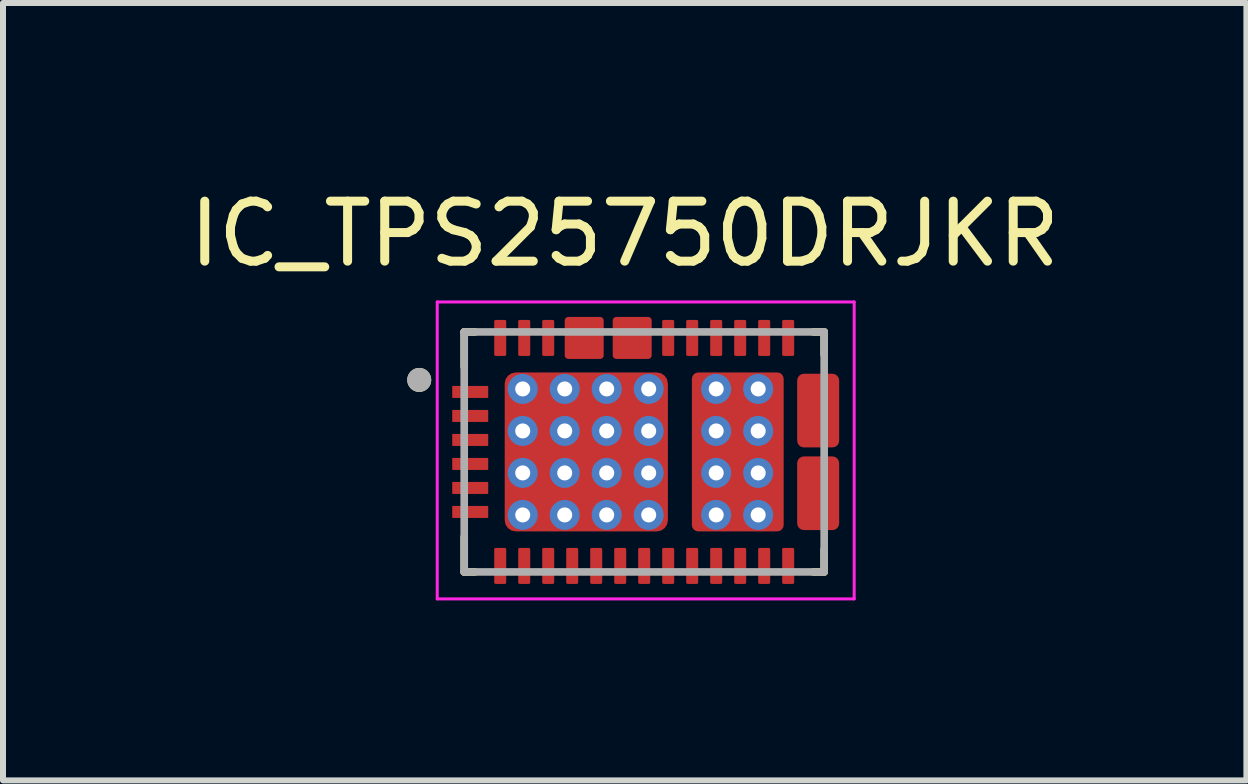
<source format=kicad_pcb>
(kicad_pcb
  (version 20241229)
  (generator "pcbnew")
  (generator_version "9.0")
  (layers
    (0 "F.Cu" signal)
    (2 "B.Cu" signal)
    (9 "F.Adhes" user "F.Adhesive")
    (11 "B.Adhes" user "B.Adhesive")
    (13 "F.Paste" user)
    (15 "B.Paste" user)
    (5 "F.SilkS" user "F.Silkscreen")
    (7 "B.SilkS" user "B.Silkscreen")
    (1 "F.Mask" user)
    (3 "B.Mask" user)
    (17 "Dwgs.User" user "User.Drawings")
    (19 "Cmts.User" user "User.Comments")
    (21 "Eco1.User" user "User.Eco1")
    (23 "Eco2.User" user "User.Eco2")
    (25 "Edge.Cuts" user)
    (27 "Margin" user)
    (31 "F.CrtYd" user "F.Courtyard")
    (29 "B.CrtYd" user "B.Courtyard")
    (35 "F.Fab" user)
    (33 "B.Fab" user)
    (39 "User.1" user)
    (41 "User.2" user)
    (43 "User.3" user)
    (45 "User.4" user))
  (footprint "IC_TPS25750DRJKR"
    (layer "F.Cu")
    (at 7.688 4.483)
    (property "Reference" "IC_TPS25750DRJKR" (at -0.325 -3.635 0) (layer "F.SilkS") (effects (font (size 1 1) (thickness 0.15))))
    (attr smd)
    (fp_poly (pts (xy -2.65 -0.85) (xy -3.15 -0.85) (xy -3.155 -0.85) (xy -3.16 -0.851) (xy -3.166 -0.851) (xy -3.171 -0.852) (xy -3.176 -0.853) (xy -3.181 -0.855) (xy -3.186 -0.857) (xy -3.191 -0.859) (xy -3.195 -0.861) (xy -3.2 -0.863) (xy -3.204 -0.866) (xy -3.209 -0.869) (xy -3.213 -0.872) (xy -3.217 -0.876) (xy -3.221 -0.879) (xy -3.224 -0.883) (xy -3.228 -0.887) (xy -3.231 -0.891) (xy -3.234 -0.896) (xy -3.237 -0.9) (xy -3.239 -0.905) (xy -3.241 -0.909) (xy -3.243 -0.914) (xy -3.245 -0.919) (xy -3.247 -0.924) (xy -3.248 -0.929) (xy -3.249 -0.934) (xy -3.249 -0.94) (xy -3.25 -0.945) (xy -3.25 -0.95) (xy -3.25 -1.05) (xy -3.25 -1.055) (xy -3.249 -1.06) (xy -3.249 -1.066) (xy -3.248 -1.071) (xy -3.247 -1.076) (xy -3.245 -1.081) (xy -3.243 -1.086) (xy -3.241 -1.091) (xy -3.239 -1.095) (xy -3.237 -1.1) (xy -3.234 -1.104) (xy -3.231 -1.109) (xy -3.228 -1.113) (xy -3.224 -1.117) (xy -3.221 -1.121) (xy -3.217 -1.124) (xy -3.213 -1.128) (xy -3.209 -1.131) (xy -3.204 -1.134) (xy -3.2 -1.137) (xy -3.195 -1.139) (xy -3.191 -1.141) (xy -3.186 -1.143) (xy -3.181 -1.145) (xy -3.176 -1.147) (xy -3.171 -1.148) (xy -3.166 -1.149) (xy -3.16 -1.149) (xy -3.155 -1.15) (xy -3.15 -1.15) (xy -2.65 -1.15) (xy -2.645 -1.15) (xy -2.64 -1.149) (xy -2.634 -1.149) (xy -2.629 -1.148) (xy -2.624 -1.147) (xy -2.619 -1.145) (xy -2.614 -1.143) (xy -2.609 -1.141) (xy -2.605 -1.139) (xy -2.6 -1.137) (xy -2.596 -1.134) (xy -2.591 -1.131) (xy -2.587 -1.128) (xy -2.583 -1.124) (xy -2.579 -1.121) (xy -2.576 -1.117) (xy -2.572 -1.113) (xy -2.569 -1.109) (xy -2.566 -1.104) (xy -2.563 -1.1) (xy -2.561 -1.095) (xy -2.559 -1.091) (xy -2.557 -1.086) (xy -2.555 -1.081) (xy -2.553 -1.076) (xy -2.552 -1.071) (xy -2.551 -1.066) (xy -2.551 -1.06) (xy -2.55 -1.055) (xy -2.55 -1.05) (xy -2.55 -0.95) (xy -2.55 -0.945) (xy -2.551 -0.94) (xy -2.551 -0.934) (xy -2.552 -0.929) (xy -2.553 -0.924) (xy -2.555 -0.919) (xy -2.557 -0.914) (xy -2.559 -0.909) (xy -2.561 -0.905) (xy -2.563 -0.9) (xy -2.566 -0.896) (xy -2.569 -0.891) (xy -2.572 -0.887) (xy -2.576 -0.883) (xy -2.579 -0.879) (xy -2.583 -0.876) (xy -2.587 -0.872) (xy -2.591 -0.869) (xy -2.596 -0.866) (xy -2.6 -0.863) (xy -2.605 -0.861) (xy -2.609 -0.859) (xy -2.614 -0.857) (xy -2.619 -0.855) (xy -2.624 -0.853) (xy -2.629 -0.852) (xy -2.634 -0.851) (xy -2.64 -0.851) (xy -2.645 -0.85) (xy -2.65 -0.85)) (stroke (width 0.01) (type solid)) (fill yes) (layer "F.Mask"))
    (fp_poly (pts (xy -2.65 -0.45) (xy -3.15 -0.45) (xy -3.155 -0.45) (xy -3.16 -0.451) (xy -3.166 -0.451) (xy -3.171 -0.452) (xy -3.176 -0.453) (xy -3.181 -0.455) (xy -3.186 -0.457) (xy -3.191 -0.459) (xy -3.195 -0.461) (xy -3.2 -0.463) (xy -3.204 -0.466) (xy -3.209 -0.469) (xy -3.213 -0.472) (xy -3.217 -0.476) (xy -3.221 -0.479) (xy -3.224 -0.483) (xy -3.228 -0.487) (xy -3.231 -0.491) (xy -3.234 -0.496) (xy -3.237 -0.5) (xy -3.239 -0.505) (xy -3.241 -0.509) (xy -3.243 -0.514) (xy -3.245 -0.519) (xy -3.247 -0.524) (xy -3.248 -0.529) (xy -3.249 -0.534) (xy -3.249 -0.54) (xy -3.25 -0.545) (xy -3.25 -0.55) (xy -3.25 -0.65) (xy -3.25 -0.655) (xy -3.249 -0.66) (xy -3.249 -0.666) (xy -3.248 -0.671) (xy -3.247 -0.676) (xy -3.245 -0.681) (xy -3.243 -0.686) (xy -3.241 -0.691) (xy -3.239 -0.695) (xy -3.237 -0.7) (xy -3.234 -0.704) (xy -3.231 -0.709) (xy -3.228 -0.713) (xy -3.224 -0.717) (xy -3.221 -0.721) (xy -3.217 -0.724) (xy -3.213 -0.728) (xy -3.209 -0.731) (xy -3.204 -0.734) (xy -3.2 -0.737) (xy -3.195 -0.739) (xy -3.191 -0.741) (xy -3.186 -0.743) (xy -3.181 -0.745) (xy -3.176 -0.747) (xy -3.171 -0.748) (xy -3.166 -0.749) (xy -3.16 -0.749) (xy -3.155 -0.75) (xy -3.15 -0.75) (xy -2.65 -0.75) (xy -2.645 -0.75) (xy -2.64 -0.749) (xy -2.634 -0.749) (xy -2.629 -0.748) (xy -2.624 -0.747) (xy -2.619 -0.745) (xy -2.614 -0.743) (xy -2.609 -0.741) (xy -2.605 -0.739) (xy -2.6 -0.737) (xy -2.596 -0.734) (xy -2.591 -0.731) (xy -2.587 -0.728) (xy -2.583 -0.724) (xy -2.579 -0.721) (xy -2.576 -0.717) (xy -2.572 -0.713) (xy -2.569 -0.709) (xy -2.566 -0.704) (xy -2.563 -0.7) (xy -2.561 -0.695) (xy -2.559 -0.691) (xy -2.557 -0.686) (xy -2.555 -0.681) (xy -2.553 -0.676) (xy -2.552 -0.671) (xy -2.551 -0.666) (xy -2.551 -0.66) (xy -2.55 -0.655) (xy -2.55 -0.65) (xy -2.55 -0.55) (xy -2.55 -0.545) (xy -2.551 -0.54) (xy -2.551 -0.534) (xy -2.552 -0.529) (xy -2.553 -0.524) (xy -2.555 -0.519) (xy -2.557 -0.514) (xy -2.559 -0.509) (xy -2.561 -0.505) (xy -2.563 -0.5) (xy -2.566 -0.496) (xy -2.569 -0.491) (xy -2.572 -0.487) (xy -2.576 -0.483) (xy -2.579 -0.479) (xy -2.583 -0.476) (xy -2.587 -0.472) (xy -2.591 -0.469) (xy -2.596 -0.466) (xy -2.6 -0.463) (xy -2.605 -0.461) (xy -2.609 -0.459) (xy -2.614 -0.457) (xy -2.619 -0.455) (xy -2.624 -0.453) (xy -2.629 -0.452) (xy -2.634 -0.451) (xy -2.64 -0.451) (xy -2.645 -0.45) (xy -2.65 -0.45)) (stroke (width 0.01) (type solid)) (fill yes) (layer "F.Mask"))
    (fp_poly (pts (xy -2.65 -0.05) (xy -3.15 -0.05) (xy -3.155 -0.05) (xy -3.16 -0.051) (xy -3.166 -0.051) (xy -3.171 -0.052) (xy -3.176 -0.053) (xy -3.181 -0.055) (xy -3.186 -0.057) (xy -3.191 -0.059) (xy -3.195 -0.061) (xy -3.2 -0.063) (xy -3.204 -0.066) (xy -3.209 -0.069) (xy -3.213 -0.072) (xy -3.217 -0.076) (xy -3.221 -0.079) (xy -3.224 -0.083) (xy -3.228 -0.087) (xy -3.231 -0.091) (xy -3.234 -0.096) (xy -3.237 -0.1) (xy -3.239 -0.105) (xy -3.241 -0.109) (xy -3.243 -0.114) (xy -3.245 -0.119) (xy -3.247 -0.124) (xy -3.248 -0.129) (xy -3.249 -0.134) (xy -3.249 -0.14) (xy -3.25 -0.145) (xy -3.25 -0.15) (xy -3.25 -0.25) (xy -3.25 -0.255) (xy -3.249 -0.26) (xy -3.249 -0.266) (xy -3.248 -0.271) (xy -3.247 -0.276) (xy -3.245 -0.281) (xy -3.243 -0.286) (xy -3.241 -0.291) (xy -3.239 -0.295) (xy -3.237 -0.3) (xy -3.234 -0.304) (xy -3.231 -0.309) (xy -3.228 -0.313) (xy -3.224 -0.317) (xy -3.221 -0.321) (xy -3.217 -0.324) (xy -3.213 -0.328) (xy -3.209 -0.331) (xy -3.204 -0.334) (xy -3.2 -0.337) (xy -3.195 -0.339) (xy -3.191 -0.341) (xy -3.186 -0.343) (xy -3.181 -0.345) (xy -3.176 -0.347) (xy -3.171 -0.348) (xy -3.166 -0.349) (xy -3.16 -0.349) (xy -3.155 -0.35) (xy -3.15 -0.35) (xy -2.65 -0.35) (xy -2.645 -0.35) (xy -2.64 -0.349) (xy -2.634 -0.349) (xy -2.629 -0.348) (xy -2.624 -0.347) (xy -2.619 -0.345) (xy -2.614 -0.343) (xy -2.609 -0.341) (xy -2.605 -0.339) (xy -2.6 -0.337) (xy -2.596 -0.334) (xy -2.591 -0.331) (xy -2.587 -0.328) (xy -2.583 -0.324) (xy -2.579 -0.321) (xy -2.576 -0.317) (xy -2.572 -0.313) (xy -2.569 -0.309) (xy -2.566 -0.304) (xy -2.563 -0.3) (xy -2.561 -0.295) (xy -2.559 -0.291) (xy -2.557 -0.286) (xy -2.555 -0.281) (xy -2.553 -0.276) (xy -2.552 -0.271) (xy -2.551 -0.266) (xy -2.551 -0.26) (xy -2.55 -0.255) (xy -2.55 -0.25) (xy -2.55 -0.15) (xy -2.55 -0.145) (xy -2.551 -0.14) (xy -2.551 -0.134) (xy -2.552 -0.129) (xy -2.553 -0.124) (xy -2.555 -0.119) (xy -2.557 -0.114) (xy -2.559 -0.109) (xy -2.561 -0.105) (xy -2.563 -0.1) (xy -2.566 -0.096) (xy -2.569 -0.091) (xy -2.572 -0.087) (xy -2.576 -0.083) (xy -2.579 -0.079) (xy -2.583 -0.076) (xy -2.587 -0.072) (xy -2.591 -0.069) (xy -2.596 -0.066) (xy -2.6 -0.063) (xy -2.605 -0.061) (xy -2.609 -0.059) (xy -2.614 -0.057) (xy -2.619 -0.055) (xy -2.624 -0.053) (xy -2.629 -0.052) (xy -2.634 -0.051) (xy -2.64 -0.051) (xy -2.645 -0.05) (xy -2.65 -0.05)) (stroke (width 0.01) (type solid)) (fill yes) (layer "F.Mask"))
    (fp_poly (pts (xy -2.65 0.35) (xy -3.15 0.35) (xy -3.155 0.35) (xy -3.16 0.349) (xy -3.166 0.349) (xy -3.171 0.348) (xy -3.176 0.347) (xy -3.181 0.345) (xy -3.186 0.343) (xy -3.191 0.341) (xy -3.195 0.339) (xy -3.2 0.337) (xy -3.204 0.334) (xy -3.209 0.331) (xy -3.213 0.328) (xy -3.217 0.324) (xy -3.221 0.321) (xy -3.224 0.317) (xy -3.228 0.313) (xy -3.231 0.309) (xy -3.234 0.304) (xy -3.237 0.3) (xy -3.239 0.295) (xy -3.241 0.291) (xy -3.243 0.286) (xy -3.245 0.281) (xy -3.247 0.276) (xy -3.248 0.271) (xy -3.249 0.266) (xy -3.249 0.26) (xy -3.25 0.255) (xy -3.25 0.25) (xy -3.25 0.15) (xy -3.25 0.145) (xy -3.249 0.14) (xy -3.249 0.134) (xy -3.248 0.129) (xy -3.247 0.124) (xy -3.245 0.119) (xy -3.243 0.114) (xy -3.241 0.109) (xy -3.239 0.105) (xy -3.237 0.1) (xy -3.234 0.096) (xy -3.231 0.091) (xy -3.228 0.087) (xy -3.224 0.083) (xy -3.221 0.079) (xy -3.217 0.076) (xy -3.213 0.072) (xy -3.209 0.069) (xy -3.204 0.066) (xy -3.2 0.063) (xy -3.195 0.061) (xy -3.191 0.059) (xy -3.186 0.057) (xy -3.181 0.055) (xy -3.176 0.053) (xy -3.171 0.052) (xy -3.166 0.051) (xy -3.16 0.051) (xy -3.155 0.05) (xy -3.15 0.05) (xy -2.65 0.05) (xy -2.645 0.05) (xy -2.64 0.051) (xy -2.634 0.051) (xy -2.629 0.052) (xy -2.624 0.053) (xy -2.619 0.055) (xy -2.614 0.057) (xy -2.609 0.059) (xy -2.605 0.061) (xy -2.6 0.063) (xy -2.596 0.066) (xy -2.591 0.069) (xy -2.587 0.072) (xy -2.583 0.076) (xy -2.579 0.079) (xy -2.576 0.083) (xy -2.572 0.087) (xy -2.569 0.091) (xy -2.566 0.096) (xy -2.563 0.1) (xy -2.561 0.105) (xy -2.559 0.109) (xy -2.557 0.114) (xy -2.555 0.119) (xy -2.553 0.124) (xy -2.552 0.129) (xy -2.551 0.134) (xy -2.551 0.14) (xy -2.55 0.145) (xy -2.55 0.15) (xy -2.55 0.25) (xy -2.55 0.255) (xy -2.551 0.26) (xy -2.551 0.266) (xy -2.552 0.271) (xy -2.553 0.276) (xy -2.555 0.281) (xy -2.557 0.286) (xy -2.559 0.291) (xy -2.561 0.295) (xy -2.563 0.3) (xy -2.566 0.304) (xy -2.569 0.309) (xy -2.572 0.313) (xy -2.576 0.317) (xy -2.579 0.321) (xy -2.583 0.324) (xy -2.587 0.328) (xy -2.591 0.331) (xy -2.596 0.334) (xy -2.6 0.337) (xy -2.605 0.339) (xy -2.609 0.341) (xy -2.614 0.343) (xy -2.619 0.345) (xy -2.624 0.347) (xy -2.629 0.348) (xy -2.634 0.349) (xy -2.64 0.349) (xy -2.645 0.35) (xy -2.65 0.35)) (stroke (width 0.01) (type solid)) (fill yes) (layer "F.Mask"))
    (fp_poly (pts (xy -2.65 0.75) (xy -3.15 0.75) (xy -3.155 0.75) (xy -3.16 0.749) (xy -3.166 0.749) (xy -3.171 0.748) (xy -3.176 0.747) (xy -3.181 0.745) (xy -3.186 0.743) (xy -3.191 0.741) (xy -3.195 0.739) (xy -3.2 0.737) (xy -3.204 0.734) (xy -3.209 0.731) (xy -3.213 0.728) (xy -3.217 0.724) (xy -3.221 0.721) (xy -3.224 0.717) (xy -3.228 0.713) (xy -3.231 0.709) (xy -3.234 0.704) (xy -3.237 0.7) (xy -3.239 0.695) (xy -3.241 0.691) (xy -3.243 0.686) (xy -3.245 0.681) (xy -3.247 0.676) (xy -3.248 0.671) (xy -3.249 0.666) (xy -3.249 0.66) (xy -3.25 0.655) (xy -3.25 0.65) (xy -3.25 0.55) (xy -3.25 0.545) (xy -3.249 0.54) (xy -3.249 0.534) (xy -3.248 0.529) (xy -3.247 0.524) (xy -3.245 0.519) (xy -3.243 0.514) (xy -3.241 0.509) (xy -3.239 0.505) (xy -3.237 0.5) (xy -3.234 0.496) (xy -3.231 0.491) (xy -3.228 0.487) (xy -3.224 0.483) (xy -3.221 0.479) (xy -3.217 0.476) (xy -3.213 0.472) (xy -3.209 0.469) (xy -3.204 0.466) (xy -3.2 0.463) (xy -3.195 0.461) (xy -3.191 0.459) (xy -3.186 0.457) (xy -3.181 0.455) (xy -3.176 0.453) (xy -3.171 0.452) (xy -3.166 0.451) (xy -3.16 0.451) (xy -3.155 0.45) (xy -3.15 0.45) (xy -2.65 0.45) (xy -2.645 0.45) (xy -2.64 0.451) (xy -2.634 0.451) (xy -2.629 0.452) (xy -2.624 0.453) (xy -2.619 0.455) (xy -2.614 0.457) (xy -2.609 0.459) (xy -2.605 0.461) (xy -2.6 0.463) (xy -2.596 0.466) (xy -2.591 0.469) (xy -2.587 0.472) (xy -2.583 0.476) (xy -2.579 0.479) (xy -2.576 0.483) (xy -2.572 0.487) (xy -2.569 0.491) (xy -2.566 0.496) (xy -2.563 0.5) (xy -2.561 0.505) (xy -2.559 0.509) (xy -2.557 0.514) (xy -2.555 0.519) (xy -2.553 0.524) (xy -2.552 0.529) (xy -2.551 0.534) (xy -2.551 0.54) (xy -2.55 0.545) (xy -2.55 0.55) (xy -2.55 0.65) (xy -2.55 0.655) (xy -2.551 0.66) (xy -2.551 0.666) (xy -2.552 0.671) (xy -2.553 0.676) (xy -2.555 0.681) (xy -2.557 0.686) (xy -2.559 0.691) (xy -2.561 0.695) (xy -2.563 0.7) (xy -2.566 0.704) (xy -2.569 0.709) (xy -2.572 0.713) (xy -2.576 0.717) (xy -2.579 0.721) (xy -2.583 0.724) (xy -2.587 0.728) (xy -2.591 0.731) (xy -2.596 0.734) (xy -2.6 0.737) (xy -2.605 0.739) (xy -2.609 0.741) (xy -2.614 0.743) (xy -2.619 0.745) (xy -2.624 0.747) (xy -2.629 0.748) (xy -2.634 0.749) (xy -2.64 0.749) (xy -2.645 0.75) (xy -2.65 0.75)) (stroke (width 0.01) (type solid)) (fill yes) (layer "F.Mask"))
    (fp_poly (pts (xy -2.65 1.15) (xy -3.15 1.15) (xy -3.155 1.15) (xy -3.16 1.149) (xy -3.166 1.149) (xy -3.171 1.148) (xy -3.176 1.147) (xy -3.181 1.145) (xy -3.186 1.143) (xy -3.191 1.141) (xy -3.195 1.139) (xy -3.2 1.137) (xy -3.204 1.134) (xy -3.209 1.131) (xy -3.213 1.128) (xy -3.217 1.124) (xy -3.221 1.121) (xy -3.224 1.117) (xy -3.228 1.113) (xy -3.231 1.109) (xy -3.234 1.104) (xy -3.237 1.1) (xy -3.239 1.095) (xy -3.241 1.091) (xy -3.243 1.086) (xy -3.245 1.081) (xy -3.247 1.076) (xy -3.248 1.071) (xy -3.249 1.066) (xy -3.249 1.06) (xy -3.25 1.055) (xy -3.25 1.05) (xy -3.25 0.95) (xy -3.25 0.945) (xy -3.249 0.94) (xy -3.249 0.934) (xy -3.248 0.929) (xy -3.247 0.924) (xy -3.245 0.919) (xy -3.243 0.914) (xy -3.241 0.909) (xy -3.239 0.905) (xy -3.237 0.9) (xy -3.234 0.896) (xy -3.231 0.891) (xy -3.228 0.887) (xy -3.224 0.883) (xy -3.221 0.879) (xy -3.217 0.876) (xy -3.213 0.872) (xy -3.209 0.869) (xy -3.204 0.866) (xy -3.2 0.863) (xy -3.195 0.861) (xy -3.191 0.859) (xy -3.186 0.857) (xy -3.181 0.855) (xy -3.176 0.853) (xy -3.171 0.852) (xy -3.166 0.851) (xy -3.16 0.851) (xy -3.155 0.85) (xy -3.15 0.85) (xy -2.65 0.85) (xy -2.645 0.85) (xy -2.64 0.851) (xy -2.634 0.851) (xy -2.629 0.852) (xy -2.624 0.853) (xy -2.619 0.855) (xy -2.614 0.857) (xy -2.609 0.859) (xy -2.605 0.861) (xy -2.6 0.863) (xy -2.596 0.866) (xy -2.591 0.869) (xy -2.587 0.872) (xy -2.583 0.876) (xy -2.579 0.879) (xy -2.576 0.883) (xy -2.572 0.887) (xy -2.569 0.891) (xy -2.566 0.896) (xy -2.563 0.9) (xy -2.561 0.905) (xy -2.559 0.909) (xy -2.557 0.914) (xy -2.555 0.919) (xy -2.553 0.924) (xy -2.552 0.929) (xy -2.551 0.934) (xy -2.551 0.94) (xy -2.55 0.945) (xy -2.55 0.95) (xy -2.55 1.05) (xy -2.55 1.055) (xy -2.551 1.06) (xy -2.551 1.066) (xy -2.552 1.071) (xy -2.553 1.076) (xy -2.555 1.081) (xy -2.557 1.086) (xy -2.559 1.091) (xy -2.561 1.095) (xy -2.563 1.1) (xy -2.566 1.104) (xy -2.569 1.109) (xy -2.572 1.113) (xy -2.576 1.117) (xy -2.579 1.121) (xy -2.583 1.124) (xy -2.587 1.128) (xy -2.591 1.131) (xy -2.596 1.134) (xy -2.6 1.137) (xy -2.605 1.139) (xy -2.609 1.141) (xy -2.614 1.143) (xy -2.619 1.145) (xy -2.624 1.147) (xy -2.629 1.148) (xy -2.634 1.149) (xy -2.64 1.149) (xy -2.645 1.15) (xy -2.65 1.15)) (stroke (width 0.01) (type solid)) (fill yes) (layer "F.Mask"))
    (fp_poly (pts (xy -2.55 -1.65) (xy -2.55 -2.15) (xy -2.55 -2.155) (xy -2.549 -2.16) (xy -2.549 -2.166) (xy -2.548 -2.171) (xy -2.547 -2.176) (xy -2.545 -2.181) (xy -2.543 -2.186) (xy -2.541 -2.191) (xy -2.539 -2.195) (xy -2.537 -2.2) (xy -2.534 -2.204) (xy -2.531 -2.209) (xy -2.528 -2.213) (xy -2.524 -2.217) (xy -2.521 -2.221) (xy -2.517 -2.224) (xy -2.513 -2.228) (xy -2.509 -2.231) (xy -2.504 -2.234) (xy -2.5 -2.237) (xy -2.495 -2.239) (xy -2.491 -2.241) (xy -2.486 -2.243) (xy -2.481 -2.245) (xy -2.476 -2.247) (xy -2.471 -2.248) (xy -2.466 -2.249) (xy -2.46 -2.249) (xy -2.455 -2.25) (xy -2.45 -2.25) (xy -2.35 -2.25) (xy -2.345 -2.25) (xy -2.34 -2.249) (xy -2.334 -2.249) (xy -2.329 -2.248) (xy -2.324 -2.247) (xy -2.319 -2.245) (xy -2.314 -2.243) (xy -2.309 -2.241) (xy -2.305 -2.239) (xy -2.3 -2.237) (xy -2.296 -2.234) (xy -2.291 -2.231) (xy -2.287 -2.228) (xy -2.283 -2.224) (xy -2.279 -2.221) (xy -2.276 -2.217) (xy -2.272 -2.213) (xy -2.269 -2.209) (xy -2.266 -2.204) (xy -2.263 -2.2) (xy -2.261 -2.195) (xy -2.259 -2.191) (xy -2.257 -2.186) (xy -2.255 -2.181) (xy -2.253 -2.176) (xy -2.252 -2.171) (xy -2.251 -2.166) (xy -2.251 -2.16) (xy -2.25 -2.155) (xy -2.25 -2.15) (xy -2.25 -1.65) (xy -2.25 -1.645) (xy -2.251 -1.64) (xy -2.251 -1.634) (xy -2.252 -1.629) (xy -2.253 -1.624) (xy -2.255 -1.619) (xy -2.257 -1.614) (xy -2.259 -1.609) (xy -2.261 -1.605) (xy -2.263 -1.6) (xy -2.266 -1.596) (xy -2.269 -1.591) (xy -2.272 -1.587) (xy -2.276 -1.583) (xy -2.279 -1.579) (xy -2.283 -1.576) (xy -2.287 -1.572) (xy -2.291 -1.569) (xy -2.296 -1.566) (xy -2.3 -1.563) (xy -2.305 -1.561) (xy -2.309 -1.559) (xy -2.314 -1.557) (xy -2.319 -1.555) (xy -2.324 -1.553) (xy -2.329 -1.552) (xy -2.334 -1.551) (xy -2.34 -1.551) (xy -2.345 -1.55) (xy -2.35 -1.55) (xy -2.45 -1.55) (xy -2.455 -1.55) (xy -2.46 -1.551) (xy -2.466 -1.551) (xy -2.471 -1.552) (xy -2.476 -1.553) (xy -2.481 -1.555) (xy -2.486 -1.557) (xy -2.491 -1.559) (xy -2.495 -1.561) (xy -2.5 -1.563) (xy -2.504 -1.566) (xy -2.509 -1.569) (xy -2.513 -1.572) (xy -2.517 -1.576) (xy -2.521 -1.579) (xy -2.524 -1.583) (xy -2.528 -1.587) (xy -2.531 -1.591) (xy -2.534 -1.596) (xy -2.537 -1.6) (xy -2.539 -1.605) (xy -2.541 -1.609) (xy -2.543 -1.614) (xy -2.545 -1.619) (xy -2.547 -1.624) (xy -2.548 -1.629) (xy -2.549 -1.634) (xy -2.549 -1.64) (xy -2.55 -1.645) (xy -2.55 -1.65)) (stroke (width 0.01) (type solid)) (fill yes) (layer "F.Mask"))
    (fp_poly (pts (xy -2.25 1.65) (xy -2.25 2.15) (xy -2.25 2.155) (xy -2.251 2.16) (xy -2.251 2.166) (xy -2.252 2.171) (xy -2.253 2.176) (xy -2.255 2.181) (xy -2.257 2.186) (xy -2.259 2.191) (xy -2.261 2.195) (xy -2.263 2.2) (xy -2.266 2.204) (xy -2.269 2.209) (xy -2.272 2.213) (xy -2.276 2.217) (xy -2.279 2.221) (xy -2.283 2.224) (xy -2.287 2.228) (xy -2.291 2.231) (xy -2.296 2.234) (xy -2.3 2.237) (xy -2.305 2.239) (xy -2.309 2.241) (xy -2.314 2.243) (xy -2.319 2.245) (xy -2.324 2.247) (xy -2.329 2.248) (xy -2.334 2.249) (xy -2.34 2.249) (xy -2.345 2.25) (xy -2.35 2.25) (xy -2.45 2.25) (xy -2.455 2.25) (xy -2.46 2.249) (xy -2.466 2.249) (xy -2.471 2.248) (xy -2.476 2.247) (xy -2.481 2.245) (xy -2.486 2.243) (xy -2.491 2.241) (xy -2.495 2.239) (xy -2.5 2.237) (xy -2.504 2.234) (xy -2.509 2.231) (xy -2.513 2.228) (xy -2.517 2.224) (xy -2.521 2.221) (xy -2.524 2.217) (xy -2.528 2.213) (xy -2.531 2.209) (xy -2.534 2.204) (xy -2.537 2.2) (xy -2.539 2.195) (xy -2.541 2.191) (xy -2.543 2.186) (xy -2.545 2.181) (xy -2.547 2.176) (xy -2.548 2.171) (xy -2.549 2.166) (xy -2.549 2.16) (xy -2.55 2.155) (xy -2.55 2.15) (xy -2.55 1.65) (xy -2.55 1.645) (xy -2.549 1.64) (xy -2.549 1.634) (xy -2.548 1.629) (xy -2.547 1.624) (xy -2.545 1.619) (xy -2.543 1.614) (xy -2.541 1.609) (xy -2.539 1.605) (xy -2.537 1.6) (xy -2.534 1.596) (xy -2.531 1.591) (xy -2.528 1.587) (xy -2.524 1.583) (xy -2.521 1.579) (xy -2.517 1.576) (xy -2.513 1.572) (xy -2.509 1.569) (xy -2.504 1.566) (xy -2.5 1.563) (xy -2.495 1.561) (xy -2.491 1.559) (xy -2.486 1.557) (xy -2.481 1.555) (xy -2.476 1.553) (xy -2.471 1.552) (xy -2.466 1.551) (xy -2.46 1.551) (xy -2.455 1.55) (xy -2.45 1.55) (xy -2.35 1.55) (xy -2.345 1.55) (xy -2.34 1.551) (xy -2.334 1.551) (xy -2.329 1.552) (xy -2.324 1.553) (xy -2.319 1.555) (xy -2.314 1.557) (xy -2.309 1.559) (xy -2.305 1.561) (xy -2.3 1.563) (xy -2.296 1.566) (xy -2.291 1.569) (xy -2.287 1.572) (xy -2.283 1.576) (xy -2.279 1.579) (xy -2.276 1.583) (xy -2.272 1.587) (xy -2.269 1.591) (xy -2.266 1.596) (xy -2.263 1.6) (xy -2.261 1.605) (xy -2.259 1.609) (xy -2.257 1.614) (xy -2.255 1.619) (xy -2.253 1.624) (xy -2.252 1.629) (xy -2.251 1.634) (xy -2.251 1.64) (xy -2.25 1.645) (xy -2.25 1.65)) (stroke (width 0.01) (type solid)) (fill yes) (layer "F.Mask"))
    (fp_poly (pts (xy -2.15 -1.65) (xy -2.15 -2.15) (xy -2.15 -2.155) (xy -2.149 -2.16) (xy -2.149 -2.166) (xy -2.148 -2.171) (xy -2.147 -2.176) (xy -2.145 -2.181) (xy -2.143 -2.186) (xy -2.141 -2.191) (xy -2.139 -2.195) (xy -2.137 -2.2) (xy -2.134 -2.204) (xy -2.131 -2.209) (xy -2.128 -2.213) (xy -2.124 -2.217) (xy -2.121 -2.221) (xy -2.117 -2.224) (xy -2.113 -2.228) (xy -2.109 -2.231) (xy -2.104 -2.234) (xy -2.1 -2.237) (xy -2.095 -2.239) (xy -2.091 -2.241) (xy -2.086 -2.243) (xy -2.081 -2.245) (xy -2.076 -2.247) (xy -2.071 -2.248) (xy -2.066 -2.249) (xy -2.06 -2.249) (xy -2.055 -2.25) (xy -2.05 -2.25) (xy -1.95 -2.25) (xy -1.945 -2.25) (xy -1.94 -2.249) (xy -1.934 -2.249) (xy -1.929 -2.248) (xy -1.924 -2.247) (xy -1.919 -2.245) (xy -1.914 -2.243) (xy -1.909 -2.241) (xy -1.905 -2.239) (xy -1.9 -2.237) (xy -1.896 -2.234) (xy -1.891 -2.231) (xy -1.887 -2.228) (xy -1.883 -2.224) (xy -1.879 -2.221) (xy -1.876 -2.217) (xy -1.872 -2.213) (xy -1.869 -2.209) (xy -1.866 -2.204) (xy -1.863 -2.2) (xy -1.861 -2.195) (xy -1.859 -2.191) (xy -1.857 -2.186) (xy -1.855 -2.181) (xy -1.853 -2.176) (xy -1.852 -2.171) (xy -1.851 -2.166) (xy -1.851 -2.16) (xy -1.85 -2.155) (xy -1.85 -2.15) (xy -1.85 -1.65) (xy -1.85 -1.645) (xy -1.851 -1.64) (xy -1.851 -1.634) (xy -1.852 -1.629) (xy -1.853 -1.624) (xy -1.855 -1.619) (xy -1.857 -1.614) (xy -1.859 -1.609) (xy -1.861 -1.605) (xy -1.863 -1.6) (xy -1.866 -1.596) (xy -1.869 -1.591) (xy -1.872 -1.587) (xy -1.876 -1.583) (xy -1.879 -1.579) (xy -1.883 -1.576) (xy -1.887 -1.572) (xy -1.891 -1.569) (xy -1.896 -1.566) (xy -1.9 -1.563) (xy -1.905 -1.561) (xy -1.909 -1.559) (xy -1.914 -1.557) (xy -1.919 -1.555) (xy -1.924 -1.553) (xy -1.929 -1.552) (xy -1.934 -1.551) (xy -1.94 -1.551) (xy -1.945 -1.55) (xy -1.95 -1.55) (xy -2.05 -1.55) (xy -2.055 -1.55) (xy -2.06 -1.551) (xy -2.066 -1.551) (xy -2.071 -1.552) (xy -2.076 -1.553) (xy -2.081 -1.555) (xy -2.086 -1.557) (xy -2.091 -1.559) (xy -2.095 -1.561) (xy -2.1 -1.563) (xy -2.104 -1.566) (xy -2.109 -1.569) (xy -2.113 -1.572) (xy -2.117 -1.576) (xy -2.121 -1.579) (xy -2.124 -1.583) (xy -2.128 -1.587) (xy -2.131 -1.591) (xy -2.134 -1.596) (xy -2.137 -1.6) (xy -2.139 -1.605) (xy -2.141 -1.609) (xy -2.143 -1.614) (xy -2.145 -1.619) (xy -2.147 -1.624) (xy -2.148 -1.629) (xy -2.149 -1.634) (xy -2.149 -1.64) (xy -2.15 -1.645) (xy -2.15 -1.65)) (stroke (width 0.01) (type solid)) (fill yes) (layer "F.Mask"))
    (fp_poly (pts (xy -1.85 1.65) (xy -1.85 2.15) (xy -1.85 2.155) (xy -1.851 2.16) (xy -1.851 2.166) (xy -1.852 2.171) (xy -1.853 2.176) (xy -1.855 2.181) (xy -1.857 2.186) (xy -1.859 2.191) (xy -1.861 2.195) (xy -1.863 2.2) (xy -1.866 2.204) (xy -1.869 2.209) (xy -1.872 2.213) (xy -1.876 2.217) (xy -1.879 2.221) (xy -1.883 2.224) (xy -1.887 2.228) (xy -1.891 2.231) (xy -1.896 2.234) (xy -1.9 2.237) (xy -1.905 2.239) (xy -1.909 2.241) (xy -1.914 2.243) (xy -1.919 2.245) (xy -1.924 2.247) (xy -1.929 2.248) (xy -1.934 2.249) (xy -1.94 2.249) (xy -1.945 2.25) (xy -1.95 2.25) (xy -2.05 2.25) (xy -2.055 2.25) (xy -2.06 2.249) (xy -2.066 2.249) (xy -2.071 2.248) (xy -2.076 2.247) (xy -2.081 2.245) (xy -2.086 2.243) (xy -2.091 2.241) (xy -2.095 2.239) (xy -2.1 2.237) (xy -2.104 2.234) (xy -2.109 2.231) (xy -2.113 2.228) (xy -2.117 2.224) (xy -2.121 2.221) (xy -2.124 2.217) (xy -2.128 2.213) (xy -2.131 2.209) (xy -2.134 2.204) (xy -2.137 2.2) (xy -2.139 2.195) (xy -2.141 2.191) (xy -2.143 2.186) (xy -2.145 2.181) (xy -2.147 2.176) (xy -2.148 2.171) (xy -2.149 2.166) (xy -2.149 2.16) (xy -2.15 2.155) (xy -2.15 2.15) (xy -2.15 1.65) (xy -2.15 1.645) (xy -2.149 1.64) (xy -2.149 1.634) (xy -2.148 1.629) (xy -2.147 1.624) (xy -2.145 1.619) (xy -2.143 1.614) (xy -2.141 1.609) (xy -2.139 1.605) (xy -2.137 1.6) (xy -2.134 1.596) (xy -2.131 1.591) (xy -2.128 1.587) (xy -2.124 1.583) (xy -2.121 1.579) (xy -2.117 1.576) (xy -2.113 1.572) (xy -2.109 1.569) (xy -2.104 1.566) (xy -2.1 1.563) (xy -2.095 1.561) (xy -2.091 1.559) (xy -2.086 1.557) (xy -2.081 1.555) (xy -2.076 1.553) (xy -2.071 1.552) (xy -2.066 1.551) (xy -2.06 1.551) (xy -2.055 1.55) (xy -2.05 1.55) (xy -1.95 1.55) (xy -1.945 1.55) (xy -1.94 1.551) (xy -1.934 1.551) (xy -1.929 1.552) (xy -1.924 1.553) (xy -1.919 1.555) (xy -1.914 1.557) (xy -1.909 1.559) (xy -1.905 1.561) (xy -1.9 1.563) (xy -1.896 1.566) (xy -1.891 1.569) (xy -1.887 1.572) (xy -1.883 1.576) (xy -1.879 1.579) (xy -1.876 1.583) (xy -1.872 1.587) (xy -1.869 1.591) (xy -1.866 1.596) (xy -1.863 1.6) (xy -1.861 1.605) (xy -1.859 1.609) (xy -1.857 1.614) (xy -1.855 1.619) (xy -1.853 1.624) (xy -1.852 1.629) (xy -1.851 1.634) (xy -1.851 1.64) (xy -1.85 1.645) (xy -1.85 1.65)) (stroke (width 0.01) (type solid)) (fill yes) (layer "F.Mask"))
    (fp_poly (pts (xy -1.75 -1.65) (xy -1.75 -2.15) (xy -1.75 -2.155) (xy -1.749 -2.16) (xy -1.749 -2.166) (xy -1.748 -2.171) (xy -1.747 -2.176) (xy -1.745 -2.181) (xy -1.743 -2.186) (xy -1.741 -2.191) (xy -1.739 -2.195) (xy -1.737 -2.2) (xy -1.734 -2.204) (xy -1.731 -2.209) (xy -1.728 -2.213) (xy -1.724 -2.217) (xy -1.721 -2.221) (xy -1.717 -2.224) (xy -1.713 -2.228) (xy -1.709 -2.231) (xy -1.704 -2.234) (xy -1.7 -2.237) (xy -1.695 -2.239) (xy -1.691 -2.241) (xy -1.686 -2.243) (xy -1.681 -2.245) (xy -1.676 -2.247) (xy -1.671 -2.248) (xy -1.666 -2.249) (xy -1.66 -2.249) (xy -1.655 -2.25) (xy -1.65 -2.25) (xy -1.55 -2.25) (xy -1.545 -2.25) (xy -1.54 -2.249) (xy -1.534 -2.249) (xy -1.529 -2.248) (xy -1.524 -2.247) (xy -1.519 -2.245) (xy -1.514 -2.243) (xy -1.509 -2.241) (xy -1.505 -2.239) (xy -1.5 -2.237) (xy -1.496 -2.234) (xy -1.491 -2.231) (xy -1.487 -2.228) (xy -1.483 -2.224) (xy -1.479 -2.221) (xy -1.476 -2.217) (xy -1.472 -2.213) (xy -1.469 -2.209) (xy -1.466 -2.204) (xy -1.463 -2.2) (xy -1.461 -2.195) (xy -1.459 -2.191) (xy -1.457 -2.186) (xy -1.455 -2.181) (xy -1.453 -2.176) (xy -1.452 -2.171) (xy -1.451 -2.166) (xy -1.451 -2.16) (xy -1.45 -2.155) (xy -1.45 -2.15) (xy -1.45 -1.65) (xy -1.45 -1.645) (xy -1.451 -1.64) (xy -1.451 -1.634) (xy -1.452 -1.629) (xy -1.453 -1.624) (xy -1.455 -1.619) (xy -1.457 -1.614) (xy -1.459 -1.609) (xy -1.461 -1.605) (xy -1.463 -1.6) (xy -1.466 -1.596) (xy -1.469 -1.591) (xy -1.472 -1.587) (xy -1.476 -1.583) (xy -1.479 -1.579) (xy -1.483 -1.576) (xy -1.487 -1.572) (xy -1.491 -1.569) (xy -1.496 -1.566) (xy -1.5 -1.563) (xy -1.505 -1.561) (xy -1.509 -1.559) (xy -1.514 -1.557) (xy -1.519 -1.555) (xy -1.524 -1.553) (xy -1.529 -1.552) (xy -1.534 -1.551) (xy -1.54 -1.551) (xy -1.545 -1.55) (xy -1.55 -1.55) (xy -1.65 -1.55) (xy -1.655 -1.55) (xy -1.66 -1.551) (xy -1.666 -1.551) (xy -1.671 -1.552) (xy -1.676 -1.553) (xy -1.681 -1.555) (xy -1.686 -1.557) (xy -1.691 -1.559) (xy -1.695 -1.561) (xy -1.7 -1.563) (xy -1.704 -1.566) (xy -1.709 -1.569) (xy -1.713 -1.572) (xy -1.717 -1.576) (xy -1.721 -1.579) (xy -1.724 -1.583) (xy -1.728 -1.587) (xy -1.731 -1.591) (xy -1.734 -1.596) (xy -1.737 -1.6) (xy -1.739 -1.605) (xy -1.741 -1.609) (xy -1.743 -1.614) (xy -1.745 -1.619) (xy -1.747 -1.624) (xy -1.748 -1.629) (xy -1.749 -1.634) (xy -1.749 -1.64) (xy -1.75 -1.645) (xy -1.75 -1.65)) (stroke (width 0.01) (type solid)) (fill yes) (layer "F.Mask"))
    (fp_poly (pts (xy -1.45 1.65) (xy -1.45 2.15) (xy -1.45 2.155) (xy -1.451 2.16) (xy -1.451 2.166) (xy -1.452 2.171) (xy -1.453 2.176) (xy -1.455 2.181) (xy -1.457 2.186) (xy -1.459 2.191) (xy -1.461 2.195) (xy -1.463 2.2) (xy -1.466 2.204) (xy -1.469 2.209) (xy -1.472 2.213) (xy -1.476 2.217) (xy -1.479 2.221) (xy -1.483 2.224) (xy -1.487 2.228) (xy -1.491 2.231) (xy -1.496 2.234) (xy -1.5 2.237) (xy -1.505 2.239) (xy -1.509 2.241) (xy -1.514 2.243) (xy -1.519 2.245) (xy -1.524 2.247) (xy -1.529 2.248) (xy -1.534 2.249) (xy -1.54 2.249) (xy -1.545 2.25) (xy -1.55 2.25) (xy -1.65 2.25) (xy -1.655 2.25) (xy -1.66 2.249) (xy -1.666 2.249) (xy -1.671 2.248) (xy -1.676 2.247) (xy -1.681 2.245) (xy -1.686 2.243) (xy -1.691 2.241) (xy -1.695 2.239) (xy -1.7 2.237) (xy -1.704 2.234) (xy -1.709 2.231) (xy -1.713 2.228) (xy -1.717 2.224) (xy -1.721 2.221) (xy -1.724 2.217) (xy -1.728 2.213) (xy -1.731 2.209) (xy -1.734 2.204) (xy -1.737 2.2) (xy -1.739 2.195) (xy -1.741 2.191) (xy -1.743 2.186) (xy -1.745 2.181) (xy -1.747 2.176) (xy -1.748 2.171) (xy -1.749 2.166) (xy -1.749 2.16) (xy -1.75 2.155) (xy -1.75 2.15) (xy -1.75 1.65) (xy -1.75 1.645) (xy -1.749 1.64) (xy -1.749 1.634) (xy -1.748 1.629) (xy -1.747 1.624) (xy -1.745 1.619) (xy -1.743 1.614) (xy -1.741 1.609) (xy -1.739 1.605) (xy -1.737 1.6) (xy -1.734 1.596) (xy -1.731 1.591) (xy -1.728 1.587) (xy -1.724 1.583) (xy -1.721 1.579) (xy -1.717 1.576) (xy -1.713 1.572) (xy -1.709 1.569) (xy -1.704 1.566) (xy -1.7 1.563) (xy -1.695 1.561) (xy -1.691 1.559) (xy -1.686 1.557) (xy -1.681 1.555) (xy -1.676 1.553) (xy -1.671 1.552) (xy -1.666 1.551) (xy -1.66 1.551) (xy -1.655 1.55) (xy -1.65 1.55) (xy -1.55 1.55) (xy -1.545 1.55) (xy -1.54 1.551) (xy -1.534 1.551) (xy -1.529 1.552) (xy -1.524 1.553) (xy -1.519 1.555) (xy -1.514 1.557) (xy -1.509 1.559) (xy -1.505 1.561) (xy -1.5 1.563) (xy -1.496 1.566) (xy -1.491 1.569) (xy -1.487 1.572) (xy -1.483 1.576) (xy -1.479 1.579) (xy -1.476 1.583) (xy -1.472 1.587) (xy -1.469 1.591) (xy -1.466 1.596) (xy -1.463 1.6) (xy -1.461 1.605) (xy -1.459 1.609) (xy -1.457 1.614) (xy -1.455 1.619) (xy -1.453 1.624) (xy -1.452 1.629) (xy -1.451 1.634) (xy -1.451 1.64) (xy -1.45 1.645) (xy -1.45 1.65)) (stroke (width 0.01) (type solid)) (fill yes) (layer "F.Mask"))
    (fp_poly (pts (xy -1.05 1.65) (xy -1.05 2.15) (xy -1.05 2.155) (xy -1.051 2.16) (xy -1.051 2.166) (xy -1.052 2.171) (xy -1.053 2.176) (xy -1.055 2.181) (xy -1.057 2.186) (xy -1.059 2.191) (xy -1.061 2.195) (xy -1.063 2.2) (xy -1.066 2.204) (xy -1.069 2.209) (xy -1.072 2.213) (xy -1.076 2.217) (xy -1.079 2.221) (xy -1.083 2.224) (xy -1.087 2.228) (xy -1.091 2.231) (xy -1.096 2.234) (xy -1.1 2.237) (xy -1.105 2.239) (xy -1.109 2.241) (xy -1.114 2.243) (xy -1.119 2.245) (xy -1.124 2.247) (xy -1.129 2.248) (xy -1.134 2.249) (xy -1.14 2.249) (xy -1.145 2.25) (xy -1.15 2.25) (xy -1.25 2.25) (xy -1.255 2.25) (xy -1.26 2.249) (xy -1.266 2.249) (xy -1.271 2.248) (xy -1.276 2.247) (xy -1.281 2.245) (xy -1.286 2.243) (xy -1.291 2.241) (xy -1.295 2.239) (xy -1.3 2.237) (xy -1.304 2.234) (xy -1.309 2.231) (xy -1.313 2.228) (xy -1.317 2.224) (xy -1.321 2.221) (xy -1.324 2.217) (xy -1.328 2.213) (xy -1.331 2.209) (xy -1.334 2.204) (xy -1.337 2.2) (xy -1.339 2.195) (xy -1.341 2.191) (xy -1.343 2.186) (xy -1.345 2.181) (xy -1.347 2.176) (xy -1.348 2.171) (xy -1.349 2.166) (xy -1.349 2.16) (xy -1.35 2.155) (xy -1.35 2.15) (xy -1.35 1.65) (xy -1.35 1.645) (xy -1.349 1.64) (xy -1.349 1.634) (xy -1.348 1.629) (xy -1.347 1.624) (xy -1.345 1.619) (xy -1.343 1.614) (xy -1.341 1.609) (xy -1.339 1.605) (xy -1.337 1.6) (xy -1.334 1.596) (xy -1.331 1.591) (xy -1.328 1.587) (xy -1.324 1.583) (xy -1.321 1.579) (xy -1.317 1.576) (xy -1.313 1.572) (xy -1.309 1.569) (xy -1.304 1.566) (xy -1.3 1.563) (xy -1.295 1.561) (xy -1.291 1.559) (xy -1.286 1.557) (xy -1.281 1.555) (xy -1.276 1.553) (xy -1.271 1.552) (xy -1.266 1.551) (xy -1.26 1.551) (xy -1.255 1.55) (xy -1.25 1.55) (xy -1.15 1.55) (xy -1.145 1.55) (xy -1.14 1.551) (xy -1.134 1.551) (xy -1.129 1.552) (xy -1.124 1.553) (xy -1.119 1.555) (xy -1.114 1.557) (xy -1.109 1.559) (xy -1.105 1.561) (xy -1.1 1.563) (xy -1.096 1.566) (xy -1.091 1.569) (xy -1.087 1.572) (xy -1.083 1.576) (xy -1.079 1.579) (xy -1.076 1.583) (xy -1.072 1.587) (xy -1.069 1.591) (xy -1.066 1.596) (xy -1.063 1.6) (xy -1.061 1.605) (xy -1.059 1.609) (xy -1.057 1.614) (xy -1.055 1.619) (xy -1.053 1.624) (xy -1.052 1.629) (xy -1.051 1.634) (xy -1.051 1.64) (xy -1.05 1.645) (xy -1.05 1.65)) (stroke (width 0.01) (type solid)) (fill yes) (layer "F.Mask"))
    (fp_poly (pts (xy -0.65 1.65) (xy -0.65 2.15) (xy -0.65 2.155) (xy -0.651 2.16) (xy -0.651 2.166) (xy -0.652 2.171) (xy -0.653 2.176) (xy -0.655 2.181) (xy -0.657 2.186) (xy -0.659 2.191) (xy -0.661 2.195) (xy -0.663 2.2) (xy -0.666 2.204) (xy -0.669 2.209) (xy -0.672 2.213) (xy -0.676 2.217) (xy -0.679 2.221) (xy -0.683 2.224) (xy -0.687 2.228) (xy -0.691 2.231) (xy -0.696 2.234) (xy -0.7 2.237) (xy -0.705 2.239) (xy -0.709 2.241) (xy -0.714 2.243) (xy -0.719 2.245) (xy -0.724 2.247) (xy -0.729 2.248) (xy -0.734 2.249) (xy -0.74 2.249) (xy -0.745 2.25) (xy -0.75 2.25) (xy -0.85 2.25) (xy -0.855 2.25) (xy -0.86 2.249) (xy -0.866 2.249) (xy -0.871 2.248) (xy -0.876 2.247) (xy -0.881 2.245) (xy -0.886 2.243) (xy -0.891 2.241) (xy -0.895 2.239) (xy -0.9 2.237) (xy -0.904 2.234) (xy -0.909 2.231) (xy -0.913 2.228) (xy -0.917 2.224) (xy -0.921 2.221) (xy -0.924 2.217) (xy -0.928 2.213) (xy -0.931 2.209) (xy -0.934 2.204) (xy -0.937 2.2) (xy -0.939 2.195) (xy -0.941 2.191) (xy -0.943 2.186) (xy -0.945 2.181) (xy -0.947 2.176) (xy -0.948 2.171) (xy -0.949 2.166) (xy -0.949 2.16) (xy -0.95 2.155) (xy -0.95 2.15) (xy -0.95 1.65) (xy -0.95 1.645) (xy -0.949 1.64) (xy -0.949 1.634) (xy -0.948 1.629) (xy -0.947 1.624) (xy -0.945 1.619) (xy -0.943 1.614) (xy -0.941 1.609) (xy -0.939 1.605) (xy -0.937 1.6) (xy -0.934 1.596) (xy -0.931 1.591) (xy -0.928 1.587) (xy -0.924 1.583) (xy -0.921 1.579) (xy -0.917 1.576) (xy -0.913 1.572) (xy -0.909 1.569) (xy -0.904 1.566) (xy -0.9 1.563) (xy -0.895 1.561) (xy -0.891 1.559) (xy -0.886 1.557) (xy -0.881 1.555) (xy -0.876 1.553) (xy -0.871 1.552) (xy -0.866 1.551) (xy -0.86 1.551) (xy -0.855 1.55) (xy -0.85 1.55) (xy -0.75 1.55) (xy -0.745 1.55) (xy -0.74 1.551) (xy -0.734 1.551) (xy -0.729 1.552) (xy -0.724 1.553) (xy -0.719 1.555) (xy -0.714 1.557) (xy -0.709 1.559) (xy -0.705 1.561) (xy -0.7 1.563) (xy -0.696 1.566) (xy -0.691 1.569) (xy -0.687 1.572) (xy -0.683 1.576) (xy -0.679 1.579) (xy -0.676 1.583) (xy -0.672 1.587) (xy -0.669 1.591) (xy -0.666 1.596) (xy -0.663 1.6) (xy -0.661 1.605) (xy -0.659 1.609) (xy -0.657 1.614) (xy -0.655 1.619) (xy -0.653 1.624) (xy -0.652 1.629) (xy -0.651 1.634) (xy -0.651 1.64) (xy -0.65 1.645) (xy -0.65 1.65)) (stroke (width 0.01) (type solid)) (fill yes) (layer "F.Mask"))
    (fp_poly (pts (xy -0.25 1.65) (xy -0.25 2.15) (xy -0.25 2.155) (xy -0.251 2.16) (xy -0.251 2.166) (xy -0.252 2.171) (xy -0.253 2.176) (xy -0.255 2.181) (xy -0.257 2.186) (xy -0.259 2.191) (xy -0.261 2.195) (xy -0.263 2.2) (xy -0.266 2.204) (xy -0.269 2.209) (xy -0.272 2.213) (xy -0.276 2.217) (xy -0.279 2.221) (xy -0.283 2.224) (xy -0.287 2.228) (xy -0.291 2.231) (xy -0.296 2.234) (xy -0.3 2.237) (xy -0.305 2.239) (xy -0.309 2.241) (xy -0.314 2.243) (xy -0.319 2.245) (xy -0.324 2.247) (xy -0.329 2.248) (xy -0.334 2.249) (xy -0.34 2.249) (xy -0.345 2.25) (xy -0.35 2.25) (xy -0.45 2.25) (xy -0.455 2.25) (xy -0.46 2.249) (xy -0.466 2.249) (xy -0.471 2.248) (xy -0.476 2.247) (xy -0.481 2.245) (xy -0.486 2.243) (xy -0.491 2.241) (xy -0.495 2.239) (xy -0.5 2.237) (xy -0.504 2.234) (xy -0.509 2.231) (xy -0.513 2.228) (xy -0.517 2.224) (xy -0.521 2.221) (xy -0.524 2.217) (xy -0.528 2.213) (xy -0.531 2.209) (xy -0.534 2.204) (xy -0.537 2.2) (xy -0.539 2.195) (xy -0.541 2.191) (xy -0.543 2.186) (xy -0.545 2.181) (xy -0.547 2.176) (xy -0.548 2.171) (xy -0.549 2.166) (xy -0.549 2.16) (xy -0.55 2.155) (xy -0.55 2.15) (xy -0.55 1.65) (xy -0.55 1.645) (xy -0.549 1.64) (xy -0.549 1.634) (xy -0.548 1.629) (xy -0.547 1.624) (xy -0.545 1.619) (xy -0.543 1.614) (xy -0.541 1.609) (xy -0.539 1.605) (xy -0.537 1.6) (xy -0.534 1.596) (xy -0.531 1.591) (xy -0.528 1.587) (xy -0.524 1.583) (xy -0.521 1.579) (xy -0.517 1.576) (xy -0.513 1.572) (xy -0.509 1.569) (xy -0.504 1.566) (xy -0.5 1.563) (xy -0.495 1.561) (xy -0.491 1.559) (xy -0.486 1.557) (xy -0.481 1.555) (xy -0.476 1.553) (xy -0.471 1.552) (xy -0.466 1.551) (xy -0.46 1.551) (xy -0.455 1.55) (xy -0.45 1.55) (xy -0.35 1.55) (xy -0.345 1.55) (xy -0.34 1.551) (xy -0.334 1.551) (xy -0.329 1.552) (xy -0.324 1.553) (xy -0.319 1.555) (xy -0.314 1.557) (xy -0.309 1.559) (xy -0.305 1.561) (xy -0.3 1.563) (xy -0.296 1.566) (xy -0.291 1.569) (xy -0.287 1.572) (xy -0.283 1.576) (xy -0.279 1.579) (xy -0.276 1.583) (xy -0.272 1.587) (xy -0.269 1.591) (xy -0.266 1.596) (xy -0.263 1.6) (xy -0.261 1.605) (xy -0.259 1.609) (xy -0.257 1.614) (xy -0.255 1.619) (xy -0.253 1.624) (xy -0.252 1.629) (xy -0.251 1.634) (xy -0.251 1.64) (xy -0.25 1.645) (xy -0.25 1.65)) (stroke (width 0.01) (type solid)) (fill yes) (layer "F.Mask"))
    (fp_poly (pts (xy 0.15 1.65) (xy 0.15 2.15) (xy 0.15 2.155) (xy 0.149 2.16) (xy 0.149 2.166) (xy 0.148 2.171) (xy 0.147 2.176) (xy 0.145 2.181) (xy 0.143 2.186) (xy 0.141 2.191) (xy 0.139 2.195) (xy 0.137 2.2) (xy 0.134 2.204) (xy 0.131 2.209) (xy 0.128 2.213) (xy 0.124 2.217) (xy 0.121 2.221) (xy 0.117 2.224) (xy 0.113 2.228) (xy 0.109 2.231) (xy 0.104 2.234) (xy 0.1 2.237) (xy 0.095 2.239) (xy 0.091 2.241) (xy 0.086 2.243) (xy 0.081 2.245) (xy 0.076 2.247) (xy 0.071 2.248) (xy 0.066 2.249) (xy 0.06 2.249) (xy 0.055 2.25) (xy 0.05 2.25) (xy -0.05 2.25) (xy -0.055 2.25) (xy -0.06 2.249) (xy -0.066 2.249) (xy -0.071 2.248) (xy -0.076 2.247) (xy -0.081 2.245) (xy -0.086 2.243) (xy -0.091 2.241) (xy -0.095 2.239) (xy -0.1 2.237) (xy -0.104 2.234) (xy -0.109 2.231) (xy -0.113 2.228) (xy -0.117 2.224) (xy -0.121 2.221) (xy -0.124 2.217) (xy -0.128 2.213) (xy -0.131 2.209) (xy -0.134 2.204) (xy -0.137 2.2) (xy -0.139 2.195) (xy -0.141 2.191) (xy -0.143 2.186) (xy -0.145 2.181) (xy -0.147 2.176) (xy -0.148 2.171) (xy -0.149 2.166) (xy -0.149 2.16) (xy -0.15 2.155) (xy -0.15 2.15) (xy -0.15 1.65) (xy -0.15 1.645) (xy -0.149 1.64) (xy -0.149 1.634) (xy -0.148 1.629) (xy -0.147 1.624) (xy -0.145 1.619) (xy -0.143 1.614) (xy -0.141 1.609) (xy -0.139 1.605) (xy -0.137 1.6) (xy -0.134 1.596) (xy -0.131 1.591) (xy -0.128 1.587) (xy -0.124 1.583) (xy -0.121 1.579) (xy -0.117 1.576) (xy -0.113 1.572) (xy -0.109 1.569) (xy -0.104 1.566) (xy -0.1 1.563) (xy -0.095 1.561) (xy -0.091 1.559) (xy -0.086 1.557) (xy -0.081 1.555) (xy -0.076 1.553) (xy -0.071 1.552) (xy -0.066 1.551) (xy -0.06 1.551) (xy -0.055 1.55) (xy -0.05 1.55) (xy 0.05 1.55) (xy 0.055 1.55) (xy 0.06 1.551) (xy 0.066 1.551) (xy 0.071 1.552) (xy 0.076 1.553) (xy 0.081 1.555) (xy 0.086 1.557) (xy 0.091 1.559) (xy 0.095 1.561) (xy 0.1 1.563) (xy 0.104 1.566) (xy 0.109 1.569) (xy 0.113 1.572) (xy 0.117 1.576) (xy 0.121 1.579) (xy 0.124 1.583) (xy 0.128 1.587) (xy 0.131 1.591) (xy 0.134 1.596) (xy 0.137 1.6) (xy 0.139 1.605) (xy 0.141 1.609) (xy 0.143 1.614) (xy 0.145 1.619) (xy 0.147 1.624) (xy 0.148 1.629) (xy 0.149 1.634) (xy 0.149 1.64) (xy 0.15 1.645) (xy 0.15 1.65)) (stroke (width 0.01) (type solid)) (fill yes) (layer "F.Mask"))
    (fp_poly (pts (xy 0.25 -1.65) (xy 0.25 -2.15) (xy 0.25 -2.155) (xy 0.251 -2.16) (xy 0.251 -2.166) (xy 0.252 -2.171) (xy 0.253 -2.176) (xy 0.255 -2.181) (xy 0.257 -2.186) (xy 0.259 -2.191) (xy 0.261 -2.195) (xy 0.263 -2.2) (xy 0.266 -2.204) (xy 0.269 -2.209) (xy 0.272 -2.213) (xy 0.276 -2.217) (xy 0.279 -2.221) (xy 0.283 -2.224) (xy 0.287 -2.228) (xy 0.291 -2.231) (xy 0.296 -2.234) (xy 0.3 -2.237) (xy 0.305 -2.239) (xy 0.309 -2.241) (xy 0.314 -2.243) (xy 0.319 -2.245) (xy 0.324 -2.247) (xy 0.329 -2.248) (xy 0.334 -2.249) (xy 0.34 -2.249) (xy 0.345 -2.25) (xy 0.35 -2.25) (xy 0.45 -2.25) (xy 0.455 -2.25) (xy 0.46 -2.249) (xy 0.466 -2.249) (xy 0.471 -2.248) (xy 0.476 -2.247) (xy 0.481 -2.245) (xy 0.486 -2.243) (xy 0.491 -2.241) (xy 0.495 -2.239) (xy 0.5 -2.237) (xy 0.504 -2.234) (xy 0.509 -2.231) (xy 0.513 -2.228) (xy 0.517 -2.224) (xy 0.521 -2.221) (xy 0.524 -2.217) (xy 0.528 -2.213) (xy 0.531 -2.209) (xy 0.534 -2.204) (xy 0.537 -2.2) (xy 0.539 -2.195) (xy 0.541 -2.191) (xy 0.543 -2.186) (xy 0.545 -2.181) (xy 0.547 -2.176) (xy 0.548 -2.171) (xy 0.549 -2.166) (xy 0.549 -2.16) (xy 0.55 -2.155) (xy 0.55 -2.15) (xy 0.55 -1.65) (xy 0.55 -1.645) (xy 0.549 -1.64) (xy 0.549 -1.634) (xy 0.548 -1.629) (xy 0.547 -1.624) (xy 0.545 -1.619) (xy 0.543 -1.614) (xy 0.541 -1.609) (xy 0.539 -1.605) (xy 0.537 -1.6) (xy 0.534 -1.596) (xy 0.531 -1.591) (xy 0.528 -1.587) (xy 0.524 -1.583) (xy 0.521 -1.579) (xy 0.517 -1.576) (xy 0.513 -1.572) (xy 0.509 -1.569) (xy 0.504 -1.566) (xy 0.5 -1.563) (xy 0.495 -1.561) (xy 0.491 -1.559) (xy 0.486 -1.557) (xy 0.481 -1.555) (xy 0.476 -1.553) (xy 0.471 -1.552) (xy 0.466 -1.551) (xy 0.46 -1.551) (xy 0.455 -1.55) (xy 0.45 -1.55) (xy 0.35 -1.55) (xy 0.345 -1.55) (xy 0.34 -1.551) (xy 0.334 -1.551) (xy 0.329 -1.552) (xy 0.324 -1.553) (xy 0.319 -1.555) (xy 0.314 -1.557) (xy 0.309 -1.559) (xy 0.305 -1.561) (xy 0.3 -1.563) (xy 0.296 -1.566) (xy 0.291 -1.569) (xy 0.287 -1.572) (xy 0.283 -1.576) (xy 0.279 -1.579) (xy 0.276 -1.583) (xy 0.272 -1.587) (xy 0.269 -1.591) (xy 0.266 -1.596) (xy 0.263 -1.6) (xy 0.261 -1.605) (xy 0.259 -1.609) (xy 0.257 -1.614) (xy 0.255 -1.619) (xy 0.253 -1.624) (xy 0.252 -1.629) (xy 0.251 -1.634) (xy 0.251 -1.64) (xy 0.25 -1.645) (xy 0.25 -1.65)) (stroke (width 0.01) (type solid)) (fill yes) (layer "F.Mask"))
    (fp_poly (pts (xy 0.55 1.65) (xy 0.55 2.15) (xy 0.55 2.155) (xy 0.549 2.16) (xy 0.549 2.166) (xy 0.548 2.171) (xy 0.547 2.176) (xy 0.545 2.181) (xy 0.543 2.186) (xy 0.541 2.191) (xy 0.539 2.195) (xy 0.537 2.2) (xy 0.534 2.204) (xy 0.531 2.209) (xy 0.528 2.213) (xy 0.524 2.217) (xy 0.521 2.221) (xy 0.517 2.224) (xy 0.513 2.228) (xy 0.509 2.231) (xy 0.504 2.234) (xy 0.5 2.237) (xy 0.495 2.239) (xy 0.491 2.241) (xy 0.486 2.243) (xy 0.481 2.245) (xy 0.476 2.247) (xy 0.471 2.248) (xy 0.466 2.249) (xy 0.46 2.249) (xy 0.455 2.25) (xy 0.45 2.25) (xy 0.35 2.25) (xy 0.345 2.25) (xy 0.34 2.249) (xy 0.334 2.249) (xy 0.329 2.248) (xy 0.324 2.247) (xy 0.319 2.245) (xy 0.314 2.243) (xy 0.309 2.241) (xy 0.305 2.239) (xy 0.3 2.237) (xy 0.296 2.234) (xy 0.291 2.231) (xy 0.287 2.228) (xy 0.283 2.224) (xy 0.279 2.221) (xy 0.276 2.217) (xy 0.272 2.213) (xy 0.269 2.209) (xy 0.266 2.204) (xy 0.263 2.2) (xy 0.261 2.195) (xy 0.259 2.191) (xy 0.257 2.186) (xy 0.255 2.181) (xy 0.253 2.176) (xy 0.252 2.171) (xy 0.251 2.166) (xy 0.251 2.16) (xy 0.25 2.155) (xy 0.25 2.15) (xy 0.25 1.65) (xy 0.25 1.645) (xy 0.251 1.64) (xy 0.251 1.634) (xy 0.252 1.629) (xy 0.253 1.624) (xy 0.255 1.619) (xy 0.257 1.614) (xy 0.259 1.609) (xy 0.261 1.605) (xy 0.263 1.6) (xy 0.266 1.596) (xy 0.269 1.591) (xy 0.272 1.587) (xy 0.276 1.583) (xy 0.279 1.579) (xy 0.283 1.576) (xy 0.287 1.572) (xy 0.291 1.569) (xy 0.296 1.566) (xy 0.3 1.563) (xy 0.305 1.561) (xy 0.309 1.559) (xy 0.314 1.557) (xy 0.319 1.555) (xy 0.324 1.553) (xy 0.329 1.552) (xy 0.334 1.551) (xy 0.34 1.551) (xy 0.345 1.55) (xy 0.35 1.55) (xy 0.45 1.55) (xy 0.455 1.55) (xy 0.46 1.551) (xy 0.466 1.551) (xy 0.471 1.552) (xy 0.476 1.553) (xy 0.481 1.555) (xy 0.486 1.557) (xy 0.491 1.559) (xy 0.495 1.561) (xy 0.5 1.563) (xy 0.504 1.566) (xy 0.509 1.569) (xy 0.513 1.572) (xy 0.517 1.576) (xy 0.521 1.579) (xy 0.524 1.583) (xy 0.528 1.587) (xy 0.531 1.591) (xy 0.534 1.596) (xy 0.537 1.6) (xy 0.539 1.605) (xy 0.541 1.609) (xy 0.543 1.614) (xy 0.545 1.619) (xy 0.547 1.624) (xy 0.548 1.629) (xy 0.549 1.634) (xy 0.549 1.64) (xy 0.55 1.645) (xy 0.55 1.65)) (stroke (width 0.01) (type solid)) (fill yes) (layer "F.Mask"))
    (fp_poly (pts (xy 0.65 -1.65) (xy 0.65 -2.15) (xy 0.65 -2.155) (xy 0.651 -2.16) (xy 0.651 -2.166) (xy 0.652 -2.171) (xy 0.653 -2.176) (xy 0.655 -2.181) (xy 0.657 -2.186) (xy 0.659 -2.191) (xy 0.661 -2.195) (xy 0.663 -2.2) (xy 0.666 -2.204) (xy 0.669 -2.209) (xy 0.672 -2.213) (xy 0.676 -2.217) (xy 0.679 -2.221) (xy 0.683 -2.224) (xy 0.687 -2.228) (xy 0.691 -2.231) (xy 0.696 -2.234) (xy 0.7 -2.237) (xy 0.705 -2.239) (xy 0.709 -2.241) (xy 0.714 -2.243) (xy 0.719 -2.245) (xy 0.724 -2.247) (xy 0.729 -2.248) (xy 0.734 -2.249) (xy 0.74 -2.249) (xy 0.745 -2.25) (xy 0.75 -2.25) (xy 0.85 -2.25) (xy 0.855 -2.25) (xy 0.86 -2.249) (xy 0.866 -2.249) (xy 0.871 -2.248) (xy 0.876 -2.247) (xy 0.881 -2.245) (xy 0.886 -2.243) (xy 0.891 -2.241) (xy 0.895 -2.239) (xy 0.9 -2.237) (xy 0.904 -2.234) (xy 0.909 -2.231) (xy 0.913 -2.228) (xy 0.917 -2.224) (xy 0.921 -2.221) (xy 0.924 -2.217) (xy 0.928 -2.213) (xy 0.931 -2.209) (xy 0.934 -2.204) (xy 0.937 -2.2) (xy 0.939 -2.195) (xy 0.941 -2.191) (xy 0.943 -2.186) (xy 0.945 -2.181) (xy 0.947 -2.176) (xy 0.948 -2.171) (xy 0.949 -2.166) (xy 0.949 -2.16) (xy 0.95 -2.155) (xy 0.95 -2.15) (xy 0.95 -1.65) (xy 0.95 -1.645) (xy 0.949 -1.64) (xy 0.949 -1.634) (xy 0.948 -1.629) (xy 0.947 -1.624) (xy 0.945 -1.619) (xy 0.943 -1.614) (xy 0.941 -1.609) (xy 0.939 -1.605) (xy 0.937 -1.6) (xy 0.934 -1.596) (xy 0.931 -1.591) (xy 0.928 -1.587) (xy 0.924 -1.583) (xy 0.921 -1.579) (xy 0.917 -1.576) (xy 0.913 -1.572) (xy 0.909 -1.569) (xy 0.904 -1.566) (xy 0.9 -1.563) (xy 0.895 -1.561) (xy 0.891 -1.559) (xy 0.886 -1.557) (xy 0.881 -1.555) (xy 0.876 -1.553) (xy 0.871 -1.552) (xy 0.866 -1.551) (xy 0.86 -1.551) (xy 0.855 -1.55) (xy 0.85 -1.55) (xy 0.75 -1.55) (xy 0.745 -1.55) (xy 0.74 -1.551) (xy 0.734 -1.551) (xy 0.729 -1.552) (xy 0.724 -1.553) (xy 0.719 -1.555) (xy 0.714 -1.557) (xy 0.709 -1.559) (xy 0.705 -1.561) (xy 0.7 -1.563) (xy 0.696 -1.566) (xy 0.691 -1.569) (xy 0.687 -1.572) (xy 0.683 -1.576) (xy 0.679 -1.579) (xy 0.676 -1.583) (xy 0.672 -1.587) (xy 0.669 -1.591) (xy 0.666 -1.596) (xy 0.663 -1.6) (xy 0.661 -1.605) (xy 0.659 -1.609) (xy 0.657 -1.614) (xy 0.655 -1.619) (xy 0.653 -1.624) (xy 0.652 -1.629) (xy 0.651 -1.634) (xy 0.651 -1.64) (xy 0.65 -1.645) (xy 0.65 -1.65)) (stroke (width 0.01) (type solid)) (fill yes) (layer "F.Mask"))
    (fp_poly (pts (xy 0.95 1.65) (xy 0.95 2.15) (xy 0.95 2.155) (xy 0.949 2.16) (xy 0.949 2.166) (xy 0.948 2.171) (xy 0.947 2.176) (xy 0.945 2.181) (xy 0.943 2.186) (xy 0.941 2.191) (xy 0.939 2.195) (xy 0.937 2.2) (xy 0.934 2.204) (xy 0.931 2.209) (xy 0.928 2.213) (xy 0.924 2.217) (xy 0.921 2.221) (xy 0.917 2.224) (xy 0.913 2.228) (xy 0.909 2.231) (xy 0.904 2.234) (xy 0.9 2.237) (xy 0.895 2.239) (xy 0.891 2.241) (xy 0.886 2.243) (xy 0.881 2.245) (xy 0.876 2.247) (xy 0.871 2.248) (xy 0.866 2.249) (xy 0.86 2.249) (xy 0.855 2.25) (xy 0.85 2.25) (xy 0.75 2.25) (xy 0.745 2.25) (xy 0.74 2.249) (xy 0.734 2.249) (xy 0.729 2.248) (xy 0.724 2.247) (xy 0.719 2.245) (xy 0.714 2.243) (xy 0.709 2.241) (xy 0.705 2.239) (xy 0.7 2.237) (xy 0.696 2.234) (xy 0.691 2.231) (xy 0.687 2.228) (xy 0.683 2.224) (xy 0.679 2.221) (xy 0.676 2.217) (xy 0.672 2.213) (xy 0.669 2.209) (xy 0.666 2.204) (xy 0.663 2.2) (xy 0.661 2.195) (xy 0.659 2.191) (xy 0.657 2.186) (xy 0.655 2.181) (xy 0.653 2.176) (xy 0.652 2.171) (xy 0.651 2.166) (xy 0.651 2.16) (xy 0.65 2.155) (xy 0.65 2.15) (xy 0.65 1.65) (xy 0.65 1.645) (xy 0.651 1.64) (xy 0.651 1.634) (xy 0.652 1.629) (xy 0.653 1.624) (xy 0.655 1.619) (xy 0.657 1.614) (xy 0.659 1.609) (xy 0.661 1.605) (xy 0.663 1.6) (xy 0.666 1.596) (xy 0.669 1.591) (xy 0.672 1.587) (xy 0.676 1.583) (xy 0.679 1.579) (xy 0.683 1.576) (xy 0.687 1.572) (xy 0.691 1.569) (xy 0.696 1.566) (xy 0.7 1.563) (xy 0.705 1.561) (xy 0.709 1.559) (xy 0.714 1.557) (xy 0.719 1.555) (xy 0.724 1.553) (xy 0.729 1.552) (xy 0.734 1.551) (xy 0.74 1.551) (xy 0.745 1.55) (xy 0.75 1.55) (xy 0.85 1.55) (xy 0.855 1.55) (xy 0.86 1.551) (xy 0.866 1.551) (xy 0.871 1.552) (xy 0.876 1.553) (xy 0.881 1.555) (xy 0.886 1.557) (xy 0.891 1.559) (xy 0.895 1.561) (xy 0.9 1.563) (xy 0.904 1.566) (xy 0.909 1.569) (xy 0.913 1.572) (xy 0.917 1.576) (xy 0.921 1.579) (xy 0.924 1.583) (xy 0.928 1.587) (xy 0.931 1.591) (xy 0.934 1.596) (xy 0.937 1.6) (xy 0.939 1.605) (xy 0.941 1.609) (xy 0.943 1.614) (xy 0.945 1.619) (xy 0.947 1.624) (xy 0.948 1.629) (xy 0.949 1.634) (xy 0.949 1.64) (xy 0.95 1.645) (xy 0.95 1.65)) (stroke (width 0.01) (type solid)) (fill yes) (layer "F.Mask"))
    (fp_poly (pts (xy 1.05 -1.65) (xy 1.05 -2.15) (xy 1.05 -2.155) (xy 1.051 -2.16) (xy 1.051 -2.166) (xy 1.052 -2.171) (xy 1.053 -2.176) (xy 1.055 -2.181) (xy 1.057 -2.186) (xy 1.059 -2.191) (xy 1.061 -2.195) (xy 1.063 -2.2) (xy 1.066 -2.204) (xy 1.069 -2.209) (xy 1.072 -2.213) (xy 1.076 -2.217) (xy 1.079 -2.221) (xy 1.083 -2.224) (xy 1.087 -2.228) (xy 1.091 -2.231) (xy 1.096 -2.234) (xy 1.1 -2.237) (xy 1.105 -2.239) (xy 1.109 -2.241) (xy 1.114 -2.243) (xy 1.119 -2.245) (xy 1.124 -2.247) (xy 1.129 -2.248) (xy 1.134 -2.249) (xy 1.14 -2.249) (xy 1.145 -2.25) (xy 1.15 -2.25) (xy 1.25 -2.25) (xy 1.255 -2.25) (xy 1.26 -2.249) (xy 1.266 -2.249) (xy 1.271 -2.248) (xy 1.276 -2.247) (xy 1.281 -2.245) (xy 1.286 -2.243) (xy 1.291 -2.241) (xy 1.295 -2.239) (xy 1.3 -2.237) (xy 1.304 -2.234) (xy 1.309 -2.231) (xy 1.313 -2.228) (xy 1.317 -2.224) (xy 1.321 -2.221) (xy 1.324 -2.217) (xy 1.328 -2.213) (xy 1.331 -2.209) (xy 1.334 -2.204) (xy 1.337 -2.2) (xy 1.339 -2.195) (xy 1.341 -2.191) (xy 1.343 -2.186) (xy 1.345 -2.181) (xy 1.347 -2.176) (xy 1.348 -2.171) (xy 1.349 -2.166) (xy 1.349 -2.16) (xy 1.35 -2.155) (xy 1.35 -2.15) (xy 1.35 -1.65) (xy 1.35 -1.645) (xy 1.349 -1.64) (xy 1.349 -1.634) (xy 1.348 -1.629) (xy 1.347 -1.624) (xy 1.345 -1.619) (xy 1.343 -1.614) (xy 1.341 -1.609) (xy 1.339 -1.605) (xy 1.337 -1.6) (xy 1.334 -1.596) (xy 1.331 -1.591) (xy 1.328 -1.587) (xy 1.324 -1.583) (xy 1.321 -1.579) (xy 1.317 -1.576) (xy 1.313 -1.572) (xy 1.309 -1.569) (xy 1.304 -1.566) (xy 1.3 -1.563) (xy 1.295 -1.561) (xy 1.291 -1.559) (xy 1.286 -1.557) (xy 1.281 -1.555) (xy 1.276 -1.553) (xy 1.271 -1.552) (xy 1.266 -1.551) (xy 1.26 -1.551) (xy 1.255 -1.55) (xy 1.25 -1.55) (xy 1.15 -1.55) (xy 1.145 -1.55) (xy 1.14 -1.551) (xy 1.134 -1.551) (xy 1.129 -1.552) (xy 1.124 -1.553) (xy 1.119 -1.555) (xy 1.114 -1.557) (xy 1.109 -1.559) (xy 1.105 -1.561) (xy 1.1 -1.563) (xy 1.096 -1.566) (xy 1.091 -1.569) (xy 1.087 -1.572) (xy 1.083 -1.576) (xy 1.079 -1.579) (xy 1.076 -1.583) (xy 1.072 -1.587) (xy 1.069 -1.591) (xy 1.066 -1.596) (xy 1.063 -1.6) (xy 1.061 -1.605) (xy 1.059 -1.609) (xy 1.057 -1.614) (xy 1.055 -1.619) (xy 1.053 -1.624) (xy 1.052 -1.629) (xy 1.051 -1.634) (xy 1.051 -1.64) (xy 1.05 -1.645) (xy 1.05 -1.65)) (stroke (width 0.01) (type solid)) (fill yes) (layer "F.Mask"))
    (fp_poly (pts (xy 1.35 1.65) (xy 1.35 2.15) (xy 1.35 2.155) (xy 1.349 2.16) (xy 1.349 2.166) (xy 1.348 2.171) (xy 1.347 2.176) (xy 1.345 2.181) (xy 1.343 2.186) (xy 1.341 2.191) (xy 1.339 2.195) (xy 1.337 2.2) (xy 1.334 2.204) (xy 1.331 2.209) (xy 1.328 2.213) (xy 1.324 2.217) (xy 1.321 2.221) (xy 1.317 2.224) (xy 1.313 2.228) (xy 1.309 2.231) (xy 1.304 2.234) (xy 1.3 2.237) (xy 1.295 2.239) (xy 1.291 2.241) (xy 1.286 2.243) (xy 1.281 2.245) (xy 1.276 2.247) (xy 1.271 2.248) (xy 1.266 2.249) (xy 1.26 2.249) (xy 1.255 2.25) (xy 1.25 2.25) (xy 1.15 2.25) (xy 1.145 2.25) (xy 1.14 2.249) (xy 1.134 2.249) (xy 1.129 2.248) (xy 1.124 2.247) (xy 1.119 2.245) (xy 1.114 2.243) (xy 1.109 2.241) (xy 1.105 2.239) (xy 1.1 2.237) (xy 1.096 2.234) (xy 1.091 2.231) (xy 1.087 2.228) (xy 1.083 2.224) (xy 1.079 2.221) (xy 1.076 2.217) (xy 1.072 2.213) (xy 1.069 2.209) (xy 1.066 2.204) (xy 1.063 2.2) (xy 1.061 2.195) (xy 1.059 2.191) (xy 1.057 2.186) (xy 1.055 2.181) (xy 1.053 2.176) (xy 1.052 2.171) (xy 1.051 2.166) (xy 1.051 2.16) (xy 1.05 2.155) (xy 1.05 2.15) (xy 1.05 1.65) (xy 1.05 1.645) (xy 1.051 1.64) (xy 1.051 1.634) (xy 1.052 1.629) (xy 1.053 1.624) (xy 1.055 1.619) (xy 1.057 1.614) (xy 1.059 1.609) (xy 1.061 1.605) (xy 1.063 1.6) (xy 1.066 1.596) (xy 1.069 1.591) (xy 1.072 1.587) (xy 1.076 1.583) (xy 1.079 1.579) (xy 1.083 1.576) (xy 1.087 1.572) (xy 1.091 1.569) (xy 1.096 1.566) (xy 1.1 1.563) (xy 1.105 1.561) (xy 1.109 1.559) (xy 1.114 1.557) (xy 1.119 1.555) (xy 1.124 1.553) (xy 1.129 1.552) (xy 1.134 1.551) (xy 1.14 1.551) (xy 1.145 1.55) (xy 1.15 1.55) (xy 1.25 1.55) (xy 1.255 1.55) (xy 1.26 1.551) (xy 1.266 1.551) (xy 1.271 1.552) (xy 1.276 1.553) (xy 1.281 1.555) (xy 1.286 1.557) (xy 1.291 1.559) (xy 1.295 1.561) (xy 1.3 1.563) (xy 1.304 1.566) (xy 1.309 1.569) (xy 1.313 1.572) (xy 1.317 1.576) (xy 1.321 1.579) (xy 1.324 1.583) (xy 1.328 1.587) (xy 1.331 1.591) (xy 1.334 1.596) (xy 1.337 1.6) (xy 1.339 1.605) (xy 1.341 1.609) (xy 1.343 1.614) (xy 1.345 1.619) (xy 1.347 1.624) (xy 1.348 1.629) (xy 1.349 1.634) (xy 1.349 1.64) (xy 1.35 1.645) (xy 1.35 1.65)) (stroke (width 0.01) (type solid)) (fill yes) (layer "F.Mask"))
    (fp_poly (pts (xy 1.45 -1.65) (xy 1.45 -2.15) (xy 1.45 -2.155) (xy 1.451 -2.16) (xy 1.451 -2.166) (xy 1.452 -2.171) (xy 1.453 -2.176) (xy 1.455 -2.181) (xy 1.457 -2.186) (xy 1.459 -2.191) (xy 1.461 -2.195) (xy 1.463 -2.2) (xy 1.466 -2.204) (xy 1.469 -2.209) (xy 1.472 -2.213) (xy 1.476 -2.217) (xy 1.479 -2.221) (xy 1.483 -2.224) (xy 1.487 -2.228) (xy 1.491 -2.231) (xy 1.496 -2.234) (xy 1.5 -2.237) (xy 1.505 -2.239) (xy 1.509 -2.241) (xy 1.514 -2.243) (xy 1.519 -2.245) (xy 1.524 -2.247) (xy 1.529 -2.248) (xy 1.534 -2.249) (xy 1.54 -2.249) (xy 1.545 -2.25) (xy 1.55 -2.25) (xy 1.65 -2.25) (xy 1.655 -2.25) (xy 1.66 -2.249) (xy 1.666 -2.249) (xy 1.671 -2.248) (xy 1.676 -2.247) (xy 1.681 -2.245) (xy 1.686 -2.243) (xy 1.691 -2.241) (xy 1.695 -2.239) (xy 1.7 -2.237) (xy 1.704 -2.234) (xy 1.709 -2.231) (xy 1.713 -2.228) (xy 1.717 -2.224) (xy 1.721 -2.221) (xy 1.724 -2.217) (xy 1.728 -2.213) (xy 1.731 -2.209) (xy 1.734 -2.204) (xy 1.737 -2.2) (xy 1.739 -2.195) (xy 1.741 -2.191) (xy 1.743 -2.186) (xy 1.745 -2.181) (xy 1.747 -2.176) (xy 1.748 -2.171) (xy 1.749 -2.166) (xy 1.749 -2.16) (xy 1.75 -2.155) (xy 1.75 -2.15) (xy 1.75 -1.65) (xy 1.75 -1.645) (xy 1.749 -1.64) (xy 1.749 -1.634) (xy 1.748 -1.629) (xy 1.747 -1.624) (xy 1.745 -1.619) (xy 1.743 -1.614) (xy 1.741 -1.609) (xy 1.739 -1.605) (xy 1.737 -1.6) (xy 1.734 -1.596) (xy 1.731 -1.591) (xy 1.728 -1.587) (xy 1.724 -1.583) (xy 1.721 -1.579) (xy 1.717 -1.576) (xy 1.713 -1.572) (xy 1.709 -1.569) (xy 1.704 -1.566) (xy 1.7 -1.563) (xy 1.695 -1.561) (xy 1.691 -1.559) (xy 1.686 -1.557) (xy 1.681 -1.555) (xy 1.676 -1.553) (xy 1.671 -1.552) (xy 1.666 -1.551) (xy 1.66 -1.551) (xy 1.655 -1.55) (xy 1.65 -1.55) (xy 1.55 -1.55) (xy 1.545 -1.55) (xy 1.54 -1.551) (xy 1.534 -1.551) (xy 1.529 -1.552) (xy 1.524 -1.553) (xy 1.519 -1.555) (xy 1.514 -1.557) (xy 1.509 -1.559) (xy 1.505 -1.561) (xy 1.5 -1.563) (xy 1.496 -1.566) (xy 1.491 -1.569) (xy 1.487 -1.572) (xy 1.483 -1.576) (xy 1.479 -1.579) (xy 1.476 -1.583) (xy 1.472 -1.587) (xy 1.469 -1.591) (xy 1.466 -1.596) (xy 1.463 -1.6) (xy 1.461 -1.605) (xy 1.459 -1.609) (xy 1.457 -1.614) (xy 1.455 -1.619) (xy 1.453 -1.624) (xy 1.452 -1.629) (xy 1.451 -1.634) (xy 1.451 -1.64) (xy 1.45 -1.645) (xy 1.45 -1.65)) (stroke (width 0.01) (type solid)) (fill yes) (layer "F.Mask"))
    (fp_poly (pts (xy 1.75 1.65) (xy 1.75 2.15) (xy 1.75 2.155) (xy 1.749 2.16) (xy 1.749 2.166) (xy 1.748 2.171) (xy 1.747 2.176) (xy 1.745 2.181) (xy 1.743 2.186) (xy 1.741 2.191) (xy 1.739 2.195) (xy 1.737 2.2) (xy 1.734 2.204) (xy 1.731 2.209) (xy 1.728 2.213) (xy 1.724 2.217) (xy 1.721 2.221) (xy 1.717 2.224) (xy 1.713 2.228) (xy 1.709 2.231) (xy 1.704 2.234) (xy 1.7 2.237) (xy 1.695 2.239) (xy 1.691 2.241) (xy 1.686 2.243) (xy 1.681 2.245) (xy 1.676 2.247) (xy 1.671 2.248) (xy 1.666 2.249) (xy 1.66 2.249) (xy 1.655 2.25) (xy 1.65 2.25) (xy 1.55 2.25) (xy 1.545 2.25) (xy 1.54 2.249) (xy 1.534 2.249) (xy 1.529 2.248) (xy 1.524 2.247) (xy 1.519 2.245) (xy 1.514 2.243) (xy 1.509 2.241) (xy 1.505 2.239) (xy 1.5 2.237) (xy 1.496 2.234) (xy 1.491 2.231) (xy 1.487 2.228) (xy 1.483 2.224) (xy 1.479 2.221) (xy 1.476 2.217) (xy 1.472 2.213) (xy 1.469 2.209) (xy 1.466 2.204) (xy 1.463 2.2) (xy 1.461 2.195) (xy 1.459 2.191) (xy 1.457 2.186) (xy 1.455 2.181) (xy 1.453 2.176) (xy 1.452 2.171) (xy 1.451 2.166) (xy 1.451 2.16) (xy 1.45 2.155) (xy 1.45 2.15) (xy 1.45 1.65) (xy 1.45 1.645) (xy 1.451 1.64) (xy 1.451 1.634) (xy 1.452 1.629) (xy 1.453 1.624) (xy 1.455 1.619) (xy 1.457 1.614) (xy 1.459 1.609) (xy 1.461 1.605) (xy 1.463 1.6) (xy 1.466 1.596) (xy 1.469 1.591) (xy 1.472 1.587) (xy 1.476 1.583) (xy 1.479 1.579) (xy 1.483 1.576) (xy 1.487 1.572) (xy 1.491 1.569) (xy 1.496 1.566) (xy 1.5 1.563) (xy 1.505 1.561) (xy 1.509 1.559) (xy 1.514 1.557) (xy 1.519 1.555) (xy 1.524 1.553) (xy 1.529 1.552) (xy 1.534 1.551) (xy 1.54 1.551) (xy 1.545 1.55) (xy 1.55 1.55) (xy 1.65 1.55) (xy 1.655 1.55) (xy 1.66 1.551) (xy 1.666 1.551) (xy 1.671 1.552) (xy 1.676 1.553) (xy 1.681 1.555) (xy 1.686 1.557) (xy 1.691 1.559) (xy 1.695 1.561) (xy 1.7 1.563) (xy 1.704 1.566) (xy 1.709 1.569) (xy 1.713 1.572) (xy 1.717 1.576) (xy 1.721 1.579) (xy 1.724 1.583) (xy 1.728 1.587) (xy 1.731 1.591) (xy 1.734 1.596) (xy 1.737 1.6) (xy 1.739 1.605) (xy 1.741 1.609) (xy 1.743 1.614) (xy 1.745 1.619) (xy 1.747 1.624) (xy 1.748 1.629) (xy 1.749 1.634) (xy 1.749 1.64) (xy 1.75 1.645) (xy 1.75 1.65)) (stroke (width 0.01) (type solid)) (fill yes) (layer "F.Mask"))
    (fp_poly (pts (xy 1.85 -1.65) (xy 1.85 -2.15) (xy 1.85 -2.155) (xy 1.851 -2.16) (xy 1.851 -2.166) (xy 1.852 -2.171) (xy 1.853 -2.176) (xy 1.855 -2.181) (xy 1.857 -2.186) (xy 1.859 -2.191) (xy 1.861 -2.195) (xy 1.863 -2.2) (xy 1.866 -2.204) (xy 1.869 -2.209) (xy 1.872 -2.213) (xy 1.876 -2.217) (xy 1.879 -2.221) (xy 1.883 -2.224) (xy 1.887 -2.228) (xy 1.891 -2.231) (xy 1.896 -2.234) (xy 1.9 -2.237) (xy 1.905 -2.239) (xy 1.909 -2.241) (xy 1.914 -2.243) (xy 1.919 -2.245) (xy 1.924 -2.247) (xy 1.929 -2.248) (xy 1.934 -2.249) (xy 1.94 -2.249) (xy 1.945 -2.25) (xy 1.95 -2.25) (xy 2.05 -2.25) (xy 2.055 -2.25) (xy 2.06 -2.249) (xy 2.066 -2.249) (xy 2.071 -2.248) (xy 2.076 -2.247) (xy 2.081 -2.245) (xy 2.086 -2.243) (xy 2.091 -2.241) (xy 2.095 -2.239) (xy 2.1 -2.237) (xy 2.104 -2.234) (xy 2.109 -2.231) (xy 2.113 -2.228) (xy 2.117 -2.224) (xy 2.121 -2.221) (xy 2.124 -2.217) (xy 2.128 -2.213) (xy 2.131 -2.209) (xy 2.134 -2.204) (xy 2.137 -2.2) (xy 2.139 -2.195) (xy 2.141 -2.191) (xy 2.143 -2.186) (xy 2.145 -2.181) (xy 2.147 -2.176) (xy 2.148 -2.171) (xy 2.149 -2.166) (xy 2.149 -2.16) (xy 2.15 -2.155) (xy 2.15 -2.15) (xy 2.15 -1.65) (xy 2.15 -1.645) (xy 2.149 -1.64) (xy 2.149 -1.634) (xy 2.148 -1.629) (xy 2.147 -1.624) (xy 2.145 -1.619) (xy 2.143 -1.614) (xy 2.141 -1.609) (xy 2.139 -1.605) (xy 2.137 -1.6) (xy 2.134 -1.596) (xy 2.131 -1.591) (xy 2.128 -1.587) (xy 2.124 -1.583) (xy 2.121 -1.579) (xy 2.117 -1.576) (xy 2.113 -1.572) (xy 2.109 -1.569) (xy 2.104 -1.566) (xy 2.1 -1.563) (xy 2.095 -1.561) (xy 2.091 -1.559) (xy 2.086 -1.557) (xy 2.081 -1.555) (xy 2.076 -1.553) (xy 2.071 -1.552) (xy 2.066 -1.551) (xy 2.06 -1.551) (xy 2.055 -1.55) (xy 2.05 -1.55) (xy 1.95 -1.55) (xy 1.945 -1.55) (xy 1.94 -1.551) (xy 1.934 -1.551) (xy 1.929 -1.552) (xy 1.924 -1.553) (xy 1.919 -1.555) (xy 1.914 -1.557) (xy 1.909 -1.559) (xy 1.905 -1.561) (xy 1.9 -1.563) (xy 1.896 -1.566) (xy 1.891 -1.569) (xy 1.887 -1.572) (xy 1.883 -1.576) (xy 1.879 -1.579) (xy 1.876 -1.583) (xy 1.872 -1.587) (xy 1.869 -1.591) (xy 1.866 -1.596) (xy 1.863 -1.6) (xy 1.861 -1.605) (xy 1.859 -1.609) (xy 1.857 -1.614) (xy 1.855 -1.619) (xy 1.853 -1.624) (xy 1.852 -1.629) (xy 1.851 -1.634) (xy 1.851 -1.64) (xy 1.85 -1.645) (xy 1.85 -1.65)) (stroke (width 0.01) (type solid)) (fill yes) (layer "F.Mask"))
    (fp_poly (pts (xy 2.15 1.65) (xy 2.15 2.15) (xy 2.15 2.155) (xy 2.149 2.16) (xy 2.149 2.166) (xy 2.148 2.171) (xy 2.147 2.176) (xy 2.145 2.181) (xy 2.143 2.186) (xy 2.141 2.191) (xy 2.139 2.195) (xy 2.137 2.2) (xy 2.134 2.204) (xy 2.131 2.209) (xy 2.128 2.213) (xy 2.124 2.217) (xy 2.121 2.221) (xy 2.117 2.224) (xy 2.113 2.228) (xy 2.109 2.231) (xy 2.104 2.234) (xy 2.1 2.237) (xy 2.095 2.239) (xy 2.091 2.241) (xy 2.086 2.243) (xy 2.081 2.245) (xy 2.076 2.247) (xy 2.071 2.248) (xy 2.066 2.249) (xy 2.06 2.249) (xy 2.055 2.25) (xy 2.05 2.25) (xy 1.95 2.25) (xy 1.945 2.25) (xy 1.94 2.249) (xy 1.934 2.249) (xy 1.929 2.248) (xy 1.924 2.247) (xy 1.919 2.245) (xy 1.914 2.243) (xy 1.909 2.241) (xy 1.905 2.239) (xy 1.9 2.237) (xy 1.896 2.234) (xy 1.891 2.231) (xy 1.887 2.228) (xy 1.883 2.224) (xy 1.879 2.221) (xy 1.876 2.217) (xy 1.872 2.213) (xy 1.869 2.209) (xy 1.866 2.204) (xy 1.863 2.2) (xy 1.861 2.195) (xy 1.859 2.191) (xy 1.857 2.186) (xy 1.855 2.181) (xy 1.853 2.176) (xy 1.852 2.171) (xy 1.851 2.166) (xy 1.851 2.16) (xy 1.85 2.155) (xy 1.85 2.15) (xy 1.85 1.65) (xy 1.85 1.645) (xy 1.851 1.64) (xy 1.851 1.634) (xy 1.852 1.629) (xy 1.853 1.624) (xy 1.855 1.619) (xy 1.857 1.614) (xy 1.859 1.609) (xy 1.861 1.605) (xy 1.863 1.6) (xy 1.866 1.596) (xy 1.869 1.591) (xy 1.872 1.587) (xy 1.876 1.583) (xy 1.879 1.579) (xy 1.883 1.576) (xy 1.887 1.572) (xy 1.891 1.569) (xy 1.896 1.566) (xy 1.9 1.563) (xy 1.905 1.561) (xy 1.909 1.559) (xy 1.914 1.557) (xy 1.919 1.555) (xy 1.924 1.553) (xy 1.929 1.552) (xy 1.934 1.551) (xy 1.94 1.551) (xy 1.945 1.55) (xy 1.95 1.55) (xy 2.05 1.55) (xy 2.055 1.55) (xy 2.06 1.551) (xy 2.066 1.551) (xy 2.071 1.552) (xy 2.076 1.553) (xy 2.081 1.555) (xy 2.086 1.557) (xy 2.091 1.559) (xy 2.095 1.561) (xy 2.1 1.563) (xy 2.104 1.566) (xy 2.109 1.569) (xy 2.113 1.572) (xy 2.117 1.576) (xy 2.121 1.579) (xy 2.124 1.583) (xy 2.128 1.587) (xy 2.131 1.591) (xy 2.134 1.596) (xy 2.137 1.6) (xy 2.139 1.605) (xy 2.141 1.609) (xy 2.143 1.614) (xy 2.145 1.619) (xy 2.147 1.624) (xy 2.148 1.629) (xy 2.149 1.634) (xy 2.149 1.64) (xy 2.15 1.645) (xy 2.15 1.65)) (stroke (width 0.01) (type solid)) (fill yes) (layer "F.Mask"))
    (fp_poly (pts (xy 2.25 -1.65) (xy 2.25 -2.15) (xy 2.25 -2.155) (xy 2.251 -2.16) (xy 2.251 -2.166) (xy 2.252 -2.171) (xy 2.253 -2.176) (xy 2.255 -2.181) (xy 2.257 -2.186) (xy 2.259 -2.191) (xy 2.261 -2.195) (xy 2.263 -2.2) (xy 2.266 -2.204) (xy 2.269 -2.209) (xy 2.272 -2.213) (xy 2.276 -2.217) (xy 2.279 -2.221) (xy 2.283 -2.224) (xy 2.287 -2.228) (xy 2.291 -2.231) (xy 2.296 -2.234) (xy 2.3 -2.237) (xy 2.305 -2.239) (xy 2.309 -2.241) (xy 2.314 -2.243) (xy 2.319 -2.245) (xy 2.324 -2.247) (xy 2.329 -2.248) (xy 2.334 -2.249) (xy 2.34 -2.249) (xy 2.345 -2.25) (xy 2.35 -2.25) (xy 2.45 -2.25) (xy 2.455 -2.25) (xy 2.46 -2.249) (xy 2.466 -2.249) (xy 2.471 -2.248) (xy 2.476 -2.247) (xy 2.481 -2.245) (xy 2.486 -2.243) (xy 2.491 -2.241) (xy 2.495 -2.239) (xy 2.5 -2.237) (xy 2.504 -2.234) (xy 2.509 -2.231) (xy 2.513 -2.228) (xy 2.517 -2.224) (xy 2.521 -2.221) (xy 2.524 -2.217) (xy 2.528 -2.213) (xy 2.531 -2.209) (xy 2.534 -2.204) (xy 2.537 -2.2) (xy 2.539 -2.195) (xy 2.541 -2.191) (xy 2.543 -2.186) (xy 2.545 -2.181) (xy 2.547 -2.176) (xy 2.548 -2.171) (xy 2.549 -2.166) (xy 2.549 -2.16) (xy 2.55 -2.155) (xy 2.55 -2.15) (xy 2.55 -1.65) (xy 2.55 -1.645) (xy 2.549 -1.64) (xy 2.549 -1.634) (xy 2.548 -1.629) (xy 2.547 -1.624) (xy 2.545 -1.619) (xy 2.543 -1.614) (xy 2.541 -1.609) (xy 2.539 -1.605) (xy 2.537 -1.6) (xy 2.534 -1.596) (xy 2.531 -1.591) (xy 2.528 -1.587) (xy 2.524 -1.583) (xy 2.521 -1.579) (xy 2.517 -1.576) (xy 2.513 -1.572) (xy 2.509 -1.569) (xy 2.504 -1.566) (xy 2.5 -1.563) (xy 2.495 -1.561) (xy 2.491 -1.559) (xy 2.486 -1.557) (xy 2.481 -1.555) (xy 2.476 -1.553) (xy 2.471 -1.552) (xy 2.466 -1.551) (xy 2.46 -1.551) (xy 2.455 -1.55) (xy 2.45 -1.55) (xy 2.35 -1.55) (xy 2.345 -1.55) (xy 2.34 -1.551) (xy 2.334 -1.551) (xy 2.329 -1.552) (xy 2.324 -1.553) (xy 2.319 -1.555) (xy 2.314 -1.557) (xy 2.309 -1.559) (xy 2.305 -1.561) (xy 2.3 -1.563) (xy 2.296 -1.566) (xy 2.291 -1.569) (xy 2.287 -1.572) (xy 2.283 -1.576) (xy 2.279 -1.579) (xy 2.276 -1.583) (xy 2.272 -1.587) (xy 2.269 -1.591) (xy 2.266 -1.596) (xy 2.263 -1.6) (xy 2.261 -1.605) (xy 2.259 -1.609) (xy 2.257 -1.614) (xy 2.255 -1.619) (xy 2.253 -1.624) (xy 2.252 -1.629) (xy 2.251 -1.634) (xy 2.251 -1.64) (xy 2.25 -1.645) (xy 2.25 -1.65)) (stroke (width 0.01) (type solid)) (fill yes) (layer "F.Mask"))
    (fp_poly (pts (xy 2.55 1.65) (xy 2.55 2.15) (xy 2.55 2.155) (xy 2.549 2.16) (xy 2.549 2.166) (xy 2.548 2.171) (xy 2.547 2.176) (xy 2.545 2.181) (xy 2.543 2.186) (xy 2.541 2.191) (xy 2.539 2.195) (xy 2.537 2.2) (xy 2.534 2.204) (xy 2.531 2.209) (xy 2.528 2.213) (xy 2.524 2.217) (xy 2.521 2.221) (xy 2.517 2.224) (xy 2.513 2.228) (xy 2.509 2.231) (xy 2.504 2.234) (xy 2.5 2.237) (xy 2.495 2.239) (xy 2.491 2.241) (xy 2.486 2.243) (xy 2.481 2.245) (xy 2.476 2.247) (xy 2.471 2.248) (xy 2.466 2.249) (xy 2.46 2.249) (xy 2.455 2.25) (xy 2.45 2.25) (xy 2.35 2.25) (xy 2.345 2.25) (xy 2.34 2.249) (xy 2.334 2.249) (xy 2.329 2.248) (xy 2.324 2.247) (xy 2.319 2.245) (xy 2.314 2.243) (xy 2.309 2.241) (xy 2.305 2.239) (xy 2.3 2.237) (xy 2.296 2.234) (xy 2.291 2.231) (xy 2.287 2.228) (xy 2.283 2.224) (xy 2.279 2.221) (xy 2.276 2.217) (xy 2.272 2.213) (xy 2.269 2.209) (xy 2.266 2.204) (xy 2.263 2.2) (xy 2.261 2.195) (xy 2.259 2.191) (xy 2.257 2.186) (xy 2.255 2.181) (xy 2.253 2.176) (xy 2.252 2.171) (xy 2.251 2.166) (xy 2.251 2.16) (xy 2.25 2.155) (xy 2.25 2.15) (xy 2.25 1.65) (xy 2.25 1.645) (xy 2.251 1.64) (xy 2.251 1.634) (xy 2.252 1.629) (xy 2.253 1.624) (xy 2.255 1.619) (xy 2.257 1.614) (xy 2.259 1.609) (xy 2.261 1.605) (xy 2.263 1.6) (xy 2.266 1.596) (xy 2.269 1.591) (xy 2.272 1.587) (xy 2.276 1.583) (xy 2.279 1.579) (xy 2.283 1.576) (xy 2.287 1.572) (xy 2.291 1.569) (xy 2.296 1.566) (xy 2.3 1.563) (xy 2.305 1.561) (xy 2.309 1.559) (xy 2.314 1.557) (xy 2.319 1.555) (xy 2.324 1.553) (xy 2.329 1.552) (xy 2.334 1.551) (xy 2.34 1.551) (xy 2.345 1.55) (xy 2.35 1.55) (xy 2.45 1.55) (xy 2.455 1.55) (xy 2.46 1.551) (xy 2.466 1.551) (xy 2.471 1.552) (xy 2.476 1.553) (xy 2.481 1.555) (xy 2.486 1.557) (xy 2.491 1.559) (xy 2.495 1.561) (xy 2.5 1.563) (xy 2.504 1.566) (xy 2.509 1.569) (xy 2.513 1.572) (xy 2.517 1.576) (xy 2.521 1.579) (xy 2.524 1.583) (xy 2.528 1.587) (xy 2.531 1.591) (xy 2.534 1.596) (xy 2.537 1.6) (xy 2.539 1.605) (xy 2.541 1.609) (xy 2.543 1.614) (xy 2.545 1.619) (xy 2.547 1.624) (xy 2.548 1.629) (xy 2.549 1.634) (xy 2.549 1.64) (xy 2.55 1.645) (xy 2.55 1.65)) (stroke (width 0.01) (type solid)) (fill yes) (layer "F.Mask"))
    (fp_poly (pts (xy -1.05 -1.875) (xy -0.95 -1.875) (xy -0.947 -1.875) (xy -0.945 -1.875) (xy -0.942 -1.876) (xy -0.94 -1.876) (xy -0.937 -1.877) (xy -0.935 -1.877) (xy -0.932 -1.878) (xy -0.93 -1.879) (xy -0.927 -1.88) (xy -0.925 -1.882) (xy -0.923 -1.883) (xy -0.921 -1.885) (xy -0.919 -1.886) (xy -0.917 -1.888) (xy -0.915 -1.89) (xy -0.913 -1.892) (xy -0.911 -1.894) (xy -0.91 -1.896) (xy -0.908 -1.898) (xy -0.907 -1.9) (xy -0.905 -1.902) (xy -0.904 -1.905) (xy -0.903 -1.907) (xy -0.902 -1.91) (xy -0.902 -1.912) (xy -0.901 -1.915) (xy -0.901 -1.917) (xy -0.9 -1.92) (xy -0.9 -1.922) (xy -0.9 -1.925) (xy -0.9 -2.15) (xy -0.9 -2.153) (xy -0.9 -2.155) (xy -0.899 -2.158) (xy -0.899 -2.16) (xy -0.898 -2.163) (xy -0.898 -2.165) (xy -0.897 -2.168) (xy -0.896 -2.17) (xy -0.895 -2.173) (xy -0.893 -2.175) (xy -0.892 -2.177) (xy -0.89 -2.179) (xy -0.889 -2.181) (xy -0.887 -2.183) (xy -0.885 -2.185) (xy -0.883 -2.187) (xy -0.881 -2.189) (xy -0.879 -2.19) (xy -0.877 -2.192) (xy -0.875 -2.193) (xy -0.873 -2.195) (xy -0.87 -2.196) (xy -0.868 -2.197) (xy -0.865 -2.198) (xy -0.863 -2.198) (xy -0.86 -2.199) (xy -0.858 -2.199) (xy -0.855 -2.2) (xy -0.853 -2.2) (xy -0.85 -2.2) (xy -0.75 -2.2) (xy -0.747 -2.2) (xy -0.745 -2.2) (xy -0.742 -2.199) (xy -0.74 -2.199) (xy -0.737 -2.198) (xy -0.735 -2.198) (xy -0.732 -2.197) (xy -0.73 -2.196) (xy -0.727 -2.195) (xy -0.725 -2.193) (xy -0.723 -2.192) (xy -0.721 -2.19) (xy -0.719 -2.189) (xy -0.717 -2.187) (xy -0.715 -2.185) (xy -0.713 -2.183) (xy -0.711 -2.181) (xy -0.71 -2.179) (xy -0.708 -2.177) (xy -0.707 -2.175) (xy -0.705 -2.173) (xy -0.704 -2.17) (xy -0.703 -2.168) (xy -0.702 -2.165) (xy -0.702 -2.163) (xy -0.701 -2.16) (xy -0.701 -2.158) (xy -0.7 -2.155) (xy -0.7 -2.153) (xy -0.7 -2.15) (xy -0.7 -1.65) (xy -0.7 -1.647) (xy -0.7 -1.645) (xy -0.701 -1.642) (xy -0.701 -1.64) (xy -0.702 -1.637) (xy -0.702 -1.635) (xy -0.703 -1.632) (xy -0.704 -1.63) (xy -0.705 -1.627) (xy -0.707 -1.625) (xy -0.708 -1.623) (xy -0.71 -1.621) (xy -0.711 -1.619) (xy -0.713 -1.617) (xy -0.715 -1.615) (xy -0.717 -1.613) (xy -0.719 -1.611) (xy -0.721 -1.61) (xy -0.723 -1.608) (xy -0.725 -1.607) (xy -0.727 -1.605) (xy -0.73 -1.604) (xy -0.732 -1.603) (xy -0.735 -1.602) (xy -0.737 -1.602) (xy -0.74 -1.601) (xy -0.742 -1.601) (xy -0.745 -1.6) (xy -0.747 -1.6) (xy -0.75 -1.6) (xy -1.25 -1.6) (xy -1.253 -1.6) (xy -1.255 -1.6) (xy -1.258 -1.601) (xy -1.26 -1.601) (xy -1.263 -1.602) (xy -1.265 -1.602) (xy -1.268 -1.603) (xy -1.27 -1.604) (xy -1.273 -1.605) (xy -1.275 -1.607) (xy -1.277 -1.608) (xy -1.279 -1.61) (xy -1.281 -1.611) (xy -1.283 -1.613) (xy -1.285 -1.615) (xy -1.287 -1.617) (xy -1.289 -1.619) (xy -1.29 -1.621) (xy -1.292 -1.623) (xy -1.293 -1.625) (xy -1.295 -1.627) (xy -1.296 -1.63) (xy -1.297 -1.632) (xy -1.298 -1.635) (xy -1.298 -1.637) (xy -1.299 -1.64) (xy -1.299 -1.642) (xy -1.3 -1.645) (xy -1.3 -1.647) (xy -1.3 -1.65) (xy -1.3 -2.15) (xy -1.3 -2.153) (xy -1.3 -2.155) (xy -1.299 -2.158) (xy -1.299 -2.16) (xy -1.298 -2.163) (xy -1.298 -2.165) (xy -1.297 -2.168) (xy -1.296 -2.17) (xy -1.295 -2.173) (xy -1.293 -2.175) (xy -1.292 -2.177) (xy -1.29 -2.179) (xy -1.289 -2.181) (xy -1.287 -2.183) (xy -1.285 -2.185) (xy -1.283 -2.187) (xy -1.281 -2.189) (xy -1.279 -2.19) (xy -1.277 -2.192) (xy -1.275 -2.193) (xy -1.273 -2.195) (xy -1.27 -2.196) (xy -1.268 -2.197) (xy -1.265 -2.198) (xy -1.263 -2.198) (xy -1.26 -2.199) (xy -1.258 -2.199) (xy -1.255 -2.2) (xy -1.253 -2.2) (xy -1.25 -2.2) (xy -1.15 -2.2) (xy -1.147 -2.2) (xy -1.145 -2.2) (xy -1.142 -2.199) (xy -1.14 -2.199) (xy -1.137 -2.198) (xy -1.135 -2.198) (xy -1.132 -2.197) (xy -1.13 -2.196) (xy -1.127 -2.195) (xy -1.125 -2.193) (xy -1.123 -2.192) (xy -1.121 -2.19) (xy -1.119 -2.189) (xy -1.117 -2.187) (xy -1.115 -2.185) (xy -1.113 -2.183) (xy -1.111 -2.181) (xy -1.11 -2.179) (xy -1.108 -2.177) (xy -1.107 -2.175) (xy -1.105 -2.173) (xy -1.104 -2.17) (xy -1.103 -2.168) (xy -1.102 -2.165) (xy -1.102 -2.163) (xy -1.101 -2.16) (xy -1.101 -2.158) (xy -1.1 -2.155) (xy -1.1 -2.153) (xy -1.1 -2.15) (xy -1.1 -1.925) (xy -1.1 -1.922) (xy -1.1 -1.92) (xy -1.099 -1.917) (xy -1.099 -1.915) (xy -1.098 -1.912) (xy -1.098 -1.91) (xy -1.097 -1.907) (xy -1.096 -1.905) (xy -1.095 -1.902) (xy -1.093 -1.9) (xy -1.092 -1.898) (xy -1.09 -1.896) (xy -1.089 -1.894) (xy -1.087 -1.892) (xy -1.085 -1.89) (xy -1.083 -1.888) (xy -1.081 -1.886) (xy -1.079 -1.885) (xy -1.077 -1.883) (xy -1.075 -1.882) (xy -1.073 -1.88) (xy -1.07 -1.879) (xy -1.068 -1.878) (xy -1.065 -1.877) (xy -1.063 -1.877) (xy -1.06 -1.876) (xy -1.058 -1.876) (xy -1.055 -1.875) (xy -1.053 -1.875) (xy -1.05 -1.875)) (stroke (width 0.01) (type solid)) (fill yes) (layer "F.Mask"))
    (fp_poly (pts (xy -0.1 -1.925) (xy -0.1 -2.15) (xy -0.1 -2.153) (xy -0.1 -2.155) (xy -0.099 -2.158) (xy -0.099 -2.16) (xy -0.098 -2.163) (xy -0.098 -2.165) (xy -0.097 -2.168) (xy -0.096 -2.17) (xy -0.095 -2.173) (xy -0.093 -2.175) (xy -0.092 -2.177) (xy -0.09 -2.179) (xy -0.089 -2.181) (xy -0.087 -2.183) (xy -0.085 -2.185) (xy -0.083 -2.187) (xy -0.081 -2.189) (xy -0.079 -2.19) (xy -0.077 -2.192) (xy -0.075 -2.193) (xy -0.073 -2.195) (xy -0.07 -2.196) (xy -0.068 -2.197) (xy -0.065 -2.198) (xy -0.063 -2.198) (xy -0.06 -2.199) (xy -0.058 -2.199) (xy -0.055 -2.2) (xy -0.053 -2.2) (xy -0.05 -2.2) (xy 0.05 -2.2) (xy 0.053 -2.2) (xy 0.055 -2.2) (xy 0.058 -2.199) (xy 0.06 -2.199) (xy 0.063 -2.198) (xy 0.065 -2.198) (xy 0.068 -2.197) (xy 0.07 -2.196) (xy 0.073 -2.195) (xy 0.075 -2.193) (xy 0.077 -2.192) (xy 0.079 -2.19) (xy 0.081 -2.189) (xy 0.083 -2.187) (xy 0.085 -2.185) (xy 0.087 -2.183) (xy 0.089 -2.181) (xy 0.09 -2.179) (xy 0.092 -2.177) (xy 0.093 -2.175) (xy 0.095 -2.173) (xy 0.096 -2.17) (xy 0.097 -2.168) (xy 0.098 -2.165) (xy 0.098 -2.163) (xy 0.099 -2.16) (xy 0.099 -2.158) (xy 0.1 -2.155) (xy 0.1 -2.153) (xy 0.1 -2.15) (xy 0.1 -1.65) (xy 0.1 -1.647) (xy 0.1 -1.645) (xy 0.099 -1.642) (xy 0.099 -1.64) (xy 0.098 -1.637) (xy 0.098 -1.635) (xy 0.097 -1.632) (xy 0.096 -1.63) (xy 0.095 -1.627) (xy 0.093 -1.625) (xy 0.092 -1.623) (xy 0.09 -1.621) (xy 0.089 -1.619) (xy 0.087 -1.617) (xy 0.085 -1.615) (xy 0.083 -1.613) (xy 0.081 -1.611) (xy 0.079 -1.61) (xy 0.077 -1.608) (xy 0.075 -1.607) (xy 0.073 -1.605) (xy 0.07 -1.604) (xy 0.068 -1.603) (xy 0.065 -1.602) (xy 0.063 -1.602) (xy 0.06 -1.601) (xy 0.058 -1.601) (xy 0.055 -1.6) (xy 0.053 -1.6) (xy 0.05 -1.6) (xy -0.45 -1.6) (xy -0.453 -1.6) (xy -0.455 -1.6) (xy -0.458 -1.601) (xy -0.46 -1.601) (xy -0.463 -1.602) (xy -0.465 -1.602) (xy -0.468 -1.603) (xy -0.47 -1.604) (xy -0.473 -1.605) (xy -0.475 -1.607) (xy -0.477 -1.608) (xy -0.479 -1.61) (xy -0.481 -1.611) (xy -0.483 -1.613) (xy -0.485 -1.615) (xy -0.487 -1.617) (xy -0.489 -1.619) (xy -0.49 -1.621) (xy -0.492 -1.623) (xy -0.493 -1.625) (xy -0.495 -1.627) (xy -0.496 -1.63) (xy -0.497 -1.632) (xy -0.498 -1.635) (xy -0.498 -1.637) (xy -0.499 -1.64) (xy -0.499 -1.642) (xy -0.5 -1.645) (xy -0.5 -1.647) (xy -0.5 -1.65) (xy -0.5 -2.15) (xy -0.5 -2.153) (xy -0.5 -2.155) (xy -0.499 -2.158) (xy -0.499 -2.16) (xy -0.498 -2.163) (xy -0.498 -2.165) (xy -0.497 -2.168) (xy -0.496 -2.17) (xy -0.495 -2.173) (xy -0.493 -2.175) (xy -0.492 -2.177) (xy -0.49 -2.179) (xy -0.489 -2.181) (xy -0.487 -2.183) (xy -0.485 -2.185) (xy -0.483 -2.187) (xy -0.481 -2.189) (xy -0.479 -2.19) (xy -0.477 -2.192) (xy -0.475 -2.193) (xy -0.473 -2.195) (xy -0.47 -2.196) (xy -0.468 -2.197) (xy -0.465 -2.198) (xy -0.463 -2.198) (xy -0.46 -2.199) (xy -0.458 -2.199) (xy -0.455 -2.2) (xy -0.453 -2.2) (xy -0.45 -2.2) (xy -0.35 -2.2) (xy -0.347 -2.2) (xy -0.345 -2.2) (xy -0.342 -2.199) (xy -0.34 -2.199) (xy -0.337 -2.198) (xy -0.335 -2.198) (xy -0.332 -2.197) (xy -0.33 -2.196) (xy -0.327 -2.195) (xy -0.325 -2.193) (xy -0.323 -2.192) (xy -0.321 -2.19) (xy -0.319 -2.189) (xy -0.317 -2.187) (xy -0.315 -2.185) (xy -0.313 -2.183) (xy -0.311 -2.181) (xy -0.31 -2.179) (xy -0.308 -2.177) (xy -0.307 -2.175) (xy -0.305 -2.173) (xy -0.304 -2.17) (xy -0.303 -2.168) (xy -0.302 -2.165) (xy -0.302 -2.163) (xy -0.301 -2.16) (xy -0.301 -2.158) (xy -0.3 -2.155) (xy -0.3 -2.153) (xy -0.3 -2.15) (xy -0.3 -1.925) (xy -0.3 -1.922) (xy -0.3 -1.92) (xy -0.299 -1.917) (xy -0.299 -1.915) (xy -0.298 -1.912) (xy -0.298 -1.91) (xy -0.297 -1.907) (xy -0.296 -1.905) (xy -0.295 -1.902) (xy -0.293 -1.9) (xy -0.292 -1.898) (xy -0.29 -1.896) (xy -0.289 -1.894) (xy -0.287 -1.892) (xy -0.285 -1.89) (xy -0.283 -1.888) (xy -0.281 -1.886) (xy -0.279 -1.885) (xy -0.277 -1.883) (xy -0.275 -1.882) (xy -0.273 -1.88) (xy -0.27 -1.879) (xy -0.268 -1.878) (xy -0.265 -1.877) (xy -0.263 -1.877) (xy -0.26 -1.876) (xy -0.258 -1.876) (xy -0.255 -1.875) (xy -0.253 -1.875) (xy -0.25 -1.875) (xy -0.15 -1.875) (xy -0.147 -1.875) (xy -0.145 -1.875) (xy -0.142 -1.876) (xy -0.14 -1.876) (xy -0.137 -1.877) (xy -0.135 -1.877) (xy -0.132 -1.878) (xy -0.13 -1.879) (xy -0.127 -1.88) (xy -0.125 -1.882) (xy -0.123 -1.883) (xy -0.121 -1.885) (xy -0.119 -1.886) (xy -0.117 -1.888) (xy -0.115 -1.89) (xy -0.113 -1.892) (xy -0.111 -1.894) (xy -0.11 -1.896) (xy -0.108 -1.898) (xy -0.107 -1.9) (xy -0.105 -1.902) (xy -0.104 -1.905) (xy -0.103 -1.907) (xy -0.102 -1.91) (xy -0.102 -1.912) (xy -0.101 -1.915) (xy -0.101 -1.917) (xy -0.1 -1.92) (xy -0.1 -1.922) (xy -0.1 -1.925)) (stroke (width 0.01) (type solid)) (fill yes) (layer "F.Mask"))
    (fp_poly (pts (xy 3.15 -0.1) (xy 2.65 -0.1) (xy 2.647 -0.1) (xy 2.645 -0.1) (xy 2.642 -0.101) (xy 2.64 -0.101) (xy 2.637 -0.102) (xy 2.635 -0.102) (xy 2.632 -0.103) (xy 2.63 -0.104) (xy 2.627 -0.105) (xy 2.625 -0.107) (xy 2.623 -0.108) (xy 2.621 -0.11) (xy 2.619 -0.111) (xy 2.617 -0.113) (xy 2.615 -0.115) (xy 2.613 -0.117) (xy 2.611 -0.119) (xy 2.61 -0.121) (xy 2.608 -0.123) (xy 2.607 -0.125) (xy 2.605 -0.127) (xy 2.604 -0.13) (xy 2.603 -0.132) (xy 2.602 -0.135) (xy 2.602 -0.137) (xy 2.601 -0.14) (xy 2.601 -0.142) (xy 2.6 -0.145) (xy 2.6 -0.147) (xy 2.6 -0.15) (xy 2.6 -1.203) (xy 2.6 -1.206) (xy 2.6 -1.208) (xy 2.601 -1.211) (xy 2.601 -1.213) (xy 2.602 -1.216) (xy 2.602 -1.218) (xy 2.603 -1.221) (xy 2.604 -1.223) (xy 2.605 -1.226) (xy 2.607 -1.228) (xy 2.608 -1.23) (xy 2.61 -1.232) (xy 2.611 -1.234) (xy 2.613 -1.236) (xy 2.615 -1.238) (xy 2.617 -1.24) (xy 2.619 -1.242) (xy 2.621 -1.243) (xy 2.623 -1.245) (xy 2.625 -1.246) (xy 2.627 -1.248) (xy 2.63 -1.249) (xy 2.632 -1.25) (xy 2.635 -1.251) (xy 2.637 -1.251) (xy 2.64 -1.252) (xy 2.642 -1.252) (xy 2.645 -1.253) (xy 2.647 -1.253) (xy 2.65 -1.253) (xy 3.15 -1.253) (xy 3.153 -1.253) (xy 3.155 -1.253) (xy 3.158 -1.252) (xy 3.16 -1.252) (xy 3.163 -1.251) (xy 3.165 -1.251) (xy 3.168 -1.25) (xy 3.17 -1.249) (xy 3.173 -1.248) (xy 3.175 -1.246) (xy 3.177 -1.245) (xy 3.179 -1.243) (xy 3.181 -1.242) (xy 3.183 -1.24) (xy 3.185 -1.238) (xy 3.187 -1.236) (xy 3.189 -1.234) (xy 3.19 -1.232) (xy 3.192 -1.23) (xy 3.193 -1.228) (xy 3.195 -1.226) (xy 3.196 -1.223) (xy 3.197 -1.221) (xy 3.198 -1.218) (xy 3.198 -1.216) (xy 3.199 -1.213) (xy 3.199 -1.211) (xy 3.2 -1.208) (xy 3.2 -1.206) (xy 3.2 -1.203) (xy 3.2 -1.05) (xy 3.2 -1.047) (xy 3.2 -1.045) (xy 3.199 -1.042) (xy 3.199 -1.04) (xy 3.198 -1.037) (xy 3.198 -1.035) (xy 3.197 -1.032) (xy 3.196 -1.03) (xy 3.195 -1.027) (xy 3.193 -1.025) (xy 3.192 -1.023) (xy 3.19 -1.021) (xy 3.189 -1.019) (xy 3.187 -1.017) (xy 3.185 -1.015) (xy 3.183 -1.013) (xy 3.181 -1.011) (xy 3.179 -1.01) (xy 3.177 -1.008) (xy 3.175 -1.007) (xy 3.173 -1.005) (xy 3.17 -1.004) (xy 3.168 -1.003) (xy 3.165 -1.002) (xy 3.163 -1.002) (xy 3.16 -1.001) (xy 3.158 -1.001) (xy 3.155 -1) (xy 3.153 -1) (xy 3.15 -1) (xy 2.925 -1) (xy 2.922 -1) (xy 2.92 -1) (xy 2.917 -0.999) (xy 2.915 -0.999) (xy 2.912 -0.998) (xy 2.91 -0.998) (xy 2.907 -0.997) (xy 2.905 -0.996) (xy 2.902 -0.995) (xy 2.9 -0.993) (xy 2.898 -0.992) (xy 2.896 -0.99) (xy 2.894 -0.989) (xy 2.892 -0.987) (xy 2.89 -0.985) (xy 2.888 -0.983) (xy 2.886 -0.981) (xy 2.885 -0.979) (xy 2.883 -0.977) (xy 2.882 -0.975) (xy 2.88 -0.973) (xy 2.879 -0.97) (xy 2.878 -0.968) (xy 2.877 -0.965) (xy 2.877 -0.963) (xy 2.876 -0.96) (xy 2.876 -0.958) (xy 2.875 -0.955) (xy 2.875 -0.953) (xy 2.875 -0.95) (xy 2.875 -0.8) (xy 2.875 -0.797) (xy 2.875 -0.795) (xy 2.876 -0.792) (xy 2.876 -0.79) (xy 2.877 -0.787) (xy 2.877 -0.785) (xy 2.878 -0.782) (xy 2.879 -0.78) (xy 2.88 -0.777) (xy 2.882 -0.775) (xy 2.883 -0.773) (xy 2.885 -0.771) (xy 2.886 -0.769) (xy 2.888 -0.767) (xy 2.89 -0.765) (xy 2.892 -0.763) (xy 2.894 -0.761) (xy 2.896 -0.76) (xy 2.898 -0.758) (xy 2.9 -0.757) (xy 2.902 -0.755) (xy 2.905 -0.754) (xy 2.907 -0.753) (xy 2.91 -0.752) (xy 2.912 -0.752) (xy 2.915 -0.751) (xy 2.917 -0.751) (xy 2.92 -0.75) (xy 2.922 -0.75) (xy 2.925 -0.75) (xy 3.15 -0.75) (xy 3.153 -0.75) (xy 3.155 -0.75) (xy 3.158 -0.749) (xy 3.16 -0.749) (xy 3.163 -0.748) (xy 3.165 -0.748) (xy 3.168 -0.747) (xy 3.17 -0.746) (xy 3.173 -0.745) (xy 3.175 -0.743) (xy 3.177 -0.742) (xy 3.179 -0.74) (xy 3.181 -0.739) (xy 3.183 -0.737) (xy 3.185 -0.735) (xy 3.187 -0.733) (xy 3.189 -0.731) (xy 3.19 -0.729) (xy 3.192 -0.727) (xy 3.193 -0.725) (xy 3.195 -0.723) (xy 3.196 -0.72) (xy 3.197 -0.718) (xy 3.198 -0.715) (xy 3.198 -0.713) (xy 3.199 -0.71) (xy 3.199 -0.708) (xy 3.2 -0.705) (xy 3.2 -0.703) (xy 3.2 -0.7) (xy 3.2 -0.6) (xy 3.2 -0.597) (xy 3.2 -0.595) (xy 3.199 -0.592) (xy 3.199 -0.59) (xy 3.198 -0.587) (xy 3.198 -0.585) (xy 3.197 -0.582) (xy 3.196 -0.58) (xy 3.195 -0.577) (xy 3.193 -0.575) (xy 3.192 -0.573) (xy 3.19 -0.571) (xy 3.189 -0.569) (xy 3.187 -0.567) (xy 3.185 -0.565) (xy 3.183 -0.563) (xy 3.181 -0.561) (xy 3.179 -0.56) (xy 3.177 -0.558) (xy 3.175 -0.557) (xy 3.173 -0.555) (xy 3.17 -0.554) (xy 3.168 -0.553) (xy 3.165 -0.552) (xy 3.163 -0.552) (xy 3.16 -0.551) (xy 3.158 -0.551) (xy 3.155 -0.55) (xy 3.153 -0.55) (xy 3.15 -0.55) (xy 2.925 -0.55) (xy 2.922 -0.55) (xy 2.92 -0.55) (xy 2.917 -0.549) (xy 2.915 -0.549) (xy 2.912 -0.548) (xy 2.91 -0.548) (xy 2.907 -0.547) (xy 2.905 -0.546) (xy 2.902 -0.545) (xy 2.9 -0.543) (xy 2.898 -0.542) (xy 2.896 -0.54) (xy 2.894 -0.539) (xy 2.892 -0.537) (xy 2.89 -0.535) (xy 2.888 -0.533) (xy 2.886 -0.531) (xy 2.885 -0.529) (xy 2.883 -0.527) (xy 2.882 -0.525) (xy 2.88 -0.523) (xy 2.879 -0.52) (xy 2.878 -0.518) (xy 2.877 -0.515) (xy 2.877 -0.513) (xy 2.876 -0.51) (xy 2.876 -0.508) (xy 2.875 -0.505) (xy 2.875 -0.503) (xy 2.875 -0.5) (xy 2.875 -0.35) (xy 2.875 -0.347) (xy 2.875 -0.345) (xy 2.876 -0.342) (xy 2.876 -0.34) (xy 2.877 -0.337) (xy 2.877 -0.335) (xy 2.878 -0.332) (xy 2.879 -0.33) (xy 2.88 -0.327) (xy 2.882 -0.325) (xy 2.883 -0.323) (xy 2.885 -0.321) (xy 2.886 -0.319) (xy 2.888 -0.317) (xy 2.89 -0.315) (xy 2.892 -0.313) (xy 2.894 -0.311) (xy 2.896 -0.31) (xy 2.898 -0.308) (xy 2.9 -0.307) (xy 2.902 -0.305) (xy 2.905 -0.304) (xy 2.907 -0.303) (xy 2.91 -0.302) (xy 2.912 -0.302) (xy 2.915 -0.301) (xy 2.917 -0.301) (xy 2.92 -0.3) (xy 2.922 -0.3) (xy 2.925 -0.3) (xy 3.15 -0.3) (xy 3.153 -0.3) (xy 3.155 -0.3) (xy 3.158 -0.299) (xy 3.16 -0.299) (xy 3.163 -0.298) (xy 3.165 -0.298) (xy 3.168 -0.297) (xy 3.17 -0.296) (xy 3.173 -0.295) (xy 3.175 -0.293) (xy 3.177 -0.292) (xy 3.179 -0.29) (xy 3.181 -0.289) (xy 3.183 -0.287) (xy 3.185 -0.285) (xy 3.187 -0.283) (xy 3.189 -0.281) (xy 3.19 -0.279) (xy 3.192 -0.277) (xy 3.193 -0.275) (xy 3.195 -0.273) (xy 3.196 -0.27) (xy 3.197 -0.268) (xy 3.198 -0.265) (xy 3.198 -0.263) (xy 3.199 -0.26) (xy 3.199 -0.258) (xy 3.2 -0.255) (xy 3.2 -0.253) (xy 3.2 -0.25) (xy 3.2 -0.15) (xy 3.2 -0.147) (xy 3.2 -0.145) (xy 3.199 -0.142) (xy 3.199 -0.14) (xy 3.198 -0.137) (xy 3.198 -0.135) (xy 3.197 -0.132) (xy 3.196 -0.13) (xy 3.195 -0.127) (xy 3.193 -0.125) (xy 3.192 -0.123) (xy 3.19 -0.121) (xy 3.189 -0.119) (xy 3.187 -0.117) (xy 3.185 -0.115) (xy 3.183 -0.113) (xy 3.181 -0.111) (xy 3.179 -0.11) (xy 3.177 -0.108) (xy 3.175 -0.107) (xy 3.173 -0.105) (xy 3.17 -0.104) (xy 3.168 -0.103) (xy 3.165 -0.102) (xy 3.163 -0.102) (xy 3.16 -0.101) (xy 3.158 -0.101) (xy 3.155 -0.1) (xy 3.153 -0.1) (xy 3.15 -0.1)) (stroke (width 0.01) (type solid)) (fill yes) (layer "F.Mask"))
    (fp_poly (pts (xy 3.15 1.253) (xy 2.65 1.253) (xy 2.647 1.253) (xy 2.645 1.253) (xy 2.642 1.252) (xy 2.64 1.252) (xy 2.637 1.251) (xy 2.635 1.251) (xy 2.632 1.25) (xy 2.63 1.249) (xy 2.627 1.248) (xy 2.625 1.246) (xy 2.623 1.245) (xy 2.621 1.243) (xy 2.619 1.242) (xy 2.617 1.24) (xy 2.615 1.238) (xy 2.613 1.236) (xy 2.611 1.234) (xy 2.61 1.232) (xy 2.608 1.23) (xy 2.607 1.228) (xy 2.605 1.226) (xy 2.604 1.223) (xy 2.603 1.221) (xy 2.602 1.218) (xy 2.602 1.216) (xy 2.601 1.213) (xy 2.601 1.211) (xy 2.6 1.208) (xy 2.6 1.206) (xy 2.6 1.203) (xy 2.6 0.15) (xy 2.6 0.147) (xy 2.6 0.145) (xy 2.601 0.142) (xy 2.601 0.14) (xy 2.602 0.137) (xy 2.602 0.135) (xy 2.603 0.132) (xy 2.604 0.13) (xy 2.605 0.127) (xy 2.607 0.125) (xy 2.608 0.123) (xy 2.61 0.121) (xy 2.611 0.119) (xy 2.613 0.117) (xy 2.615 0.115) (xy 2.617 0.113) (xy 2.619 0.111) (xy 2.621 0.11) (xy 2.623 0.108) (xy 2.625 0.107) (xy 2.627 0.105) (xy 2.63 0.104) (xy 2.632 0.103) (xy 2.635 0.102) (xy 2.637 0.102) (xy 2.64 0.101) (xy 2.642 0.101) (xy 2.645 0.1) (xy 2.647 0.1) (xy 2.65 0.1) (xy 3.15 0.1) (xy 3.153 0.1) (xy 3.155 0.1) (xy 3.158 0.101) (xy 3.16 0.101) (xy 3.163 0.102) (xy 3.165 0.102) (xy 3.168 0.103) (xy 3.17 0.104) (xy 3.173 0.105) (xy 3.175 0.107) (xy 3.177 0.108) (xy 3.179 0.11) (xy 3.181 0.111) (xy 3.183 0.113) (xy 3.185 0.115) (xy 3.187 0.117) (xy 3.189 0.119) (xy 3.19 0.121) (xy 3.192 0.123) (xy 3.193 0.125) (xy 3.195 0.127) (xy 3.196 0.13) (xy 3.197 0.132) (xy 3.198 0.135) (xy 3.198 0.137) (xy 3.199 0.14) (xy 3.199 0.142) (xy 3.2 0.145) (xy 3.2 0.147) (xy 3.2 0.15) (xy 3.2 0.25) (xy 3.2 0.253) (xy 3.2 0.255) (xy 3.199 0.258) (xy 3.199 0.26) (xy 3.198 0.263) (xy 3.198 0.265) (xy 3.197 0.268) (xy 3.196 0.27) (xy 3.195 0.273) (xy 3.193 0.275) (xy 3.192 0.277) (xy 3.19 0.279) (xy 3.189 0.281) (xy 3.187 0.283) (xy 3.185 0.285) (xy 3.183 0.287) (xy 3.181 0.289) (xy 3.179 0.29) (xy 3.177 0.292) (xy 3.175 0.293) (xy 3.173 0.295) (xy 3.17 0.296) (xy 3.168 0.297) (xy 3.165 0.298) (xy 3.163 0.298) (xy 3.16 0.299) (xy 3.158 0.299) (xy 3.155 0.3) (xy 3.153 0.3) (xy 3.15 0.3) (xy 2.925 0.3) (xy 2.922 0.3) (xy 2.92 0.3) (xy 2.917 0.301) (xy 2.915 0.301) (xy 2.912 0.302) (xy 2.91 0.302) (xy 2.907 0.303) (xy 2.905 0.304) (xy 2.902 0.305) (xy 2.9 0.307) (xy 2.898 0.308) (xy 2.896 0.31) (xy 2.894 0.311) (xy 2.892 0.313) (xy 2.89 0.315) (xy 2.888 0.317) (xy 2.886 0.319) (xy 2.885 0.321) (xy 2.883 0.323) (xy 2.882 0.325) (xy 2.88 0.327) (xy 2.879 0.33) (xy 2.878 0.332) (xy 2.877 0.335) (xy 2.877 0.337) (xy 2.876 0.34) (xy 2.876 0.342) (xy 2.875 0.345) (xy 2.875 0.347) (xy 2.875 0.35) (xy 2.875 0.5) (xy 2.875 0.503) (xy 2.875 0.505) (xy 2.876 0.508) (xy 2.876 0.51) (xy 2.877 0.513) (xy 2.877 0.515) (xy 2.878 0.518) (xy 2.879 0.52) (xy 2.88 0.523) (xy 2.882 0.525) (xy 2.883 0.527) (xy 2.885 0.529) (xy 2.886 0.531) (xy 2.888 0.533) (xy 2.89 0.535) (xy 2.892 0.537) (xy 2.894 0.539) (xy 2.896 0.54) (xy 2.898 0.542) (xy 2.9 0.543) (xy 2.902 0.545) (xy 2.905 0.546) (xy 2.907 0.547) (xy 2.91 0.548) (xy 2.912 0.548) (xy 2.915 0.549) (xy 2.917 0.549) (xy 2.92 0.55) (xy 2.922 0.55) (xy 2.925 0.55) (xy 3.15 0.55) (xy 3.153 0.55) (xy 3.155 0.55) (xy 3.158 0.551) (xy 3.16 0.551) (xy 3.163 0.552) (xy 3.165 0.552) (xy 3.168 0.553) (xy 3.17 0.554) (xy 3.173 0.555) (xy 3.175 0.557) (xy 3.177 0.558) (xy 3.179 0.56) (xy 3.181 0.561) (xy 3.183 0.563) (xy 3.185 0.565) (xy 3.187 0.567) (xy 3.189 0.569) (xy 3.19 0.571) (xy 3.192 0.573) (xy 3.193 0.575) (xy 3.195 0.577) (xy 3.196 0.58) (xy 3.197 0.582) (xy 3.198 0.585) (xy 3.198 0.587) (xy 3.199 0.59) (xy 3.199 0.592) (xy 3.2 0.595) (xy 3.2 0.597) (xy 3.2 0.6) (xy 3.2 0.7) (xy 3.2 0.703) (xy 3.2 0.705) (xy 3.199 0.708) (xy 3.199 0.71) (xy 3.198 0.713) (xy 3.198 0.715) (xy 3.197 0.718) (xy 3.196 0.72) (xy 3.195 0.723) (xy 3.193 0.725) (xy 3.192 0.727) (xy 3.19 0.729) (xy 3.189 0.731) (xy 3.187 0.733) (xy 3.185 0.735) (xy 3.183 0.737) (xy 3.181 0.739) (xy 3.179 0.74) (xy 3.177 0.742) (xy 3.175 0.743) (xy 3.173 0.745) (xy 3.17 0.746) (xy 3.168 0.747) (xy 3.165 0.748) (xy 3.163 0.748) (xy 3.16 0.749) (xy 3.158 0.749) (xy 3.155 0.75) (xy 3.153 0.75) (xy 3.15 0.75) (xy 2.925 0.75) (xy 2.922 0.75) (xy 2.92 0.75) (xy 2.917 0.751) (xy 2.915 0.751) (xy 2.912 0.752) (xy 2.91 0.752) (xy 2.907 0.753) (xy 2.905 0.754) (xy 2.902 0.755) (xy 2.9 0.757) (xy 2.898 0.758) (xy 2.896 0.76) (xy 2.894 0.761) (xy 2.892 0.763) (xy 2.89 0.765) (xy 2.888 0.767) (xy 2.886 0.769) (xy 2.885 0.771) (xy 2.883 0.773) (xy 2.882 0.775) (xy 2.88 0.777) (xy 2.879 0.78) (xy 2.878 0.782) (xy 2.877 0.785) (xy 2.877 0.787) (xy 2.876 0.79) (xy 2.876 0.792) (xy 2.875 0.795) (xy 2.875 0.797) (xy 2.875 0.8) (xy 2.875 0.95) (xy 2.875 0.953) (xy 2.875 0.955) (xy 2.876 0.958) (xy 2.876 0.96) (xy 2.877 0.963) (xy 2.877 0.965) (xy 2.878 0.968) (xy 2.879 0.97) (xy 2.88 0.973) (xy 2.882 0.975) (xy 2.883 0.977) (xy 2.885 0.979) (xy 2.886 0.981) (xy 2.888 0.983) (xy 2.89 0.985) (xy 2.892 0.987) (xy 2.894 0.989) (xy 2.896 0.99) (xy 2.898 0.992) (xy 2.9 0.993) (xy 2.902 0.995) (xy 2.905 0.996) (xy 2.907 0.997) (xy 2.91 0.998) (xy 2.912 0.998) (xy 2.915 0.999) (xy 2.917 0.999) (xy 2.92 1) (xy 2.922 1) (xy 2.925 1) (xy 3.15 1) (xy 3.153 1) (xy 3.155 1) (xy 3.158 1.001) (xy 3.16 1.001) (xy 3.163 1.002) (xy 3.165 1.002) (xy 3.168 1.003) (xy 3.17 1.004) (xy 3.173 1.005) (xy 3.175 1.007) (xy 3.177 1.008) (xy 3.179 1.01) (xy 3.181 1.011) (xy 3.183 1.013) (xy 3.185 1.015) (xy 3.187 1.017) (xy 3.189 1.019) (xy 3.19 1.021) (xy 3.192 1.023) (xy 3.193 1.025) (xy 3.195 1.027) (xy 3.196 1.03) (xy 3.197 1.032) (xy 3.198 1.035) (xy 3.198 1.037) (xy 3.199 1.04) (xy 3.199 1.042) (xy 3.2 1.045) (xy 3.2 1.047) (xy 3.2 1.05) (xy 3.2 1.203) (xy 3.2 1.206) (xy 3.2 1.208) (xy 3.199 1.211) (xy 3.199 1.213) (xy 3.198 1.216) (xy 3.198 1.218) (xy 3.197 1.221) (xy 3.196 1.223) (xy 3.195 1.226) (xy 3.193 1.228) (xy 3.192 1.23) (xy 3.19 1.232) (xy 3.189 1.234) (xy 3.187 1.236) (xy 3.185 1.238) (xy 3.183 1.24) (xy 3.181 1.242) (xy 3.179 1.243) (xy 3.177 1.245) (xy 3.175 1.246) (xy 3.173 1.248) (xy 3.17 1.249) (xy 3.168 1.25) (xy 3.165 1.251) (xy 3.163 1.251) (xy 3.16 1.252) (xy 3.158 1.252) (xy 3.155 1.253) (xy 3.153 1.253) (xy 3.15 1.253)) (stroke (width 0.01) (type solid)) (fill yes) (layer "F.Mask"))
    (fp_line (start -3 -2) (end -2.82 -2) (stroke (width 0.127) (type solid)) (layer "F.SilkS"))
    (fp_line (start -3 -1.42) (end -3 -2) (stroke (width 0.127) (type solid)) (layer "F.SilkS"))
    (fp_line (start -3 2) (end -3 1.42) (stroke (width 0.127) (type solid)) (layer "F.SilkS"))
    (fp_line (start -2.82 2) (end -3 2) (stroke (width 0.127) (type solid)) (layer "F.SilkS"))
    (fp_line (start 2.82 -2) (end 3 -2) (stroke (width 0.127) (type solid)) (layer "F.SilkS"))
    (fp_line (start 3 -2) (end 3 -1.623) (stroke (width 0.127) (type solid)) (layer "F.SilkS"))
    (fp_line (start 3 2) (end 2.82 2) (stroke (width 0.127) (type solid)) (layer "F.SilkS"))
    (fp_line (start 3 2) (end 3 1.623) (stroke (width 0.127) (type solid)) (layer "F.SilkS"))
    (fp_circle (center -3.75 -1.2) (end -3.65 -1.2) (stroke (width 0.2) (type solid)) (fill no) (layer "F.SilkS"))
    (fp_poly (pts (xy -1.065 -1.225) (xy -1.065 -0.155) (xy -1.065 -0.152) (xy -1.065 -0.15) (xy -1.066 -0.147) (xy -1.066 -0.145) (xy -1.067 -0.142) (xy -1.067 -0.14) (xy -1.068 -0.137) (xy -1.069 -0.135) (xy -1.07 -0.132) (xy -1.072 -0.13) (xy -1.073 -0.128) (xy -1.075 -0.126) (xy -1.076 -0.124) (xy -1.078 -0.122) (xy -1.08 -0.12) (xy -1.082 -0.118) (xy -1.084 -0.116) (xy -1.086 -0.115) (xy -1.088 -0.113) (xy -1.09 -0.112) (xy -1.092 -0.11) (xy -1.095 -0.109) (xy -1.097 -0.108) (xy -1.1 -0.107) (xy -1.102 -0.107) (xy -1.105 -0.106) (xy -1.107 -0.106) (xy -1.11 -0.105) (xy -1.112 -0.105) (xy -1.115 -0.105) (xy -2.215 -0.105) (xy -2.218 -0.105) (xy -2.22 -0.105) (xy -2.223 -0.106) (xy -2.225 -0.106) (xy -2.228 -0.107) (xy -2.23 -0.107) (xy -2.233 -0.108) (xy -2.235 -0.109) (xy -2.238 -0.11) (xy -2.24 -0.112) (xy -2.242 -0.113) (xy -2.244 -0.115) (xy -2.246 -0.116) (xy -2.248 -0.118) (xy -2.25 -0.12) (xy -2.252 -0.122) (xy -2.254 -0.124) (xy -2.255 -0.126) (xy -2.257 -0.128) (xy -2.258 -0.13) (xy -2.26 -0.132) (xy -2.261 -0.135) (xy -2.262 -0.137) (xy -2.263 -0.14) (xy -2.263 -0.142) (xy -2.264 -0.145) (xy -2.264 -0.147) (xy -2.265 -0.15) (xy -2.265 -0.152) (xy -2.265 -0.155) (xy -2.265 -1.225) (xy -2.265 -1.228) (xy -2.265 -1.23) (xy -2.264 -1.233) (xy -2.264 -1.235) (xy -2.263 -1.238) (xy -2.263 -1.24) (xy -2.262 -1.243) (xy -2.261 -1.245) (xy -2.26 -1.248) (xy -2.258 -1.25) (xy -2.257 -1.252) (xy -2.255 -1.254) (xy -2.254 -1.256) (xy -2.252 -1.258) (xy -2.25 -1.26) (xy -2.248 -1.262) (xy -2.246 -1.264) (xy -2.244 -1.265) (xy -2.242 -1.267) (xy -2.24 -1.268) (xy -2.238 -1.27) (xy -2.235 -1.271) (xy -2.233 -1.272) (xy -2.23 -1.273) (xy -2.228 -1.273) (xy -2.225 -1.274) (xy -2.223 -1.274) (xy -2.22 -1.275) (xy -2.218 -1.275) (xy -2.215 -1.275) (xy -1.115 -1.275) (xy -1.112 -1.275) (xy -1.11 -1.275) (xy -1.107 -1.274) (xy -1.105 -1.274) (xy -1.102 -1.273) (xy -1.1 -1.273) (xy -1.097 -1.272) (xy -1.095 -1.271) (xy -1.092 -1.27) (xy -1.09 -1.268) (xy -1.088 -1.267) (xy -1.086 -1.265) (xy -1.084 -1.264) (xy -1.082 -1.262) (xy -1.08 -1.26) (xy -1.078 -1.258) (xy -1.076 -1.256) (xy -1.075 -1.254) (xy -1.073 -1.252) (xy -1.072 -1.25) (xy -1.07 -1.248) (xy -1.069 -1.245) (xy -1.068 -1.243) (xy -1.067 -1.24) (xy -1.067 -1.238) (xy -1.066 -1.235) (xy -1.066 -1.233) (xy -1.065 -1.23) (xy -1.065 -1.228) (xy -1.065 -1.225)) (stroke (width 0.01) (type solid)) (fill yes) (layer "F.Paste"))
    (fp_poly (pts (xy -1.065 0.155) (xy -1.065 1.225) (xy -1.065 1.228) (xy -1.065 1.23) (xy -1.066 1.233) (xy -1.066 1.235) (xy -1.067 1.238) (xy -1.067 1.24) (xy -1.068 1.243) (xy -1.069 1.245) (xy -1.07 1.248) (xy -1.072 1.25) (xy -1.073 1.252) (xy -1.075 1.254) (xy -1.076 1.256) (xy -1.078 1.258) (xy -1.08 1.26) (xy -1.082 1.262) (xy -1.084 1.264) (xy -1.086 1.265) (xy -1.088 1.267) (xy -1.09 1.268) (xy -1.092 1.27) (xy -1.095 1.271) (xy -1.097 1.272) (xy -1.1 1.273) (xy -1.102 1.273) (xy -1.105 1.274) (xy -1.107 1.274) (xy -1.11 1.275) (xy -1.112 1.275) (xy -1.115 1.275) (xy -2.215 1.275) (xy -2.218 1.275) (xy -2.22 1.275) (xy -2.223 1.274) (xy -2.225 1.274) (xy -2.228 1.273) (xy -2.23 1.273) (xy -2.233 1.272) (xy -2.235 1.271) (xy -2.238 1.27) (xy -2.24 1.268) (xy -2.242 1.267) (xy -2.244 1.265) (xy -2.246 1.264) (xy -2.248 1.262) (xy -2.25 1.26) (xy -2.252 1.258) (xy -2.254 1.256) (xy -2.255 1.254) (xy -2.257 1.252) (xy -2.258 1.25) (xy -2.26 1.248) (xy -2.261 1.245) (xy -2.262 1.243) (xy -2.263 1.24) (xy -2.263 1.238) (xy -2.264 1.235) (xy -2.264 1.233) (xy -2.265 1.23) (xy -2.265 1.228) (xy -2.265 1.225) (xy -2.265 0.155) (xy -2.265 0.152) (xy -2.265 0.15) (xy -2.264 0.147) (xy -2.264 0.145) (xy -2.263 0.142) (xy -2.263 0.14) (xy -2.262 0.137) (xy -2.261 0.135) (xy -2.26 0.132) (xy -2.258 0.13) (xy -2.257 0.128) (xy -2.255 0.126) (xy -2.254 0.124) (xy -2.252 0.122) (xy -2.25 0.12) (xy -2.248 0.118) (xy -2.246 0.116) (xy -2.244 0.115) (xy -2.242 0.113) (xy -2.24 0.112) (xy -2.238 0.11) (xy -2.235 0.109) (xy -2.233 0.108) (xy -2.23 0.107) (xy -2.228 0.107) (xy -2.225 0.106) (xy -2.223 0.106) (xy -2.22 0.105) (xy -2.218 0.105) (xy -2.215 0.105) (xy -1.115 0.105) (xy -1.112 0.105) (xy -1.11 0.105) (xy -1.107 0.106) (xy -1.105 0.106) (xy -1.102 0.107) (xy -1.1 0.107) (xy -1.097 0.108) (xy -1.095 0.109) (xy -1.092 0.11) (xy -1.09 0.112) (xy -1.088 0.113) (xy -1.086 0.115) (xy -1.084 0.116) (xy -1.082 0.118) (xy -1.08 0.12) (xy -1.078 0.122) (xy -1.076 0.124) (xy -1.075 0.126) (xy -1.073 0.128) (xy -1.072 0.13) (xy -1.07 0.132) (xy -1.069 0.135) (xy -1.068 0.137) (xy -1.067 0.14) (xy -1.067 0.142) (xy -1.066 0.145) (xy -1.066 0.147) (xy -1.065 0.15) (xy -1.065 0.152) (xy -1.065 0.155)) (stroke (width 0.01) (type solid)) (fill yes) (layer "F.Paste"))
    (fp_poly (pts (xy 0.335 -1.225) (xy 0.335 -0.155) (xy 0.335 -0.152) (xy 0.335 -0.15) (xy 0.334 -0.147) (xy 0.334 -0.145) (xy 0.333 -0.142) (xy 0.333 -0.14) (xy 0.332 -0.137) (xy 0.331 -0.135) (xy 0.33 -0.132) (xy 0.328 -0.13) (xy 0.327 -0.128) (xy 0.325 -0.126) (xy 0.324 -0.124) (xy 0.322 -0.122) (xy 0.32 -0.12) (xy 0.318 -0.118) (xy 0.316 -0.116) (xy 0.314 -0.115) (xy 0.312 -0.113) (xy 0.31 -0.112) (xy 0.308 -0.11) (xy 0.305 -0.109) (xy 0.303 -0.108) (xy 0.3 -0.107) (xy 0.298 -0.107) (xy 0.295 -0.106) (xy 0.293 -0.106) (xy 0.29 -0.105) (xy 0.288 -0.105) (xy 0.285 -0.105) (xy -0.815 -0.105) (xy -0.818 -0.105) (xy -0.82 -0.105) (xy -0.823 -0.106) (xy -0.825 -0.106) (xy -0.828 -0.107) (xy -0.83 -0.107) (xy -0.833 -0.108) (xy -0.835 -0.109) (xy -0.838 -0.11) (xy -0.84 -0.112) (xy -0.842 -0.113) (xy -0.844 -0.115) (xy -0.846 -0.116) (xy -0.848 -0.118) (xy -0.85 -0.12) (xy -0.852 -0.122) (xy -0.854 -0.124) (xy -0.855 -0.126) (xy -0.857 -0.128) (xy -0.858 -0.13) (xy -0.86 -0.132) (xy -0.861 -0.135) (xy -0.862 -0.137) (xy -0.863 -0.14) (xy -0.863 -0.142) (xy -0.864 -0.145) (xy -0.864 -0.147) (xy -0.865 -0.15) (xy -0.865 -0.152) (xy -0.865 -0.155) (xy -0.865 -1.225) (xy -0.865 -1.228) (xy -0.865 -1.23) (xy -0.864 -1.233) (xy -0.864 -1.235) (xy -0.863 -1.238) (xy -0.863 -1.24) (xy -0.862 -1.243) (xy -0.861 -1.245) (xy -0.86 -1.248) (xy -0.858 -1.25) (xy -0.857 -1.252) (xy -0.855 -1.254) (xy -0.854 -1.256) (xy -0.852 -1.258) (xy -0.85 -1.26) (xy -0.848 -1.262) (xy -0.846 -1.264) (xy -0.844 -1.265) (xy -0.842 -1.267) (xy -0.84 -1.268) (xy -0.838 -1.27) (xy -0.835 -1.271) (xy -0.833 -1.272) (xy -0.83 -1.273) (xy -0.828 -1.273) (xy -0.825 -1.274) (xy -0.823 -1.274) (xy -0.82 -1.275) (xy -0.818 -1.275) (xy -0.815 -1.275) (xy 0.285 -1.275) (xy 0.288 -1.275) (xy 0.29 -1.275) (xy 0.293 -1.274) (xy 0.295 -1.274) (xy 0.298 -1.273) (xy 0.3 -1.273) (xy 0.303 -1.272) (xy 0.305 -1.271) (xy 0.308 -1.27) (xy 0.31 -1.268) (xy 0.312 -1.267) (xy 0.314 -1.265) (xy 0.316 -1.264) (xy 0.318 -1.262) (xy 0.32 -1.26) (xy 0.322 -1.258) (xy 0.324 -1.256) (xy 0.325 -1.254) (xy 0.327 -1.252) (xy 0.328 -1.25) (xy 0.33 -1.248) (xy 0.331 -1.245) (xy 0.332 -1.243) (xy 0.333 -1.24) (xy 0.333 -1.238) (xy 0.334 -1.235) (xy 0.334 -1.233) (xy 0.335 -1.23) (xy 0.335 -1.228) (xy 0.335 -1.225)) (stroke (width 0.01) (type solid)) (fill yes) (layer "F.Paste"))
    (fp_poly (pts (xy 0.335 0.155) (xy 0.335 1.225) (xy 0.335 1.228) (xy 0.335 1.23) (xy 0.334 1.233) (xy 0.334 1.235) (xy 0.333 1.238) (xy 0.333 1.24) (xy 0.332 1.243) (xy 0.331 1.245) (xy 0.33 1.248) (xy 0.328 1.25) (xy 0.327 1.252) (xy 0.325 1.254) (xy 0.324 1.256) (xy 0.322 1.258) (xy 0.32 1.26) (xy 0.318 1.262) (xy 0.316 1.264) (xy 0.314 1.265) (xy 0.312 1.267) (xy 0.31 1.268) (xy 0.308 1.27) (xy 0.305 1.271) (xy 0.303 1.272) (xy 0.3 1.273) (xy 0.298 1.273) (xy 0.295 1.274) (xy 0.293 1.274) (xy 0.29 1.275) (xy 0.288 1.275) (xy 0.285 1.275) (xy -0.815 1.275) (xy -0.818 1.275) (xy -0.82 1.275) (xy -0.823 1.274) (xy -0.825 1.274) (xy -0.828 1.273) (xy -0.83 1.273) (xy -0.833 1.272) (xy -0.835 1.271) (xy -0.838 1.27) (xy -0.84 1.268) (xy -0.842 1.267) (xy -0.844 1.265) (xy -0.846 1.264) (xy -0.848 1.262) (xy -0.85 1.26) (xy -0.852 1.258) (xy -0.854 1.256) (xy -0.855 1.254) (xy -0.857 1.252) (xy -0.858 1.25) (xy -0.86 1.248) (xy -0.861 1.245) (xy -0.862 1.243) (xy -0.863 1.24) (xy -0.863 1.238) (xy -0.864 1.235) (xy -0.864 1.233) (xy -0.865 1.23) (xy -0.865 1.228) (xy -0.865 1.225) (xy -0.865 0.155) (xy -0.865 0.152) (xy -0.865 0.15) (xy -0.864 0.147) (xy -0.864 0.145) (xy -0.863 0.142) (xy -0.863 0.14) (xy -0.862 0.137) (xy -0.861 0.135) (xy -0.86 0.132) (xy -0.858 0.13) (xy -0.857 0.128) (xy -0.855 0.126) (xy -0.854 0.124) (xy -0.852 0.122) (xy -0.85 0.12) (xy -0.848 0.118) (xy -0.846 0.116) (xy -0.844 0.115) (xy -0.842 0.113) (xy -0.84 0.112) (xy -0.838 0.11) (xy -0.835 0.109) (xy -0.833 0.108) (xy -0.83 0.107) (xy -0.828 0.107) (xy -0.825 0.106) (xy -0.823 0.106) (xy -0.82 0.105) (xy -0.818 0.105) (xy -0.815 0.105) (xy 0.285 0.105) (xy 0.288 0.105) (xy 0.29 0.105) (xy 0.293 0.106) (xy 0.295 0.106) (xy 0.298 0.107) (xy 0.3 0.107) (xy 0.303 0.108) (xy 0.305 0.109) (xy 0.308 0.11) (xy 0.31 0.112) (xy 0.312 0.113) (xy 0.314 0.115) (xy 0.316 0.116) (xy 0.318 0.118) (xy 0.32 0.12) (xy 0.322 0.122) (xy 0.324 0.124) (xy 0.325 0.126) (xy 0.327 0.128) (xy 0.328 0.13) (xy 0.33 0.132) (xy 0.331 0.135) (xy 0.332 0.137) (xy 0.333 0.14) (xy 0.333 0.142) (xy 0.334 0.145) (xy 0.334 0.147) (xy 0.335 0.15) (xy 0.335 0.152) (xy 0.335 0.155)) (stroke (width 0.01) (type solid)) (fill yes) (layer "F.Paste"))
    (fp_poly (pts (xy 2.185 -0.105) (xy 0.935 -0.105) (xy 0.932 -0.105) (xy 0.93 -0.105) (xy 0.927 -0.106) (xy 0.925 -0.106) (xy 0.922 -0.107) (xy 0.92 -0.107) (xy 0.917 -0.108) (xy 0.915 -0.109) (xy 0.912 -0.11) (xy 0.91 -0.112) (xy 0.908 -0.113) (xy 0.906 -0.115) (xy 0.904 -0.116) (xy 0.902 -0.118) (xy 0.9 -0.12) (xy 0.898 -0.122) (xy 0.896 -0.124) (xy 0.895 -0.126) (xy 0.893 -0.128) (xy 0.892 -0.13) (xy 0.89 -0.132) (xy 0.889 -0.135) (xy 0.888 -0.137) (xy 0.887 -0.14) (xy 0.887 -0.142) (xy 0.886 -0.145) (xy 0.886 -0.147) (xy 0.885 -0.15) (xy 0.885 -0.152) (xy 0.885 -0.155) (xy 0.885 -1.225) (xy 0.885 -1.228) (xy 0.885 -1.23) (xy 0.886 -1.233) (xy 0.886 -1.235) (xy 0.887 -1.238) (xy 0.887 -1.24) (xy 0.888 -1.243) (xy 0.889 -1.245) (xy 0.89 -1.248) (xy 0.892 -1.25) (xy 0.893 -1.252) (xy 0.895 -1.254) (xy 0.896 -1.256) (xy 0.898 -1.258) (xy 0.9 -1.26) (xy 0.902 -1.262) (xy 0.904 -1.264) (xy 0.906 -1.265) (xy 0.908 -1.267) (xy 0.91 -1.268) (xy 0.912 -1.27) (xy 0.915 -1.271) (xy 0.917 -1.272) (xy 0.92 -1.273) (xy 0.922 -1.273) (xy 0.925 -1.274) (xy 0.927 -1.274) (xy 0.93 -1.275) (xy 0.932 -1.275) (xy 0.935 -1.275) (xy 2.185 -1.275) (xy 2.188 -1.275) (xy 2.19 -1.275) (xy 2.193 -1.274) (xy 2.195 -1.274) (xy 2.198 -1.273) (xy 2.2 -1.273) (xy 2.203 -1.272) (xy 2.205 -1.271) (xy 2.208 -1.27) (xy 2.21 -1.268) (xy 2.212 -1.267) (xy 2.214 -1.265) (xy 2.216 -1.264) (xy 2.218 -1.262) (xy 2.22 -1.26) (xy 2.222 -1.258) (xy 2.224 -1.256) (xy 2.225 -1.254) (xy 2.227 -1.252) (xy 2.228 -1.25) (xy 2.23 -1.248) (xy 2.231 -1.245) (xy 2.232 -1.243) (xy 2.233 -1.24) (xy 2.233 -1.238) (xy 2.234 -1.235) (xy 2.234 -1.233) (xy 2.235 -1.23) (xy 2.235 -1.228) (xy 2.235 -1.225) (xy 2.235 -0.155) (xy 2.235 -0.152) (xy 2.235 -0.15) (xy 2.234 -0.147) (xy 2.234 -0.145) (xy 2.233 -0.142) (xy 2.233 -0.14) (xy 2.232 -0.137) (xy 2.231 -0.135) (xy 2.23 -0.132) (xy 2.228 -0.13) (xy 2.227 -0.128) (xy 2.225 -0.126) (xy 2.224 -0.124) (xy 2.222 -0.122) (xy 2.22 -0.12) (xy 2.218 -0.118) (xy 2.216 -0.116) (xy 2.214 -0.115) (xy 2.212 -0.113) (xy 2.21 -0.112) (xy 2.208 -0.11) (xy 2.205 -0.109) (xy 2.203 -0.108) (xy 2.2 -0.107) (xy 2.198 -0.107) (xy 2.195 -0.106) (xy 2.193 -0.106) (xy 2.19 -0.105) (xy 2.188 -0.105) (xy 2.185 -0.105)) (stroke (width 0.01) (type solid)) (fill yes) (layer "F.Paste"))
    (fp_poly (pts (xy 2.185 1.275) (xy 0.935 1.275) (xy 0.932 1.275) (xy 0.93 1.275) (xy 0.927 1.274) (xy 0.925 1.274) (xy 0.922 1.273) (xy 0.92 1.273) (xy 0.917 1.272) (xy 0.915 1.271) (xy 0.912 1.27) (xy 0.91 1.268) (xy 0.908 1.267) (xy 0.906 1.265) (xy 0.904 1.264) (xy 0.902 1.262) (xy 0.9 1.26) (xy 0.898 1.258) (xy 0.896 1.256) (xy 0.895 1.254) (xy 0.893 1.252) (xy 0.892 1.25) (xy 0.89 1.248) (xy 0.889 1.245) (xy 0.888 1.243) (xy 0.887 1.24) (xy 0.887 1.238) (xy 0.886 1.235) (xy 0.886 1.233) (xy 0.885 1.23) (xy 0.885 1.228) (xy 0.885 1.225) (xy 0.885 0.155) (xy 0.885 0.152) (xy 0.885 0.15) (xy 0.886 0.147) (xy 0.886 0.145) (xy 0.887 0.142) (xy 0.887 0.14) (xy 0.888 0.137) (xy 0.889 0.135) (xy 0.89 0.132) (xy 0.892 0.13) (xy 0.893 0.128) (xy 0.895 0.126) (xy 0.896 0.124) (xy 0.898 0.122) (xy 0.9 0.12) (xy 0.902 0.118) (xy 0.904 0.116) (xy 0.906 0.115) (xy 0.908 0.113) (xy 0.91 0.112) (xy 0.912 0.11) (xy 0.915 0.109) (xy 0.917 0.108) (xy 0.92 0.107) (xy 0.922 0.107) (xy 0.925 0.106) (xy 0.927 0.106) (xy 0.93 0.105) (xy 0.932 0.105) (xy 0.935 0.105) (xy 2.185 0.105) (xy 2.188 0.105) (xy 2.19 0.105) (xy 2.193 0.106) (xy 2.195 0.106) (xy 2.198 0.107) (xy 2.2 0.107) (xy 2.203 0.108) (xy 2.205 0.109) (xy 2.208 0.11) (xy 2.21 0.112) (xy 2.212 0.113) (xy 2.214 0.115) (xy 2.216 0.116) (xy 2.218 0.118) (xy 2.22 0.12) (xy 2.222 0.122) (xy 2.224 0.124) (xy 2.225 0.126) (xy 2.227 0.128) (xy 2.228 0.13) (xy 2.23 0.132) (xy 2.231 0.135) (xy 2.232 0.137) (xy 2.233 0.14) (xy 2.233 0.142) (xy 2.234 0.145) (xy 2.234 0.147) (xy 2.235 0.15) (xy 2.235 0.152) (xy 2.235 0.155) (xy 2.235 1.225) (xy 2.235 1.228) (xy 2.235 1.23) (xy 2.234 1.233) (xy 2.234 1.235) (xy 2.233 1.238) (xy 2.233 1.24) (xy 2.232 1.243) (xy 2.231 1.245) (xy 2.23 1.248) (xy 2.228 1.25) (xy 2.227 1.252) (xy 2.225 1.254) (xy 2.224 1.256) (xy 2.222 1.258) (xy 2.22 1.26) (xy 2.218 1.262) (xy 2.216 1.264) (xy 2.214 1.265) (xy 2.212 1.267) (xy 2.21 1.268) (xy 2.208 1.27) (xy 2.205 1.271) (xy 2.203 1.272) (xy 2.2 1.273) (xy 2.198 1.273) (xy 2.195 1.274) (xy 2.193 1.274) (xy 2.19 1.275) (xy 2.188 1.275) (xy 2.185 1.275)) (stroke (width 0.01) (type solid)) (fill yes) (layer "F.Paste"))
    (fp_poly (pts (xy -1.05 -1.875) (xy -0.95 -1.875) (xy -0.947 -1.875) (xy -0.945 -1.875) (xy -0.942 -1.876) (xy -0.94 -1.876) (xy -0.937 -1.877) (xy -0.935 -1.877) (xy -0.932 -1.878) (xy -0.93 -1.879) (xy -0.927 -1.88) (xy -0.925 -1.882) (xy -0.923 -1.883) (xy -0.921 -1.885) (xy -0.919 -1.886) (xy -0.917 -1.888) (xy -0.915 -1.89) (xy -0.913 -1.892) (xy -0.911 -1.894) (xy -0.91 -1.896) (xy -0.908 -1.898) (xy -0.907 -1.9) (xy -0.905 -1.902) (xy -0.904 -1.905) (xy -0.903 -1.907) (xy -0.902 -1.91) (xy -0.902 -1.912) (xy -0.901 -1.915) (xy -0.901 -1.917) (xy -0.9 -1.92) (xy -0.9 -1.922) (xy -0.9 -1.925) (xy -0.9 -2.15) (xy -0.9 -2.153) (xy -0.9 -2.155) (xy -0.899 -2.158) (xy -0.899 -2.16) (xy -0.898 -2.163) (xy -0.898 -2.165) (xy -0.897 -2.168) (xy -0.896 -2.17) (xy -0.895 -2.173) (xy -0.893 -2.175) (xy -0.892 -2.177) (xy -0.89 -2.179) (xy -0.889 -2.181) (xy -0.887 -2.183) (xy -0.885 -2.185) (xy -0.883 -2.187) (xy -0.881 -2.189) (xy -0.879 -2.19) (xy -0.877 -2.192) (xy -0.875 -2.193) (xy -0.873 -2.195) (xy -0.87 -2.196) (xy -0.868 -2.197) (xy -0.865 -2.198) (xy -0.863 -2.198) (xy -0.86 -2.199) (xy -0.858 -2.199) (xy -0.855 -2.2) (xy -0.853 -2.2) (xy -0.85 -2.2) (xy -0.75 -2.2) (xy -0.747 -2.2) (xy -0.745 -2.2) (xy -0.742 -2.199) (xy -0.74 -2.199) (xy -0.737 -2.198) (xy -0.735 -2.198) (xy -0.732 -2.197) (xy -0.73 -2.196) (xy -0.727 -2.195) (xy -0.725 -2.193) (xy -0.723 -2.192) (xy -0.721 -2.19) (xy -0.719 -2.189) (xy -0.717 -2.187) (xy -0.715 -2.185) (xy -0.713 -2.183) (xy -0.711 -2.181) (xy -0.71 -2.179) (xy -0.708 -2.177) (xy -0.707 -2.175) (xy -0.705 -2.173) (xy -0.704 -2.17) (xy -0.703 -2.168) (xy -0.702 -2.165) (xy -0.702 -2.163) (xy -0.701 -2.16) (xy -0.701 -2.158) (xy -0.7 -2.155) (xy -0.7 -2.153) (xy -0.7 -2.15) (xy -0.7 -1.65) (xy -0.7 -1.647) (xy -0.7 -1.645) (xy -0.701 -1.642) (xy -0.701 -1.64) (xy -0.702 -1.637) (xy -0.702 -1.635) (xy -0.703 -1.632) (xy -0.704 -1.63) (xy -0.705 -1.627) (xy -0.707 -1.625) (xy -0.708 -1.623) (xy -0.71 -1.621) (xy -0.711 -1.619) (xy -0.713 -1.617) (xy -0.715 -1.615) (xy -0.717 -1.613) (xy -0.719 -1.611) (xy -0.721 -1.61) (xy -0.723 -1.608) (xy -0.725 -1.607) (xy -0.727 -1.605) (xy -0.73 -1.604) (xy -0.732 -1.603) (xy -0.735 -1.602) (xy -0.737 -1.602) (xy -0.74 -1.601) (xy -0.742 -1.601) (xy -0.745 -1.6) (xy -0.747 -1.6) (xy -0.75 -1.6) (xy -1.25 -1.6) (xy -1.253 -1.6) (xy -1.255 -1.6) (xy -1.258 -1.601) (xy -1.26 -1.601) (xy -1.263 -1.602) (xy -1.265 -1.602) (xy -1.268 -1.603) (xy -1.27 -1.604) (xy -1.273 -1.605) (xy -1.275 -1.607) (xy -1.277 -1.608) (xy -1.279 -1.61) (xy -1.281 -1.611) (xy -1.283 -1.613) (xy -1.285 -1.615) (xy -1.287 -1.617) (xy -1.289 -1.619) (xy -1.29 -1.621) (xy -1.292 -1.623) (xy -1.293 -1.625) (xy -1.295 -1.627) (xy -1.296 -1.63) (xy -1.297 -1.632) (xy -1.298 -1.635) (xy -1.298 -1.637) (xy -1.299 -1.64) (xy -1.299 -1.642) (xy -1.3 -1.645) (xy -1.3 -1.647) (xy -1.3 -1.65) (xy -1.3 -2.15) (xy -1.3 -2.153) (xy -1.3 -2.155) (xy -1.299 -2.158) (xy -1.299 -2.16) (xy -1.298 -2.163) (xy -1.298 -2.165) (xy -1.297 -2.168) (xy -1.296 -2.17) (xy -1.295 -2.173) (xy -1.293 -2.175) (xy -1.292 -2.177) (xy -1.29 -2.179) (xy -1.289 -2.181) (xy -1.287 -2.183) (xy -1.285 -2.185) (xy -1.283 -2.187) (xy -1.281 -2.189) (xy -1.279 -2.19) (xy -1.277 -2.192) (xy -1.275 -2.193) (xy -1.273 -2.195) (xy -1.27 -2.196) (xy -1.268 -2.197) (xy -1.265 -2.198) (xy -1.263 -2.198) (xy -1.26 -2.199) (xy -1.258 -2.199) (xy -1.255 -2.2) (xy -1.253 -2.2) (xy -1.25 -2.2) (xy -1.15 -2.2) (xy -1.147 -2.2) (xy -1.145 -2.2) (xy -1.142 -2.199) (xy -1.14 -2.199) (xy -1.137 -2.198) (xy -1.135 -2.198) (xy -1.132 -2.197) (xy -1.13 -2.196) (xy -1.127 -2.195) (xy -1.125 -2.193) (xy -1.123 -2.192) (xy -1.121 -2.19) (xy -1.119 -2.189) (xy -1.117 -2.187) (xy -1.115 -2.185) (xy -1.113 -2.183) (xy -1.111 -2.181) (xy -1.11 -2.179) (xy -1.108 -2.177) (xy -1.107 -2.175) (xy -1.105 -2.173) (xy -1.104 -2.17) (xy -1.103 -2.168) (xy -1.102 -2.165) (xy -1.102 -2.163) (xy -1.101 -2.16) (xy -1.101 -2.158) (xy -1.1 -2.155) (xy -1.1 -2.153) (xy -1.1 -2.15) (xy -1.1 -1.925) (xy -1.1 -1.922) (xy -1.1 -1.92) (xy -1.099 -1.917) (xy -1.099 -1.915) (xy -1.098 -1.912) (xy -1.098 -1.91) (xy -1.097 -1.907) (xy -1.096 -1.905) (xy -1.095 -1.902) (xy -1.093 -1.9) (xy -1.092 -1.898) (xy -1.09 -1.896) (xy -1.089 -1.894) (xy -1.087 -1.892) (xy -1.085 -1.89) (xy -1.083 -1.888) (xy -1.081 -1.886) (xy -1.079 -1.885) (xy -1.077 -1.883) (xy -1.075 -1.882) (xy -1.073 -1.88) (xy -1.07 -1.879) (xy -1.068 -1.878) (xy -1.065 -1.877) (xy -1.063 -1.877) (xy -1.06 -1.876) (xy -1.058 -1.876) (xy -1.055 -1.875) (xy -1.053 -1.875) (xy -1.05 -1.875)) (stroke (width 0.01) (type solid)) (fill yes) (layer "F.Paste"))
    (fp_poly (pts (xy -0.1 -1.925) (xy -0.1 -2.15) (xy -0.1 -2.153) (xy -0.1 -2.155) (xy -0.099 -2.158) (xy -0.099 -2.16) (xy -0.098 -2.163) (xy -0.098 -2.165) (xy -0.097 -2.168) (xy -0.096 -2.17) (xy -0.095 -2.173) (xy -0.093 -2.175) (xy -0.092 -2.177) (xy -0.09 -2.179) (xy -0.089 -2.181) (xy -0.087 -2.183) (xy -0.085 -2.185) (xy -0.083 -2.187) (xy -0.081 -2.189) (xy -0.079 -2.19) (xy -0.077 -2.192) (xy -0.075 -2.193) (xy -0.073 -2.195) (xy -0.07 -2.196) (xy -0.068 -2.197) (xy -0.065 -2.198) (xy -0.063 -2.198) (xy -0.06 -2.199) (xy -0.058 -2.199) (xy -0.055 -2.2) (xy -0.053 -2.2) (xy -0.05 -2.2) (xy 0.05 -2.2) (xy 0.053 -2.2) (xy 0.055 -2.2) (xy 0.058 -2.199) (xy 0.06 -2.199) (xy 0.063 -2.198) (xy 0.065 -2.198) (xy 0.068 -2.197) (xy 0.07 -2.196) (xy 0.073 -2.195) (xy 0.075 -2.193) (xy 0.077 -2.192) (xy 0.079 -2.19) (xy 0.081 -2.189) (xy 0.083 -2.187) (xy 0.085 -2.185) (xy 0.087 -2.183) (xy 0.089 -2.181) (xy 0.09 -2.179) (xy 0.092 -2.177) (xy 0.093 -2.175) (xy 0.095 -2.173) (xy 0.096 -2.17) (xy 0.097 -2.168) (xy 0.098 -2.165) (xy 0.098 -2.163) (xy 0.099 -2.16) (xy 0.099 -2.158) (xy 0.1 -2.155) (xy 0.1 -2.153) (xy 0.1 -2.15) (xy 0.1 -1.65) (xy 0.1 -1.647) (xy 0.1 -1.645) (xy 0.099 -1.642) (xy 0.099 -1.64) (xy 0.098 -1.637) (xy 0.098 -1.635) (xy 0.097 -1.632) (xy 0.096 -1.63) (xy 0.095 -1.627) (xy 0.093 -1.625) (xy 0.092 -1.623) (xy 0.09 -1.621) (xy 0.089 -1.619) (xy 0.087 -1.617) (xy 0.085 -1.615) (xy 0.083 -1.613) (xy 0.081 -1.611) (xy 0.079 -1.61) (xy 0.077 -1.608) (xy 0.075 -1.607) (xy 0.073 -1.605) (xy 0.07 -1.604) (xy 0.068 -1.603) (xy 0.065 -1.602) (xy 0.063 -1.602) (xy 0.06 -1.601) (xy 0.058 -1.601) (xy 0.055 -1.6) (xy 0.053 -1.6) (xy 0.05 -1.6) (xy -0.45 -1.6) (xy -0.453 -1.6) (xy -0.455 -1.6) (xy -0.458 -1.601) (xy -0.46 -1.601) (xy -0.463 -1.602) (xy -0.465 -1.602) (xy -0.468 -1.603) (xy -0.47 -1.604) (xy -0.473 -1.605) (xy -0.475 -1.607) (xy -0.477 -1.608) (xy -0.479 -1.61) (xy -0.481 -1.611) (xy -0.483 -1.613) (xy -0.485 -1.615) (xy -0.487 -1.617) (xy -0.489 -1.619) (xy -0.49 -1.621) (xy -0.492 -1.623) (xy -0.493 -1.625) (xy -0.495 -1.627) (xy -0.496 -1.63) (xy -0.497 -1.632) (xy -0.498 -1.635) (xy -0.498 -1.637) (xy -0.499 -1.64) (xy -0.499 -1.642) (xy -0.5 -1.645) (xy -0.5 -1.647) (xy -0.5 -1.65) (xy -0.5 -2.15) (xy -0.5 -2.153) (xy -0.5 -2.155) (xy -0.499 -2.158) (xy -0.499 -2.16) (xy -0.498 -2.163) (xy -0.498 -2.165) (xy -0.497 -2.168) (xy -0.496 -2.17) (xy -0.495 -2.173) (xy -0.493 -2.175) (xy -0.492 -2.177) (xy -0.49 -2.179) (xy -0.489 -2.181) (xy -0.487 -2.183) (xy -0.485 -2.185) (xy -0.483 -2.187) (xy -0.481 -2.189) (xy -0.479 -2.19) (xy -0.477 -2.192) (xy -0.475 -2.193) (xy -0.473 -2.195) (xy -0.47 -2.196) (xy -0.468 -2.197) (xy -0.465 -2.198) (xy -0.463 -2.198) (xy -0.46 -2.199) (xy -0.458 -2.199) (xy -0.455 -2.2) (xy -0.453 -2.2) (xy -0.45 -2.2) (xy -0.35 -2.2) (xy -0.347 -2.2) (xy -0.345 -2.2) (xy -0.342 -2.199) (xy -0.34 -2.199) (xy -0.337 -2.198) (xy -0.335 -2.198) (xy -0.332 -2.197) (xy -0.33 -2.196) (xy -0.327 -2.195) (xy -0.325 -2.193) (xy -0.323 -2.192) (xy -0.321 -2.19) (xy -0.319 -2.189) (xy -0.317 -2.187) (xy -0.315 -2.185) (xy -0.313 -2.183) (xy -0.311 -2.181) (xy -0.31 -2.179) (xy -0.308 -2.177) (xy -0.307 -2.175) (xy -0.305 -2.173) (xy -0.304 -2.17) (xy -0.303 -2.168) (xy -0.302 -2.165) (xy -0.302 -2.163) (xy -0.301 -2.16) (xy -0.301 -2.158) (xy -0.3 -2.155) (xy -0.3 -2.153) (xy -0.3 -2.15) (xy -0.3 -1.925) (xy -0.3 -1.922) (xy -0.3 -1.92) (xy -0.299 -1.917) (xy -0.299 -1.915) (xy -0.298 -1.912) (xy -0.298 -1.91) (xy -0.297 -1.907) (xy -0.296 -1.905) (xy -0.295 -1.902) (xy -0.293 -1.9) (xy -0.292 -1.898) (xy -0.29 -1.896) (xy -0.289 -1.894) (xy -0.287 -1.892) (xy -0.285 -1.89) (xy -0.283 -1.888) (xy -0.281 -1.886) (xy -0.279 -1.885) (xy -0.277 -1.883) (xy -0.275 -1.882) (xy -0.273 -1.88) (xy -0.27 -1.879) (xy -0.268 -1.878) (xy -0.265 -1.877) (xy -0.263 -1.877) (xy -0.26 -1.876) (xy -0.258 -1.876) (xy -0.255 -1.875) (xy -0.253 -1.875) (xy -0.25 -1.875) (xy -0.15 -1.875) (xy -0.147 -1.875) (xy -0.145 -1.875) (xy -0.142 -1.876) (xy -0.14 -1.876) (xy -0.137 -1.877) (xy -0.135 -1.877) (xy -0.132 -1.878) (xy -0.13 -1.879) (xy -0.127 -1.88) (xy -0.125 -1.882) (xy -0.123 -1.883) (xy -0.121 -1.885) (xy -0.119 -1.886) (xy -0.117 -1.888) (xy -0.115 -1.89) (xy -0.113 -1.892) (xy -0.111 -1.894) (xy -0.11 -1.896) (xy -0.108 -1.898) (xy -0.107 -1.9) (xy -0.105 -1.902) (xy -0.104 -1.905) (xy -0.103 -1.907) (xy -0.102 -1.91) (xy -0.102 -1.912) (xy -0.101 -1.915) (xy -0.101 -1.917) (xy -0.1 -1.92) (xy -0.1 -1.922) (xy -0.1 -1.925)) (stroke (width 0.01) (type solid)) (fill yes) (layer "F.Paste"))
    (fp_poly (pts (xy 3.15 -0.1) (xy 2.65 -0.1) (xy 2.647 -0.1) (xy 2.645 -0.1) (xy 2.642 -0.101) (xy 2.64 -0.101) (xy 2.637 -0.102) (xy 2.635 -0.102) (xy 2.632 -0.103) (xy 2.63 -0.104) (xy 2.627 -0.105) (xy 2.625 -0.107) (xy 2.623 -0.108) (xy 2.621 -0.11) (xy 2.619 -0.111) (xy 2.617 -0.113) (xy 2.615 -0.115) (xy 2.613 -0.117) (xy 2.611 -0.119) (xy 2.61 -0.121) (xy 2.608 -0.123) (xy 2.607 -0.125) (xy 2.605 -0.127) (xy 2.604 -0.13) (xy 2.603 -0.132) (xy 2.602 -0.135) (xy 2.602 -0.137) (xy 2.601 -0.14) (xy 2.601 -0.142) (xy 2.6 -0.145) (xy 2.6 -0.147) (xy 2.6 -0.15) (xy 2.6 -1.203) (xy 2.6 -1.206) (xy 2.6 -1.208) (xy 2.601 -1.211) (xy 2.601 -1.213) (xy 2.602 -1.216) (xy 2.602 -1.218) (xy 2.603 -1.221) (xy 2.604 -1.223) (xy 2.605 -1.226) (xy 2.607 -1.228) (xy 2.608 -1.23) (xy 2.61 -1.232) (xy 2.611 -1.234) (xy 2.613 -1.236) (xy 2.615 -1.238) (xy 2.617 -1.24) (xy 2.619 -1.242) (xy 2.621 -1.243) (xy 2.623 -1.245) (xy 2.625 -1.246) (xy 2.627 -1.248) (xy 2.63 -1.249) (xy 2.632 -1.25) (xy 2.635 -1.251) (xy 2.637 -1.251) (xy 2.64 -1.252) (xy 2.642 -1.252) (xy 2.645 -1.253) (xy 2.647 -1.253) (xy 2.65 -1.253) (xy 3.15 -1.253) (xy 3.153 -1.253) (xy 3.155 -1.253) (xy 3.158 -1.252) (xy 3.16 -1.252) (xy 3.163 -1.251) (xy 3.165 -1.251) (xy 3.168 -1.25) (xy 3.17 -1.249) (xy 3.173 -1.248) (xy 3.175 -1.246) (xy 3.177 -1.245) (xy 3.179 -1.243) (xy 3.181 -1.242) (xy 3.183 -1.24) (xy 3.185 -1.238) (xy 3.187 -1.236) (xy 3.189 -1.234) (xy 3.19 -1.232) (xy 3.192 -1.23) (xy 3.193 -1.228) (xy 3.195 -1.226) (xy 3.196 -1.223) (xy 3.197 -1.221) (xy 3.198 -1.218) (xy 3.198 -1.216) (xy 3.199 -1.213) (xy 3.199 -1.211) (xy 3.2 -1.208) (xy 3.2 -1.206) (xy 3.2 -1.203) (xy 3.2 -1.05) (xy 3.2 -1.047) (xy 3.2 -1.045) (xy 3.199 -1.042) (xy 3.199 -1.04) (xy 3.198 -1.037) (xy 3.198 -1.035) (xy 3.197 -1.032) (xy 3.196 -1.03) (xy 3.195 -1.027) (xy 3.193 -1.025) (xy 3.192 -1.023) (xy 3.19 -1.021) (xy 3.189 -1.019) (xy 3.187 -1.017) (xy 3.185 -1.015) (xy 3.183 -1.013) (xy 3.181 -1.011) (xy 3.179 -1.01) (xy 3.177 -1.008) (xy 3.175 -1.007) (xy 3.173 -1.005) (xy 3.17 -1.004) (xy 3.168 -1.003) (xy 3.165 -1.002) (xy 3.163 -1.002) (xy 3.16 -1.001) (xy 3.158 -1.001) (xy 3.155 -1) (xy 3.153 -1) (xy 3.15 -1) (xy 2.925 -1) (xy 2.922 -1) (xy 2.92 -1) (xy 2.917 -0.999) (xy 2.915 -0.999) (xy 2.912 -0.998) (xy 2.91 -0.998) (xy 2.907 -0.997) (xy 2.905 -0.996) (xy 2.902 -0.995) (xy 2.9 -0.993) (xy 2.898 -0.992) (xy 2.896 -0.99) (xy 2.894 -0.989) (xy 2.892 -0.987) (xy 2.89 -0.985) (xy 2.888 -0.983) (xy 2.886 -0.981) (xy 2.885 -0.979) (xy 2.883 -0.977) (xy 2.882 -0.975) (xy 2.88 -0.973) (xy 2.879 -0.97) (xy 2.878 -0.968) (xy 2.877 -0.965) (xy 2.877 -0.963) (xy 2.876 -0.96) (xy 2.876 -0.958) (xy 2.875 -0.955) (xy 2.875 -0.953) (xy 2.875 -0.95) (xy 2.875 -0.8) (xy 2.875 -0.797) (xy 2.875 -0.795) (xy 2.876 -0.792) (xy 2.876 -0.79) (xy 2.877 -0.787) (xy 2.877 -0.785) (xy 2.878 -0.782) (xy 2.879 -0.78) (xy 2.88 -0.777) (xy 2.882 -0.775) (xy 2.883 -0.773) (xy 2.885 -0.771) (xy 2.886 -0.769) (xy 2.888 -0.767) (xy 2.89 -0.765) (xy 2.892 -0.763) (xy 2.894 -0.761) (xy 2.896 -0.76) (xy 2.898 -0.758) (xy 2.9 -0.757) (xy 2.902 -0.755) (xy 2.905 -0.754) (xy 2.907 -0.753) (xy 2.91 -0.752) (xy 2.912 -0.752) (xy 2.915 -0.751) (xy 2.917 -0.751) (xy 2.92 -0.75) (xy 2.922 -0.75) (xy 2.925 -0.75) (xy 3.15 -0.75) (xy 3.153 -0.75) (xy 3.155 -0.75) (xy 3.158 -0.749) (xy 3.16 -0.749) (xy 3.163 -0.748) (xy 3.165 -0.748) (xy 3.168 -0.747) (xy 3.17 -0.746) (xy 3.173 -0.745) (xy 3.175 -0.743) (xy 3.177 -0.742) (xy 3.179 -0.74) (xy 3.181 -0.739) (xy 3.183 -0.737) (xy 3.185 -0.735) (xy 3.187 -0.733) (xy 3.189 -0.731) (xy 3.19 -0.729) (xy 3.192 -0.727) (xy 3.193 -0.725) (xy 3.195 -0.723) (xy 3.196 -0.72) (xy 3.197 -0.718) (xy 3.198 -0.715) (xy 3.198 -0.713) (xy 3.199 -0.71) (xy 3.199 -0.708) (xy 3.2 -0.705) (xy 3.2 -0.703) (xy 3.2 -0.7) (xy 3.2 -0.6) (xy 3.2 -0.597) (xy 3.2 -0.595) (xy 3.199 -0.592) (xy 3.199 -0.59) (xy 3.198 -0.587) (xy 3.198 -0.585) (xy 3.197 -0.582) (xy 3.196 -0.58) (xy 3.195 -0.577) (xy 3.193 -0.575) (xy 3.192 -0.573) (xy 3.19 -0.571) (xy 3.189 -0.569) (xy 3.187 -0.567) (xy 3.185 -0.565) (xy 3.183 -0.563) (xy 3.181 -0.561) (xy 3.179 -0.56) (xy 3.177 -0.558) (xy 3.175 -0.557) (xy 3.173 -0.555) (xy 3.17 -0.554) (xy 3.168 -0.553) (xy 3.165 -0.552) (xy 3.163 -0.552) (xy 3.16 -0.551) (xy 3.158 -0.551) (xy 3.155 -0.55) (xy 3.153 -0.55) (xy 3.15 -0.55) (xy 2.925 -0.55) (xy 2.922 -0.55) (xy 2.92 -0.55) (xy 2.917 -0.549) (xy 2.915 -0.549) (xy 2.912 -0.548) (xy 2.91 -0.548) (xy 2.907 -0.547) (xy 2.905 -0.546) (xy 2.902 -0.545) (xy 2.9 -0.543) (xy 2.898 -0.542) (xy 2.896 -0.54) (xy 2.894 -0.539) (xy 2.892 -0.537) (xy 2.89 -0.535) (xy 2.888 -0.533) (xy 2.886 -0.531) (xy 2.885 -0.529) (xy 2.883 -0.527) (xy 2.882 -0.525) (xy 2.88 -0.523) (xy 2.879 -0.52) (xy 2.878 -0.518) (xy 2.877 -0.515) (xy 2.877 -0.513) (xy 2.876 -0.51) (xy 2.876 -0.508) (xy 2.875 -0.505) (xy 2.875 -0.503) (xy 2.875 -0.5) (xy 2.875 -0.35) (xy 2.875 -0.347) (xy 2.875 -0.345) (xy 2.876 -0.342) (xy 2.876 -0.34) (xy 2.877 -0.337) (xy 2.877 -0.335) (xy 2.878 -0.332) (xy 2.879 -0.33) (xy 2.88 -0.327) (xy 2.882 -0.325) (xy 2.883 -0.323) (xy 2.885 -0.321) (xy 2.886 -0.319) (xy 2.888 -0.317) (xy 2.89 -0.315) (xy 2.892 -0.313) (xy 2.894 -0.311) (xy 2.896 -0.31) (xy 2.898 -0.308) (xy 2.9 -0.307) (xy 2.902 -0.305) (xy 2.905 -0.304) (xy 2.907 -0.303) (xy 2.91 -0.302) (xy 2.912 -0.302) (xy 2.915 -0.301) (xy 2.917 -0.301) (xy 2.92 -0.3) (xy 2.922 -0.3) (xy 2.925 -0.3) (xy 3.15 -0.3) (xy 3.153 -0.3) (xy 3.155 -0.3) (xy 3.158 -0.299) (xy 3.16 -0.299) (xy 3.163 -0.298) (xy 3.165 -0.298) (xy 3.168 -0.297) (xy 3.17 -0.296) (xy 3.173 -0.295) (xy 3.175 -0.293) (xy 3.177 -0.292) (xy 3.179 -0.29) (xy 3.181 -0.289) (xy 3.183 -0.287) (xy 3.185 -0.285) (xy 3.187 -0.283) (xy 3.189 -0.281) (xy 3.19 -0.279) (xy 3.192 -0.277) (xy 3.193 -0.275) (xy 3.195 -0.273) (xy 3.196 -0.27) (xy 3.197 -0.268) (xy 3.198 -0.265) (xy 3.198 -0.263) (xy 3.199 -0.26) (xy 3.199 -0.258) (xy 3.2 -0.255) (xy 3.2 -0.253) (xy 3.2 -0.25) (xy 3.2 -0.15) (xy 3.2 -0.147) (xy 3.2 -0.145) (xy 3.199 -0.142) (xy 3.199 -0.14) (xy 3.198 -0.137) (xy 3.198 -0.135) (xy 3.197 -0.132) (xy 3.196 -0.13) (xy 3.195 -0.127) (xy 3.193 -0.125) (xy 3.192 -0.123) (xy 3.19 -0.121) (xy 3.189 -0.119) (xy 3.187 -0.117) (xy 3.185 -0.115) (xy 3.183 -0.113) (xy 3.181 -0.111) (xy 3.179 -0.11) (xy 3.177 -0.108) (xy 3.175 -0.107) (xy 3.173 -0.105) (xy 3.17 -0.104) (xy 3.168 -0.103) (xy 3.165 -0.102) (xy 3.163 -0.102) (xy 3.16 -0.101) (xy 3.158 -0.101) (xy 3.155 -0.1) (xy 3.153 -0.1) (xy 3.15 -0.1)) (stroke (width 0.01) (type solid)) (fill yes) (layer "F.Paste"))
    (fp_poly (pts (xy 3.15 1.253) (xy 2.65 1.253) (xy 2.647 1.253) (xy 2.645 1.253) (xy 2.642 1.252) (xy 2.64 1.252) (xy 2.637 1.251) (xy 2.635 1.251) (xy 2.632 1.25) (xy 2.63 1.249) (xy 2.627 1.248) (xy 2.625 1.246) (xy 2.623 1.245) (xy 2.621 1.243) (xy 2.619 1.242) (xy 2.617 1.24) (xy 2.615 1.238) (xy 2.613 1.236) (xy 2.611 1.234) (xy 2.61 1.232) (xy 2.608 1.23) (xy 2.607 1.228) (xy 2.605 1.226) (xy 2.604 1.223) (xy 2.603 1.221) (xy 2.602 1.218) (xy 2.602 1.216) (xy 2.601 1.213) (xy 2.601 1.211) (xy 2.6 1.208) (xy 2.6 1.206) (xy 2.6 1.203) (xy 2.6 0.15) (xy 2.6 0.147) (xy 2.6 0.145) (xy 2.601 0.142) (xy 2.601 0.14) (xy 2.602 0.137) (xy 2.602 0.135) (xy 2.603 0.132) (xy 2.604 0.13) (xy 2.605 0.127) (xy 2.607 0.125) (xy 2.608 0.123) (xy 2.61 0.121) (xy 2.611 0.119) (xy 2.613 0.117) (xy 2.615 0.115) (xy 2.617 0.113) (xy 2.619 0.111) (xy 2.621 0.11) (xy 2.623 0.108) (xy 2.625 0.107) (xy 2.627 0.105) (xy 2.63 0.104) (xy 2.632 0.103) (xy 2.635 0.102) (xy 2.637 0.102) (xy 2.64 0.101) (xy 2.642 0.101) (xy 2.645 0.1) (xy 2.647 0.1) (xy 2.65 0.1) (xy 3.15 0.1) (xy 3.153 0.1) (xy 3.155 0.1) (xy 3.158 0.101) (xy 3.16 0.101) (xy 3.163 0.102) (xy 3.165 0.102) (xy 3.168 0.103) (xy 3.17 0.104) (xy 3.173 0.105) (xy 3.175 0.107) (xy 3.177 0.108) (xy 3.179 0.11) (xy 3.181 0.111) (xy 3.183 0.113) (xy 3.185 0.115) (xy 3.187 0.117) (xy 3.189 0.119) (xy 3.19 0.121) (xy 3.192 0.123) (xy 3.193 0.125) (xy 3.195 0.127) (xy 3.196 0.13) (xy 3.197 0.132) (xy 3.198 0.135) (xy 3.198 0.137) (xy 3.199 0.14) (xy 3.199 0.142) (xy 3.2 0.145) (xy 3.2 0.147) (xy 3.2 0.15) (xy 3.2 0.25) (xy 3.2 0.253) (xy 3.2 0.255) (xy 3.199 0.258) (xy 3.199 0.26) (xy 3.198 0.263) (xy 3.198 0.265) (xy 3.197 0.268) (xy 3.196 0.27) (xy 3.195 0.273) (xy 3.193 0.275) (xy 3.192 0.277) (xy 3.19 0.279) (xy 3.189 0.281) (xy 3.187 0.283) (xy 3.185 0.285) (xy 3.183 0.287) (xy 3.181 0.289) (xy 3.179 0.29) (xy 3.177 0.292) (xy 3.175 0.293) (xy 3.173 0.295) (xy 3.17 0.296) (xy 3.168 0.297) (xy 3.165 0.298) (xy 3.163 0.298) (xy 3.16 0.299) (xy 3.158 0.299) (xy 3.155 0.3) (xy 3.153 0.3) (xy 3.15 0.3) (xy 2.925 0.3) (xy 2.922 0.3) (xy 2.92 0.3) (xy 2.917 0.301) (xy 2.915 0.301) (xy 2.912 0.302) (xy 2.91 0.302) (xy 2.907 0.303) (xy 2.905 0.304) (xy 2.902 0.305) (xy 2.9 0.307) (xy 2.898 0.308) (xy 2.896 0.31) (xy 2.894 0.311) (xy 2.892 0.313) (xy 2.89 0.315) (xy 2.888 0.317) (xy 2.886 0.319) (xy 2.885 0.321) (xy 2.883 0.323) (xy 2.882 0.325) (xy 2.88 0.327) (xy 2.879 0.33) (xy 2.878 0.332) (xy 2.877 0.335) (xy 2.877 0.337) (xy 2.876 0.34) (xy 2.876 0.342) (xy 2.875 0.345) (xy 2.875 0.347) (xy 2.875 0.35) (xy 2.875 0.5) (xy 2.875 0.503) (xy 2.875 0.505) (xy 2.876 0.508) (xy 2.876 0.51) (xy 2.877 0.513) (xy 2.877 0.515) (xy 2.878 0.518) (xy 2.879 0.52) (xy 2.88 0.523) (xy 2.882 0.525) (xy 2.883 0.527) (xy 2.885 0.529) (xy 2.886 0.531) (xy 2.888 0.533) (xy 2.89 0.535) (xy 2.892 0.537) (xy 2.894 0.539) (xy 2.896 0.54) (xy 2.898 0.542) (xy 2.9 0.543) (xy 2.902 0.545) (xy 2.905 0.546) (xy 2.907 0.547) (xy 2.91 0.548) (xy 2.912 0.548) (xy 2.915 0.549) (xy 2.917 0.549) (xy 2.92 0.55) (xy 2.922 0.55) (xy 2.925 0.55) (xy 3.15 0.55) (xy 3.153 0.55) (xy 3.155 0.55) (xy 3.158 0.551) (xy 3.16 0.551) (xy 3.163 0.552) (xy 3.165 0.552) (xy 3.168 0.553) (xy 3.17 0.554) (xy 3.173 0.555) (xy 3.175 0.557) (xy 3.177 0.558) (xy 3.179 0.56) (xy 3.181 0.561) (xy 3.183 0.563) (xy 3.185 0.565) (xy 3.187 0.567) (xy 3.189 0.569) (xy 3.19 0.571) (xy 3.192 0.573) (xy 3.193 0.575) (xy 3.195 0.577) (xy 3.196 0.58) (xy 3.197 0.582) (xy 3.198 0.585) (xy 3.198 0.587) (xy 3.199 0.59) (xy 3.199 0.592) (xy 3.2 0.595) (xy 3.2 0.597) (xy 3.2 0.6) (xy 3.2 0.7) (xy 3.2 0.703) (xy 3.2 0.705) (xy 3.199 0.708) (xy 3.199 0.71) (xy 3.198 0.713) (xy 3.198 0.715) (xy 3.197 0.718) (xy 3.196 0.72) (xy 3.195 0.723) (xy 3.193 0.725) (xy 3.192 0.727) (xy 3.19 0.729) (xy 3.189 0.731) (xy 3.187 0.733) (xy 3.185 0.735) (xy 3.183 0.737) (xy 3.181 0.739) (xy 3.179 0.74) (xy 3.177 0.742) (xy 3.175 0.743) (xy 3.173 0.745) (xy 3.17 0.746) (xy 3.168 0.747) (xy 3.165 0.748) (xy 3.163 0.748) (xy 3.16 0.749) (xy 3.158 0.749) (xy 3.155 0.75) (xy 3.153 0.75) (xy 3.15 0.75) (xy 2.925 0.75) (xy 2.922 0.75) (xy 2.92 0.75) (xy 2.917 0.751) (xy 2.915 0.751) (xy 2.912 0.752) (xy 2.91 0.752) (xy 2.907 0.753) (xy 2.905 0.754) (xy 2.902 0.755) (xy 2.9 0.757) (xy 2.898 0.758) (xy 2.896 0.76) (xy 2.894 0.761) (xy 2.892 0.763) (xy 2.89 0.765) (xy 2.888 0.767) (xy 2.886 0.769) (xy 2.885 0.771) (xy 2.883 0.773) (xy 2.882 0.775) (xy 2.88 0.777) (xy 2.879 0.78) (xy 2.878 0.782) (xy 2.877 0.785) (xy 2.877 0.787) (xy 2.876 0.79) (xy 2.876 0.792) (xy 2.875 0.795) (xy 2.875 0.797) (xy 2.875 0.8) (xy 2.875 0.95) (xy 2.875 0.953) (xy 2.875 0.955) (xy 2.876 0.958) (xy 2.876 0.96) (xy 2.877 0.963) (xy 2.877 0.965) (xy 2.878 0.968) (xy 2.879 0.97) (xy 2.88 0.973) (xy 2.882 0.975) (xy 2.883 0.977) (xy 2.885 0.979) (xy 2.886 0.981) (xy 2.888 0.983) (xy 2.89 0.985) (xy 2.892 0.987) (xy 2.894 0.989) (xy 2.896 0.99) (xy 2.898 0.992) (xy 2.9 0.993) (xy 2.902 0.995) (xy 2.905 0.996) (xy 2.907 0.997) (xy 2.91 0.998) (xy 2.912 0.998) (xy 2.915 0.999) (xy 2.917 0.999) (xy 2.92 1) (xy 2.922 1) (xy 2.925 1) (xy 3.15 1) (xy 3.153 1) (xy 3.155 1) (xy 3.158 1.001) (xy 3.16 1.001) (xy 3.163 1.002) (xy 3.165 1.002) (xy 3.168 1.003) (xy 3.17 1.004) (xy 3.173 1.005) (xy 3.175 1.007) (xy 3.177 1.008) (xy 3.179 1.01) (xy 3.181 1.011) (xy 3.183 1.013) (xy 3.185 1.015) (xy 3.187 1.017) (xy 3.189 1.019) (xy 3.19 1.021) (xy 3.192 1.023) (xy 3.193 1.025) (xy 3.195 1.027) (xy 3.196 1.03) (xy 3.197 1.032) (xy 3.198 1.035) (xy 3.198 1.037) (xy 3.199 1.04) (xy 3.199 1.042) (xy 3.2 1.045) (xy 3.2 1.047) (xy 3.2 1.05) (xy 3.2 1.203) (xy 3.2 1.206) (xy 3.2 1.208) (xy 3.199 1.211) (xy 3.199 1.213) (xy 3.198 1.216) (xy 3.198 1.218) (xy 3.197 1.221) (xy 3.196 1.223) (xy 3.195 1.226) (xy 3.193 1.228) (xy 3.192 1.23) (xy 3.19 1.232) (xy 3.189 1.234) (xy 3.187 1.236) (xy 3.185 1.238) (xy 3.183 1.24) (xy 3.181 1.242) (xy 3.179 1.243) (xy 3.177 1.245) (xy 3.175 1.246) (xy 3.173 1.248) (xy 3.17 1.249) (xy 3.168 1.25) (xy 3.165 1.251) (xy 3.163 1.251) (xy 3.16 1.252) (xy 3.158 1.252) (xy 3.155 1.253) (xy 3.153 1.253) (xy 3.15 1.253)) (stroke (width 0.01) (type solid)) (fill yes) (layer "F.Paste"))
    (fp_line (start -3.45 -2.5) (end -3.45 2.45) (stroke (width 0.05) (type solid)) (layer "F.CrtYd"))
    (fp_line (start -3.45 2.45) (end 3.5 2.45) (stroke (width 0.05) (type solid)) (layer "F.CrtYd"))
    (fp_line (start 3.5 -2.5) (end -3.45 -2.5) (stroke (width 0.05) (type solid)) (layer "F.CrtYd"))
    (fp_line (start 3.5 2.45) (end 3.5 -2.5) (stroke (width 0.05) (type solid)) (layer "F.CrtYd"))
    (fp_line (start -3 -2) (end 3 -2) (stroke (width 0.127) (type solid)) (layer "F.Fab"))
    (fp_line (start -3 2) (end -3 -2) (stroke (width 0.127) (type solid)) (layer "F.Fab"))
    (fp_line (start 3 -2) (end 3 2) (stroke (width 0.127) (type solid)) (layer "F.Fab"))
    (fp_line (start 3 2) (end -3 2) (stroke (width 0.127) (type solid)) (layer "F.Fab"))
    (fp_circle (center -3.75 -1.2) (end -3.65 -1.2) (stroke (width 0.2) (type solid)) (fill no) (layer "F.Fab"))
    (pad "1" smd roundrect (at -2.9 -1) (size 0.6 0.2) (layers "F.Cu" "F.Paste") (roundrect_rratio 0.04))
    (pad "2" smd roundrect (at -2.9 -0.6) (size 0.6 0.2) (layers "F.Cu" "F.Paste") (roundrect_rratio 0.04))
    (pad "3" smd roundrect (at -2.9 -0.2) (size 0.6 0.2) (layers "F.Cu" "F.Paste") (roundrect_rratio 0.04))
    (pad "4" smd roundrect (at -2.9 0.2) (size 0.6 0.2) (layers "F.Cu" "F.Paste") (roundrect_rratio 0.04))
    (pad "5" smd roundrect (at -2.9 0.6) (size 0.6 0.2) (layers "F.Cu" "F.Paste") (roundrect_rratio 0.04))
    (pad "6" smd roundrect (at -2.9 1) (size 0.6 0.2) (layers "F.Cu" "F.Paste") (roundrect_rratio 0.04))
    (pad "7" smd roundrect (at -2.4 1.9) (size 0.2 0.6) (layers "F.Cu" "F.Paste") (roundrect_rratio 0.12))
    (pad "8" smd roundrect (at -2 1.9) (size 0.2 0.6) (layers "F.Cu" "F.Paste") (roundrect_rratio 0.12))
    (pad "9" smd roundrect (at -1.6 1.9) (size 0.2 0.6) (layers "F.Cu" "F.Paste") (roundrect_rratio 0.12))
    (pad "10" smd roundrect (at -1.2 1.9) (size 0.2 0.6) (layers "F.Cu" "F.Paste") (roundrect_rratio 0.12))
    (pad "11" smd roundrect (at -0.8 1.9) (size 0.2 0.6) (layers "F.Cu" "F.Paste") (roundrect_rratio 0.12))
    (pad "12" smd roundrect (at -0.4 1.9) (size 0.2 0.6) (layers "F.Cu" "F.Paste") (roundrect_rratio 0.12))
    (pad "13" smd roundrect (at 0 1.9) (size 0.2 0.6) (layers "F.Cu" "F.Paste") (roundrect_rratio 0.12))
    (pad "14" smd roundrect (at 0.4 1.9) (size 0.2 0.6) (layers "F.Cu" "F.Paste") (roundrect_rratio 0.12))
    (pad "15" smd roundrect (at 0.8 1.9) (size 0.2 0.6) (layers "F.Cu" "F.Paste") (roundrect_rratio 0.12))
    (pad "16" smd roundrect (at 1.2 1.9) (size 0.2 0.6) (layers "F.Cu" "F.Paste") (roundrect_rratio 0.12))
    (pad "17" smd roundrect (at 1.6 1.9) (size 0.2 0.6) (layers "F.Cu" "F.Paste") (roundrect_rratio 0.12))
    (pad "18" smd roundrect (at 2 1.9) (size 0.2 0.6) (layers "F.Cu" "F.Paste") (roundrect_rratio 0.12))
    (pad "19" smd roundrect (at 2.4 1.9) (size 0.2 0.6) (layers "F.Cu" "F.Paste") (roundrect_rratio 0.12))
    (pad "20_22" smd roundrect (at 2.9 0.689) (size 0.7 1.228) (layers "F.Cu") (roundrect_rratio 0.16))
    (pad "23_25" smd roundrect (at 2.9 -0.689) (size 0.7 1.228) (layers "F.Cu") (roundrect_rratio 0.16))
    (pad "26" smd roundrect (at 2.4 -1.9) (size 0.2 0.6) (layers "F.Cu" "F.Paste") (roundrect_rratio 0.12))
    (pad "27" smd roundrect (at 2 -1.9) (size 0.2 0.6) (layers "F.Cu" "F.Paste") (roundrect_rratio 0.12))
    (pad "28" smd roundrect (at 1.6 -1.9) (size 0.2 0.6) (layers "F.Cu" "F.Paste") (roundrect_rratio 0.12))
    (pad "29" smd roundrect (at 1.2 -1.9) (size 0.2 0.6) (layers "F.Cu" "F.Paste") (roundrect_rratio 0.12))
    (pad "30" smd roundrect (at 0.8 -1.9) (size 0.2 0.6) (layers "F.Cu" "F.Paste") (roundrect_rratio 0.12))
    (pad "31" smd roundrect (at 0.4 -1.9) (size 0.2 0.6) (layers "F.Cu" "F.Paste") (roundrect_rratio 0.12))
    (pad "32_33" smd roundrect (at -0.2 -1.9) (size 0.65 0.7) (layers "F.Cu") (roundrect_rratio 0.09))
    (pad "34_35" smd roundrect (at -1 -1.9) (size 0.65 0.7) (layers "F.Cu") (roundrect_rratio 0.09))
    (pad "36" smd roundrect (at -1.6 -1.9) (size 0.2 0.6) (layers "F.Cu" "F.Paste") (roundrect_rratio 0.12))
    (pad "37" smd roundrect (at -2 -1.9) (size 0.2 0.6) (layers "F.Cu" "F.Paste") (roundrect_rratio 0.12))
    (pad "38" smd roundrect (at -2.4 -1.9) (size 0.2 0.6) (layers "F.Cu" "F.Paste") (roundrect_rratio 0.12))
    (pad "39" thru_hole circle (at -2.025 -1.05) (size 0.5 0.5) (drill 0.25) (layers "*.Cu"))
    (pad "39" thru_hole circle (at -2.025 -0.35) (size 0.5 0.5) (drill 0.25) (layers "*.Cu"))
    (pad "39" thru_hole circle (at -2.025 0.35) (size 0.5 0.5) (drill 0.25) (layers "*.Cu"))
    (pad "39" thru_hole circle (at -2.025 1.05) (size 0.5 0.5) (drill 0.25) (layers "*.Cu"))
    (pad "39" thru_hole circle (at -1.325 -1.05) (size 0.5 0.5) (drill 0.25) (layers "*.Cu"))
    (pad "39" thru_hole circle (at -1.325 -0.35) (size 0.5 0.5) (drill 0.25) (layers "*.Cu"))
    (pad "39" thru_hole circle (at -1.325 0.35) (size 0.5 0.5) (drill 0.25) (layers "*.Cu"))
    (pad "39" thru_hole circle (at -1.325 1.05) (size 0.5 0.5) (drill 0.25) (layers "*.Cu"))
    (pad "39" smd roundrect (at -0.965 0) (size 2.72 2.65) (layers "F.Cu" "F.Mask") (roundrect_rratio 0.07))
    (pad "39" thru_hole circle (at -0.625 -1.05) (size 0.5 0.5) (drill 0.25) (layers "*.Cu"))
    (pad "39" thru_hole circle (at -0.625 -0.35) (size 0.5 0.5) (drill 0.25) (layers "*.Cu"))
    (pad "39" thru_hole circle (at -0.625 0.35) (size 0.5 0.5) (drill 0.25) (layers "*.Cu"))
    (pad "39" thru_hole circle (at -0.625 1.05) (size 0.5 0.5) (drill 0.25) (layers "*.Cu"))
    (pad "39" thru_hole circle (at 0.075 -1.05) (size 0.5 0.5) (drill 0.25) (layers "*.Cu"))
    (pad "39" thru_hole circle (at 0.075 -0.35) (size 0.5 0.5) (drill 0.25) (layers "*.Cu"))
    (pad "39" thru_hole circle (at 0.075 0.35) (size 0.5 0.5) (drill 0.25) (layers "*.Cu"))
    (pad "39" thru_hole circle (at 0.075 1.05) (size 0.5 0.5) (drill 0.25) (layers "*.Cu"))
    (pad "40" thru_hole circle (at 1.2 -1.05) (size 0.5 0.5) (drill 0.25) (layers "*.Cu"))
    (pad "40" thru_hole circle (at 1.2 -0.35) (size 0.5 0.5) (drill 0.25) (layers "*.Cu"))
    (pad "40" thru_hole circle (at 1.2 0.35) (size 0.5 0.5) (drill 0.25) (layers "*.Cu"))
    (pad "40" thru_hole circle (at 1.2 1.05) (size 0.5 0.5) (drill 0.25) (layers "*.Cu"))
    (pad "40" smd roundrect (at 1.56 0) (size 1.53 2.65) (layers "F.Cu" "F.Mask") (roundrect_rratio 0.07))
    (pad "40" thru_hole circle (at 1.9 -1.05) (size 0.5 0.5) (drill 0.25) (layers "*.Cu"))
    (pad "40" thru_hole circle (at 1.9 -0.35) (size 0.5 0.5) (drill 0.25) (layers "*.Cu"))
    (pad "40" thru_hole circle (at 1.9 0.35) (size 0.5 0.5) (drill 0.25) (layers "*.Cu"))
    (pad "40" thru_hole circle (at 1.9 1.05) (size 0.5 0.5) (drill 0.25) (layers "*.Cu")))
  (gr_rect
    (start -3 -3)
    (end 17.726 9.958)
    (stroke (width 0.1) (type default))
    (fill no)
    (layer "Edge.Cuts")))
</source>
